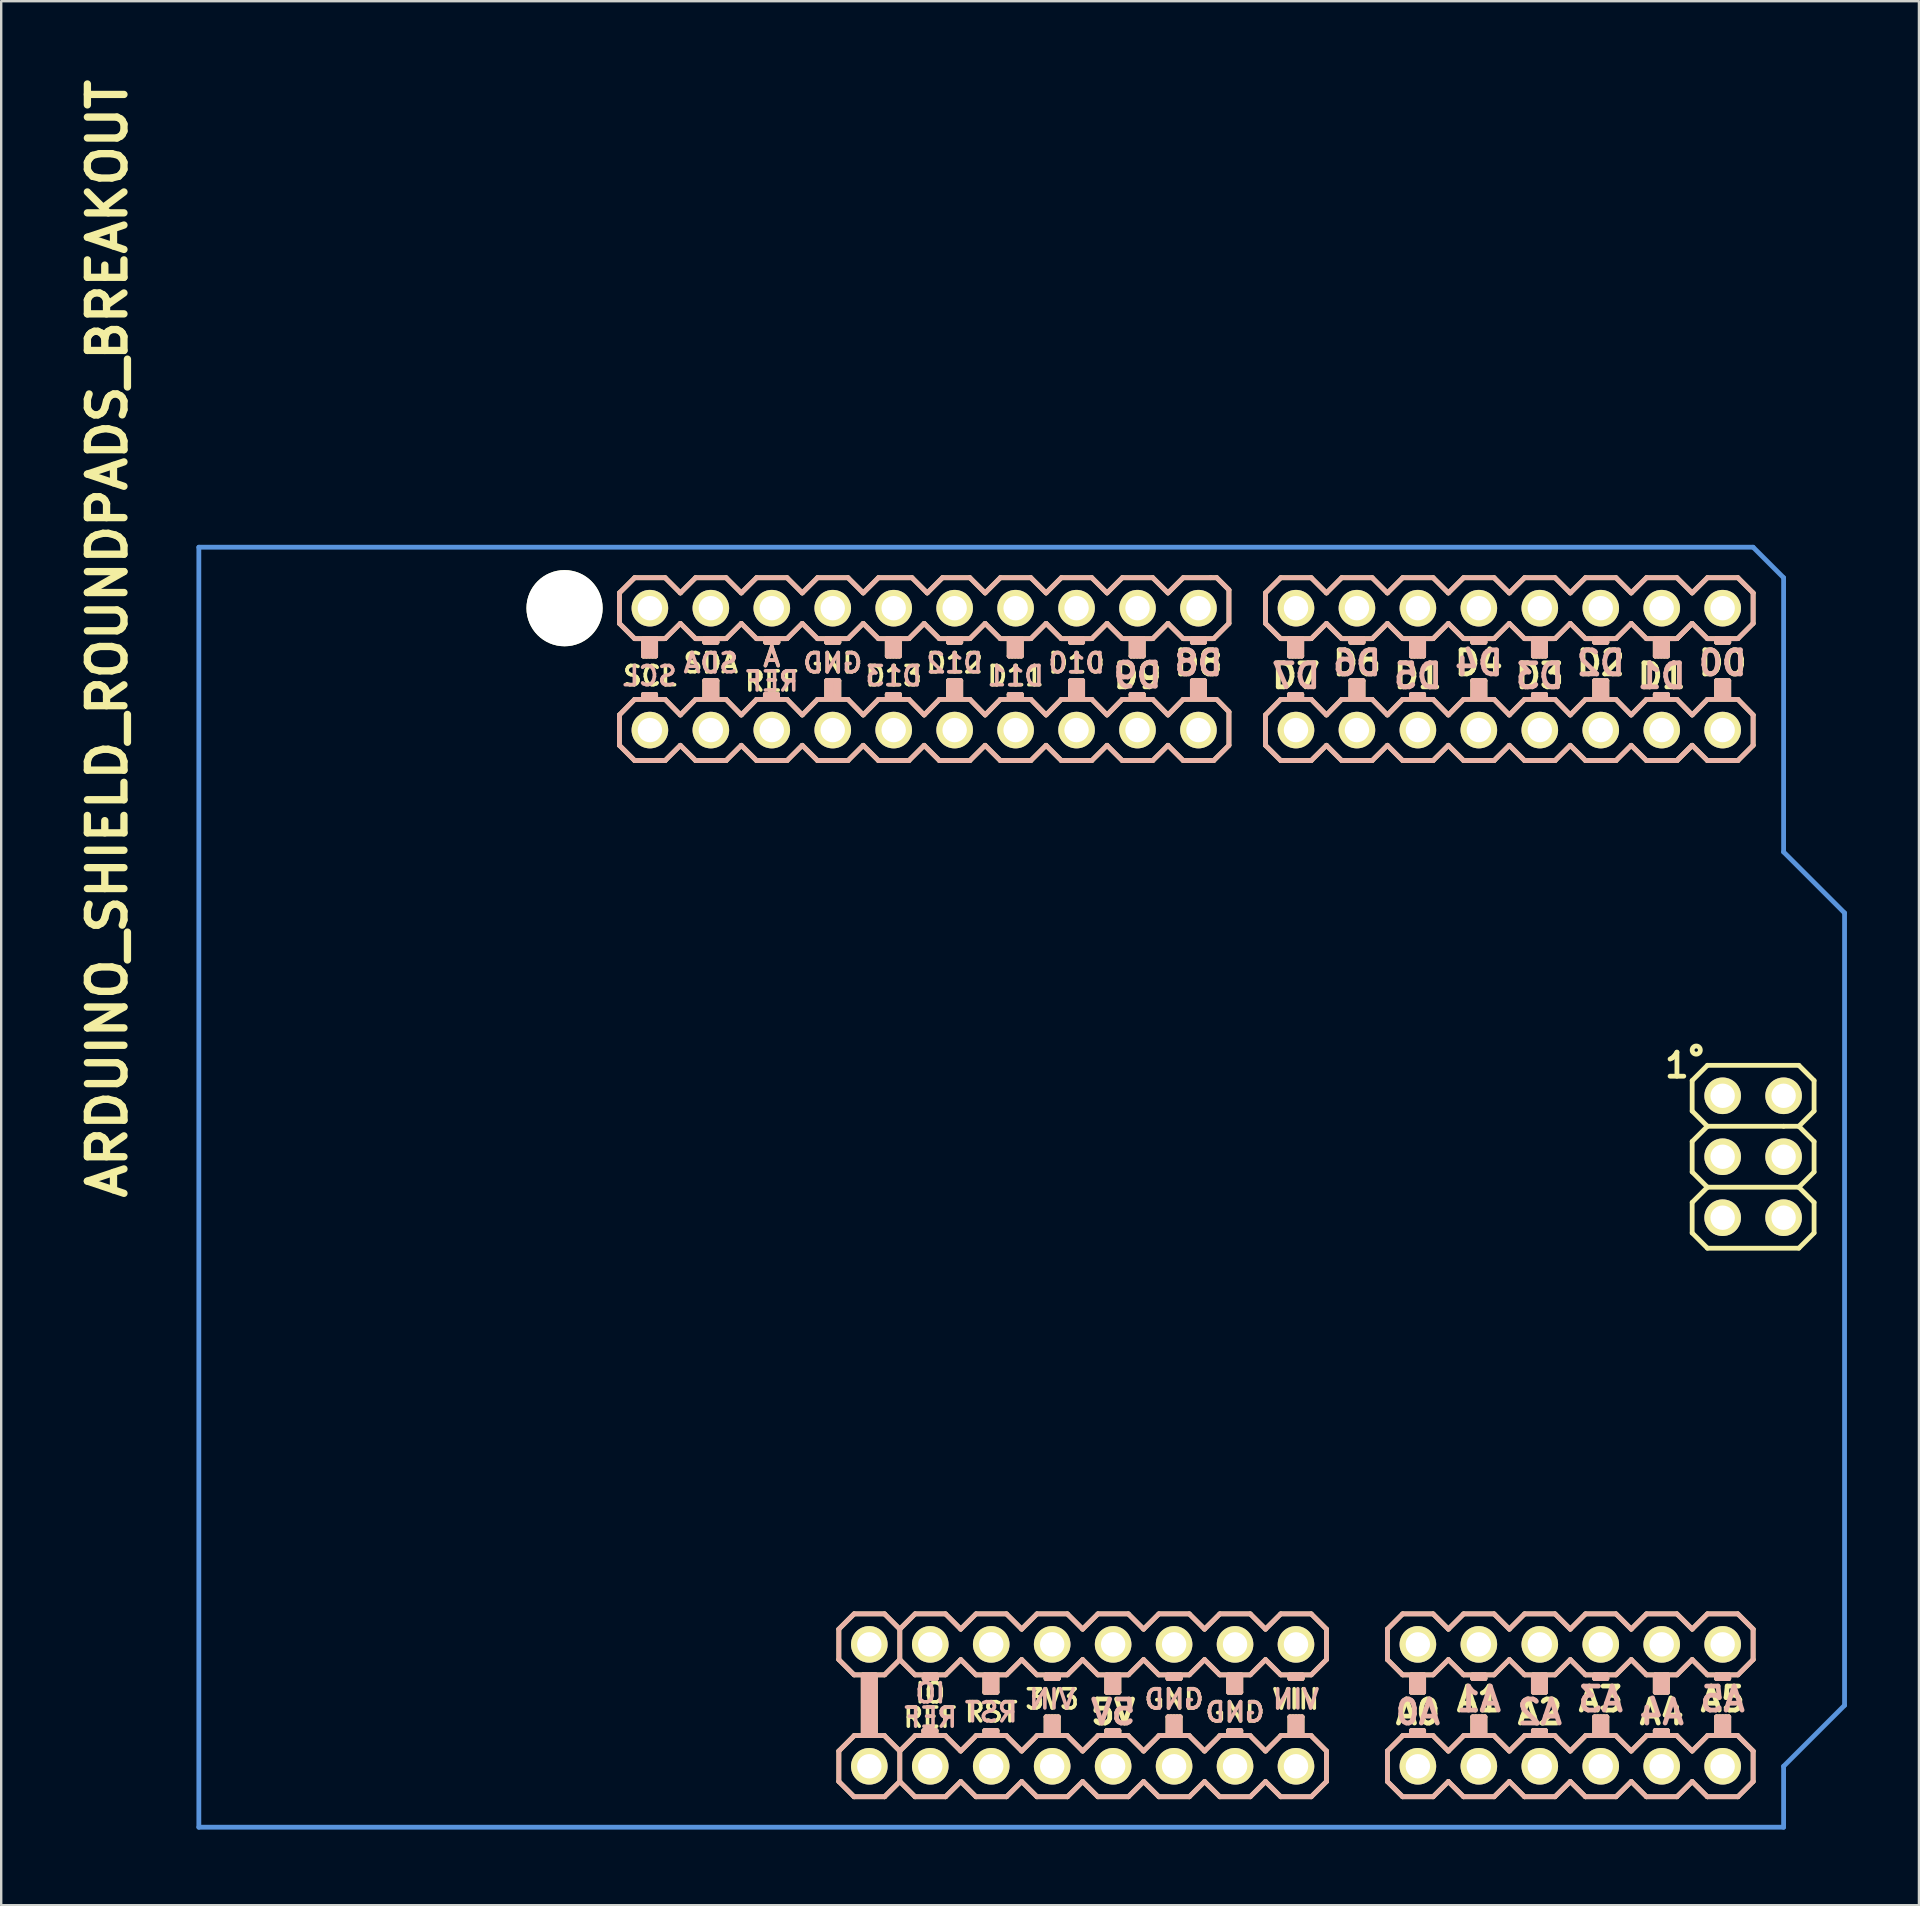
<source format=kicad_pcb>
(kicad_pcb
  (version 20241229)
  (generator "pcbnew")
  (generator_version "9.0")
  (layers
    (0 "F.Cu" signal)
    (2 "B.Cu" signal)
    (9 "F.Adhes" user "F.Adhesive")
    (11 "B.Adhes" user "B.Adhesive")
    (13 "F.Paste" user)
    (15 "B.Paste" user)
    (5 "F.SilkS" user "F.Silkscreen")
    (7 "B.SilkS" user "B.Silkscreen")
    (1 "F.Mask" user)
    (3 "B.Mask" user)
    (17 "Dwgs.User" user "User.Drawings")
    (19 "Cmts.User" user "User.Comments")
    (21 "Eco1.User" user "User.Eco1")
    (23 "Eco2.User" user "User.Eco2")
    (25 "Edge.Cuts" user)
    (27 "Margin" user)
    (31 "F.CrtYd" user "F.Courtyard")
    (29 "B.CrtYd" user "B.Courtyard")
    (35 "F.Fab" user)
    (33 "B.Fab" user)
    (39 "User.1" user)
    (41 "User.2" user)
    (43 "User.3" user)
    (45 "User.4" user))
  (footprint "ARDUINO_SHIELD_ROUNDPADS_BREAKOUT"
    (layer "F.Cu")
    (at 5.236 73.094)
    (property "Reference" "ARDUINO_SHIELD_ROUNDPADS_BREAKOUT" (at -3.81 -49.53 90) (layer "F.SilkS") (effects (font (size 1.524 1.524) (thickness 0.305))))
    (attr through_hole)
    (fp_line (start 17.526 -51.435) (end 17.526 -50.165) (stroke (width 0.2) (type solid)) (layer "F.SilkS"))
    (fp_line (start 17.526 -46.35) (end 17.526 -45.085) (stroke (width 0.2) (type solid)) (layer "F.SilkS"))
    (fp_line (start 18.161 -52.07) (end 17.526 -51.435) (stroke (width 0.2) (type solid)) (layer "F.SilkS"))
    (fp_line (start 18.161 -49.53) (end 17.526 -50.165) (stroke (width 0.2) (type solid)) (layer "F.SilkS"))
    (fp_line (start 18.161 -47) (end 17.526 -46.35) (stroke (width 0.2) (type solid)) (layer "F.SilkS"))
    (fp_line (start 18.161 -47) (end 19.431 -47) (stroke (width 0.2) (type solid)) (layer "F.SilkS"))
    (fp_line (start 18.161 -44.45) (end 17.526 -45.085) (stroke (width 0.2) (type solid)) (layer "F.SilkS"))
    (fp_line (start 18.528 -49.53) (end 18.528 -48.804) (stroke (width 0.2) (type solid)) (layer "F.SilkS"))
    (fp_line (start 18.528 -47.208) (end 18.528 -47.053) (stroke (width 0.2) (type solid)) (layer "F.SilkS"))
    (fp_line (start 18.528 -47.053) (end 18.655 -47.053) (stroke (width 0.2) (type solid)) (layer "F.SilkS"))
    (fp_line (start 18.528 -47.053) (end 19.036 -47.053) (stroke (width 0.2) (type solid)) (layer "F.SilkS"))
    (fp_line (start 18.655 -48.804) (end 18.655 -49.467) (stroke (width 0.2) (type solid)) (layer "F.SilkS"))
    (fp_line (start 18.655 -47.053) (end 18.655 -47.208) (stroke (width 0.2) (type solid)) (layer "F.SilkS"))
    (fp_line (start 18.782 -48.807) (end 18.782 -49.467) (stroke (width 0.2) (type solid)) (layer "F.SilkS"))
    (fp_line (start 18.782 -47.053) (end 18.782 -47.208) (stroke (width 0.2) (type solid)) (layer "F.SilkS"))
    (fp_line (start 18.909 -48.804) (end 18.909 -49.53) (stroke (width 0.2) (type solid)) (layer "F.SilkS"))
    (fp_line (start 18.909 -47.053) (end 18.909 -47.208) (stroke (width 0.2) (type solid)) (layer "F.SilkS"))
    (fp_line (start 19.036 -48.804) (end 18.528 -48.804) (stroke (width 0.2) (type solid)) (layer "F.SilkS"))
    (fp_line (start 19.036 -48.804) (end 19.036 -49.53) (stroke (width 0.2) (type solid)) (layer "F.SilkS"))
    (fp_line (start 19.036 -47.208) (end 18.528 -47.208) (stroke (width 0.2) (type solid)) (layer "F.SilkS"))
    (fp_line (start 19.036 -47.053) (end 19.036 -47.208) (stroke (width 0.2) (type solid)) (layer "F.SilkS"))
    (fp_line (start 19.045 -49.53) (end 18.537 -49.53) (stroke (width 0.2) (type solid)) (layer "F.SilkS"))
    (fp_line (start 19.045 -49.53) (end 18.918 -49.53) (stroke (width 0.2) (type solid)) (layer "F.SilkS"))
    (fp_line (start 19.431 -52.07) (end 18.161 -52.07) (stroke (width 0.2) (type solid)) (layer "F.SilkS"))
    (fp_line (start 19.431 -49.53) (end 18.161 -49.53) (stroke (width 0.2) (type solid)) (layer "F.SilkS"))
    (fp_line (start 19.431 -44.45) (end 18.161 -44.45) (stroke (width 0.2) (type solid)) (layer "F.SilkS"))
    (fp_line (start 20.066 -51.435) (end 19.431 -52.07) (stroke (width 0.2) (type solid)) (layer "F.SilkS"))
    (fp_line (start 20.066 -50.165) (end 19.431 -49.53) (stroke (width 0.2) (type solid)) (layer "F.SilkS"))
    (fp_line (start 20.066 -46.35) (end 19.431 -47) (stroke (width 0.2) (type solid)) (layer "F.SilkS"))
    (fp_line (start 20.066 -45.085) (end 19.431 -44.45) (stroke (width 0.2) (type solid)) (layer "F.SilkS"))
    (fp_line (start 20.701 -52.07) (end 20.066 -51.435) (stroke (width 0.2) (type solid)) (layer "F.SilkS"))
    (fp_line (start 20.701 -49.53) (end 20.066 -50.165) (stroke (width 0.2) (type solid)) (layer "F.SilkS"))
    (fp_line (start 20.701 -49.53) (end 21.971 -49.53) (stroke (width 0.2) (type solid)) (layer "F.SilkS"))
    (fp_line (start 20.701 -47) (end 20.066 -46.35) (stroke (width 0.2) (type solid)) (layer "F.SilkS"))
    (fp_line (start 20.701 -47) (end 21.971 -47) (stroke (width 0.2) (type solid)) (layer "F.SilkS"))
    (fp_line (start 20.701 -44.45) (end 20.066 -45.085) (stroke (width 0.2) (type solid)) (layer "F.SilkS"))
    (fp_line (start 21.082 -49.53) (end 21.082 -49.376) (stroke (width 0.2) (type solid)) (layer "F.SilkS"))
    (fp_line (start 21.082 -49.376) (end 21.59 -49.376) (stroke (width 0.2) (type solid)) (layer "F.SilkS"))
    (fp_line (start 21.082 -47.779) (end 21.082 -47.053) (stroke (width 0.2) (type solid)) (layer "F.SilkS"))
    (fp_line (start 21.082 -47.779) (end 21.59 -47.779) (stroke (width 0.2) (type solid)) (layer "F.SilkS"))
    (fp_line (start 21.209 -49.53) (end 21.209 -49.376) (stroke (width 0.2) (type solid)) (layer "F.SilkS"))
    (fp_line (start 21.209 -47.779) (end 21.209 -47.053) (stroke (width 0.2) (type solid)) (layer "F.SilkS"))
    (fp_line (start 21.336 -49.53) (end 21.336 -49.376) (stroke (width 0.2) (type solid)) (layer "F.SilkS"))
    (fp_line (start 21.336 -47.779) (end 21.336 -47.117) (stroke (width 0.2) (type solid)) (layer "F.SilkS"))
    (fp_line (start 21.463 -49.53) (end 21.463 -49.376) (stroke (width 0.2) (type solid)) (layer "F.SilkS"))
    (fp_line (start 21.463 -47.779) (end 21.463 -47.117) (stroke (width 0.2) (type solid)) (layer "F.SilkS"))
    (fp_line (start 21.59 -49.53) (end 21.082 -49.53) (stroke (width 0.2) (type solid)) (layer "F.SilkS"))
    (fp_line (start 21.59 -49.53) (end 21.463 -49.53) (stroke (width 0.2) (type solid)) (layer "F.SilkS"))
    (fp_line (start 21.59 -49.376) (end 21.59 -49.53) (stroke (width 0.2) (type solid)) (layer "F.SilkS"))
    (fp_line (start 21.59 -47.053) (end 21.59 -47.779) (stroke (width 0.2) (type solid)) (layer "F.SilkS"))
    (fp_line (start 21.971 -52.07) (end 20.701 -52.07) (stroke (width 0.2) (type solid)) (layer "F.SilkS"))
    (fp_line (start 21.971 -44.45) (end 20.701 -44.45) (stroke (width 0.2) (type solid)) (layer "F.SilkS"))
    (fp_line (start 22.606 -51.435) (end 21.971 -52.07) (stroke (width 0.2) (type solid)) (layer "F.SilkS"))
    (fp_line (start 22.606 -50.165) (end 21.971 -49.53) (stroke (width 0.2) (type solid)) (layer "F.SilkS"))
    (fp_line (start 22.606 -46.35) (end 21.971 -47) (stroke (width 0.2) (type solid)) (layer "F.SilkS"))
    (fp_line (start 22.606 -45.085) (end 21.971 -44.45) (stroke (width 0.2) (type solid)) (layer "F.SilkS"))
    (fp_line (start 23.241 -52.07) (end 22.606 -51.435) (stroke (width 0.2) (type solid)) (layer "F.SilkS"))
    (fp_line (start 23.241 -49.53) (end 22.606 -50.165) (stroke (width 0.2) (type solid)) (layer "F.SilkS"))
    (fp_line (start 23.241 -47) (end 22.606 -46.35) (stroke (width 0.2) (type solid)) (layer "F.SilkS"))
    (fp_line (start 23.241 -47) (end 24.511 -47) (stroke (width 0.2) (type solid)) (layer "F.SilkS"))
    (fp_line (start 23.241 -44.45) (end 22.606 -45.085) (stroke (width 0.2) (type solid)) (layer "F.SilkS"))
    (fp_line (start 23.608 -47.208) (end 23.608 -47.053) (stroke (width 0.2) (type solid)) (layer "F.SilkS"))
    (fp_line (start 23.608 -47.053) (end 23.735 -47.053) (stroke (width 0.2) (type solid)) (layer "F.SilkS"))
    (fp_line (start 23.608 -47.053) (end 24.116 -47.053) (stroke (width 0.2) (type solid)) (layer "F.SilkS"))
    (fp_line (start 23.622 -49.53) (end 23.622 -49.376) (stroke (width 0.2) (type solid)) (layer "F.SilkS"))
    (fp_line (start 23.622 -49.376) (end 24.13 -49.376) (stroke (width 0.2) (type solid)) (layer "F.SilkS"))
    (fp_line (start 23.735 -47.053) (end 23.735 -47.208) (stroke (width 0.2) (type solid)) (layer "F.SilkS"))
    (fp_line (start 23.749 -49.53) (end 23.749 -49.376) (stroke (width 0.2) (type solid)) (layer "F.SilkS"))
    (fp_line (start 23.862 -47.053) (end 23.862 -47.208) (stroke (width 0.2) (type solid)) (layer "F.SilkS"))
    (fp_line (start 23.876 -49.53) (end 23.876 -49.376) (stroke (width 0.2) (type solid)) (layer "F.SilkS"))
    (fp_line (start 23.989 -47.053) (end 23.989 -47.208) (stroke (width 0.2) (type solid)) (layer "F.SilkS"))
    (fp_line (start 24.003 -49.53) (end 24.003 -49.376) (stroke (width 0.2) (type solid)) (layer "F.SilkS"))
    (fp_line (start 24.116 -47.208) (end 23.608 -47.208) (stroke (width 0.2) (type solid)) (layer "F.SilkS"))
    (fp_line (start 24.116 -47.053) (end 24.116 -47.208) (stroke (width 0.2) (type solid)) (layer "F.SilkS"))
    (fp_line (start 24.125 -49.53) (end 23.617 -49.53) (stroke (width 0.2) (type solid)) (layer "F.SilkS"))
    (fp_line (start 24.125 -49.53) (end 23.998 -49.53) (stroke (width 0.2) (type solid)) (layer "F.SilkS"))
    (fp_line (start 24.13 -49.53) (end 23.622 -49.53) (stroke (width 0.2) (type solid)) (layer "F.SilkS"))
    (fp_line (start 24.13 -49.53) (end 24.003 -49.53) (stroke (width 0.2) (type solid)) (layer "F.SilkS"))
    (fp_line (start 24.13 -49.376) (end 24.13 -49.53) (stroke (width 0.2) (type solid)) (layer "F.SilkS"))
    (fp_line (start 24.511 -52.07) (end 23.241 -52.07) (stroke (width 0.2) (type solid)) (layer "F.SilkS"))
    (fp_line (start 24.511 -49.53) (end 23.241 -49.53) (stroke (width 0.2) (type solid)) (layer "F.SilkS"))
    (fp_line (start 24.511 -44.45) (end 23.241 -44.45) (stroke (width 0.2) (type solid)) (layer "F.SilkS"))
    (fp_line (start 25.146 -51.435) (end 24.511 -52.07) (stroke (width 0.2) (type solid)) (layer "F.SilkS"))
    (fp_line (start 25.146 -50.165) (end 24.511 -49.53) (stroke (width 0.2) (type solid)) (layer "F.SilkS"))
    (fp_line (start 25.146 -46.35) (end 24.511 -47) (stroke (width 0.2) (type solid)) (layer "F.SilkS"))
    (fp_line (start 25.146 -45.085) (end 24.511 -44.45) (stroke (width 0.2) (type solid)) (layer "F.SilkS"))
    (fp_line (start 25.781 -52.07) (end 25.146 -51.435) (stroke (width 0.2) (type solid)) (layer "F.SilkS"))
    (fp_line (start 25.781 -49.53) (end 25.146 -50.165) (stroke (width 0.2) (type solid)) (layer "F.SilkS"))
    (fp_line (start 25.781 -49.53) (end 27.051 -49.53) (stroke (width 0.2) (type solid)) (layer "F.SilkS"))
    (fp_line (start 25.781 -47) (end 25.146 -46.35) (stroke (width 0.2) (type solid)) (layer "F.SilkS"))
    (fp_line (start 25.781 -47) (end 27.051 -47) (stroke (width 0.2) (type solid)) (layer "F.SilkS"))
    (fp_line (start 25.781 -44.45) (end 25.146 -45.085) (stroke (width 0.2) (type solid)) (layer "F.SilkS"))
    (fp_line (start 26.162 -49.53) (end 26.162 -49.376) (stroke (width 0.2) (type solid)) (layer "F.SilkS"))
    (fp_line (start 26.162 -49.376) (end 26.67 -49.376) (stroke (width 0.2) (type solid)) (layer "F.SilkS"))
    (fp_line (start 26.162 -47.779) (end 26.162 -47.053) (stroke (width 0.2) (type solid)) (layer "F.SilkS"))
    (fp_line (start 26.162 -47.779) (end 26.67 -47.779) (stroke (width 0.2) (type solid)) (layer "F.SilkS"))
    (fp_line (start 26.289 -49.53) (end 26.289 -49.376) (stroke (width 0.2) (type solid)) (layer "F.SilkS"))
    (fp_line (start 26.289 -47.779) (end 26.289 -47.053) (stroke (width 0.2) (type solid)) (layer "F.SilkS"))
    (fp_line (start 26.416 -49.53) (end 26.416 -49.376) (stroke (width 0.2) (type solid)) (layer "F.SilkS"))
    (fp_line (start 26.416 -47.779) (end 26.416 -47.117) (stroke (width 0.2) (type solid)) (layer "F.SilkS"))
    (fp_line (start 26.543 -49.53) (end 26.543 -49.376) (stroke (width 0.2) (type solid)) (layer "F.SilkS"))
    (fp_line (start 26.543 -47.779) (end 26.543 -47.117) (stroke (width 0.2) (type solid)) (layer "F.SilkS"))
    (fp_line (start 26.67 -49.53) (end 26.162 -49.53) (stroke (width 0.2) (type solid)) (layer "F.SilkS"))
    (fp_line (start 26.67 -49.53) (end 26.543 -49.53) (stroke (width 0.2) (type solid)) (layer "F.SilkS"))
    (fp_line (start 26.67 -49.376) (end 26.67 -49.53) (stroke (width 0.2) (type solid)) (layer "F.SilkS"))
    (fp_line (start 26.67 -47.053) (end 26.67 -47.779) (stroke (width 0.2) (type solid)) (layer "F.SilkS"))
    (fp_line (start 26.67 -8.255) (end 27.305 -8.89) (stroke (width 0.2) (type solid)) (layer "F.SilkS"))
    (fp_line (start 26.67 -6.985) (end 26.67 -8.255) (stroke (width 0.2) (type solid)) (layer "F.SilkS"))
    (fp_line (start 26.67 -3.175) (end 27.305 -3.81) (stroke (width 0.2) (type solid)) (layer "F.SilkS"))
    (fp_line (start 26.67 -1.905) (end 26.67 -3.175) (stroke (width 0.2) (type solid)) (layer "F.SilkS"))
    (fp_line (start 27.051 -52.07) (end 25.781 -52.07) (stroke (width 0.2) (type solid)) (layer "F.SilkS"))
    (fp_line (start 27.051 -44.45) (end 25.781 -44.45) (stroke (width 0.2) (type solid)) (layer "F.SilkS"))
    (fp_line (start 27.305 -8.89) (end 28.575 -8.89) (stroke (width 0.2) (type solid)) (layer "F.SilkS"))
    (fp_line (start 27.305 -6.35) (end 26.67 -6.985) (stroke (width 0.2) (type solid)) (layer "F.SilkS"))
    (fp_line (start 27.305 -3.82) (end 28.575 -3.82) (stroke (width 0.2) (type solid)) (layer "F.SilkS"))
    (fp_line (start 27.305 -1.27) (end 26.67 -1.905) (stroke (width 0.2) (type solid)) (layer "F.SilkS"))
    (fp_line (start 27.686 -51.435) (end 27.051 -52.07) (stroke (width 0.2) (type solid)) (layer "F.SilkS"))
    (fp_line (start 27.686 -50.165) (end 27.051 -49.53) (stroke (width 0.2) (type solid)) (layer "F.SilkS"))
    (fp_line (start 27.686 -46.35) (end 27.051 -47) (stroke (width 0.2) (type solid)) (layer "F.SilkS"))
    (fp_line (start 27.686 -45.085) (end 27.051 -44.45) (stroke (width 0.2) (type solid)) (layer "F.SilkS"))
    (fp_line (start 27.686 -6.35) (end 27.686 -3.873) (stroke (width 0.2) (type solid)) (layer "F.SilkS"))
    (fp_line (start 27.813 -6.287) (end 27.813 -3.873) (stroke (width 0.2) (type solid)) (layer "F.SilkS"))
    (fp_line (start 27.94 -6.287) (end 27.813 -6.287) (stroke (width 0.2) (type solid)) (layer "F.SilkS"))
    (fp_line (start 27.94 -3.873) (end 27.94 -6.287) (stroke (width 0.2) (type solid)) (layer "F.SilkS"))
    (fp_line (start 28.067 -6.35) (end 28.067 -3.873) (stroke (width 0.2) (type solid)) (layer "F.SilkS"))
    (fp_line (start 28.067 -3.873) (end 27.94 -3.873) (stroke (width 0.2) (type solid)) (layer "F.SilkS"))
    (fp_line (start 28.189 -6.35) (end 27.681 -6.35) (stroke (width 0.2) (type solid)) (layer "F.SilkS"))
    (fp_line (start 28.189 -6.35) (end 28.062 -6.35) (stroke (width 0.2) (type solid)) (layer "F.SilkS"))
    (fp_line (start 28.194 -6.35) (end 28.194 -3.873) (stroke (width 0.2) (type solid)) (layer "F.SilkS"))
    (fp_line (start 28.321 -52.07) (end 27.686 -51.435) (stroke (width 0.2) (type solid)) (layer "F.SilkS"))
    (fp_line (start 28.321 -49.53) (end 27.686 -50.165) (stroke (width 0.2) (type solid)) (layer "F.SilkS"))
    (fp_line (start 28.321 -47) (end 27.686 -46.35) (stroke (width 0.2) (type solid)) (layer "F.SilkS"))
    (fp_line (start 28.321 -47) (end 29.591 -47) (stroke (width 0.2) (type solid)) (layer "F.SilkS"))
    (fp_line (start 28.321 -44.45) (end 27.686 -45.085) (stroke (width 0.2) (type solid)) (layer "F.SilkS"))
    (fp_line (start 28.448 -44.45) (end 28.321 -44.45) (stroke (width 0.2) (type solid)) (layer "F.SilkS"))
    (fp_line (start 28.575 -8.89) (end 29.21 -8.255) (stroke (width 0.2) (type solid)) (layer "F.SilkS"))
    (fp_line (start 28.575 -6.35) (end 27.305 -6.35) (stroke (width 0.2) (type solid)) (layer "F.SilkS"))
    (fp_line (start 28.575 -3.81) (end 29.21 -3.175) (stroke (width 0.2) (type solid)) (layer "F.SilkS"))
    (fp_line (start 28.575 -1.27) (end 27.305 -1.27) (stroke (width 0.2) (type solid)) (layer "F.SilkS"))
    (fp_line (start 28.688 -49.53) (end 28.688 -48.804) (stroke (width 0.2) (type solid)) (layer "F.SilkS"))
    (fp_line (start 28.688 -47.208) (end 28.688 -47.053) (stroke (width 0.2) (type solid)) (layer "F.SilkS"))
    (fp_line (start 28.688 -47.053) (end 28.815 -47.053) (stroke (width 0.2) (type solid)) (layer "F.SilkS"))
    (fp_line (start 28.688 -47.053) (end 29.196 -47.053) (stroke (width 0.2) (type solid)) (layer "F.SilkS"))
    (fp_line (start 28.815 -48.804) (end 28.815 -49.467) (stroke (width 0.2) (type solid)) (layer "F.SilkS"))
    (fp_line (start 28.815 -47.053) (end 28.815 -47.208) (stroke (width 0.2) (type solid)) (layer "F.SilkS"))
    (fp_line (start 28.942 -48.807) (end 28.942 -49.467) (stroke (width 0.2) (type solid)) (layer "F.SilkS"))
    (fp_line (start 28.942 -47.053) (end 28.942 -47.208) (stroke (width 0.2) (type solid)) (layer "F.SilkS"))
    (fp_line (start 29.069 -48.804) (end 29.069 -49.53) (stroke (width 0.2) (type solid)) (layer "F.SilkS"))
    (fp_line (start 29.069 -47.053) (end 29.069 -47.208) (stroke (width 0.2) (type solid)) (layer "F.SilkS"))
    (fp_line (start 29.196 -48.804) (end 28.688 -48.804) (stroke (width 0.2) (type solid)) (layer "F.SilkS"))
    (fp_line (start 29.196 -48.804) (end 29.196 -49.53) (stroke (width 0.2) (type solid)) (layer "F.SilkS"))
    (fp_line (start 29.196 -47.208) (end 28.688 -47.208) (stroke (width 0.2) (type solid)) (layer "F.SilkS"))
    (fp_line (start 29.196 -47.053) (end 29.196 -47.208) (stroke (width 0.2) (type solid)) (layer "F.SilkS"))
    (fp_line (start 29.205 -49.53) (end 28.697 -49.53) (stroke (width 0.2) (type solid)) (layer "F.SilkS"))
    (fp_line (start 29.205 -49.53) (end 29.078 -49.53) (stroke (width 0.2) (type solid)) (layer "F.SilkS"))
    (fp_line (start 29.21 -8.255) (end 29.21 -6.985) (stroke (width 0.2) (type solid)) (layer "F.SilkS"))
    (fp_line (start 29.21 -8.255) (end 29.845 -8.89) (stroke (width 0.2) (type solid)) (layer "F.SilkS"))
    (fp_line (start 29.21 -6.985) (end 28.575 -6.35) (stroke (width 0.2) (type solid)) (layer "F.SilkS"))
    (fp_line (start 29.21 -3.175) (end 29.21 -1.905) (stroke (width 0.2) (type solid)) (layer "F.SilkS"))
    (fp_line (start 29.21 -3.175) (end 29.845 -3.81) (stroke (width 0.2) (type solid)) (layer "F.SilkS"))
    (fp_line (start 29.21 -1.905) (end 28.575 -1.27) (stroke (width 0.2) (type solid)) (layer "F.SilkS"))
    (fp_line (start 29.591 -49.53) (end 28.321 -49.53) (stroke (width 0.2) (type solid)) (layer "F.SilkS"))
    (fp_line (start 29.591 -44.45) (end 28.448 -44.45) (stroke (width 0.2) (type solid)) (layer "F.SilkS"))
    (fp_line (start 29.718 -52.07) (end 28.321 -52.07) (stroke (width 0.2) (type solid)) (layer "F.SilkS"))
    (fp_line (start 29.845 -8.89) (end 31.115 -8.89) (stroke (width 0.2) (type solid)) (layer "F.SilkS"))
    (fp_line (start 29.845 -6.35) (end 29.21 -6.985) (stroke (width 0.2) (type solid)) (layer "F.SilkS"))
    (fp_line (start 29.845 -6.35) (end 31.115 -6.35) (stroke (width 0.2) (type solid)) (layer "F.SilkS"))
    (fp_line (start 29.845 -3.82) (end 31.115 -3.82) (stroke (width 0.2) (type solid)) (layer "F.SilkS"))
    (fp_line (start 29.845 -1.27) (end 29.21 -1.905) (stroke (width 0.2) (type solid)) (layer "F.SilkS"))
    (fp_line (start 30.212 -4.027) (end 30.212 -3.873) (stroke (width 0.2) (type solid)) (layer "F.SilkS"))
    (fp_line (start 30.212 -3.873) (end 30.339 -3.873) (stroke (width 0.2) (type solid)) (layer "F.SilkS"))
    (fp_line (start 30.212 -3.873) (end 30.72 -3.873) (stroke (width 0.2) (type solid)) (layer "F.SilkS"))
    (fp_line (start 30.226 -50.165) (end 29.591 -49.53) (stroke (width 0.2) (type solid)) (layer "F.SilkS"))
    (fp_line (start 30.226 -46.35) (end 29.591 -47) (stroke (width 0.2) (type solid)) (layer "F.SilkS"))
    (fp_line (start 30.226 -45.085) (end 29.591 -44.45) (stroke (width 0.2) (type solid)) (layer "F.SilkS"))
    (fp_line (start 30.226 -6.35) (end 30.226 -6.196) (stroke (width 0.2) (type solid)) (layer "F.SilkS"))
    (fp_line (start 30.226 -6.196) (end 30.734 -6.196) (stroke (width 0.2) (type solid)) (layer "F.SilkS"))
    (fp_line (start 30.339 -3.873) (end 30.339 -4.027) (stroke (width 0.2) (type solid)) (layer "F.SilkS"))
    (fp_line (start 30.353 -51.435) (end 29.718 -52.07) (stroke (width 0.2) (type solid)) (layer "F.SilkS"))
    (fp_line (start 30.353 -6.35) (end 30.353 -6.196) (stroke (width 0.2) (type solid)) (layer "F.SilkS"))
    (fp_line (start 30.466 -3.873) (end 30.466 -4.027) (stroke (width 0.2) (type solid)) (layer "F.SilkS"))
    (fp_line (start 30.48 -6.35) (end 30.48 -6.196) (stroke (width 0.2) (type solid)) (layer "F.SilkS"))
    (fp_line (start 30.593 -3.873) (end 30.593 -4.027) (stroke (width 0.2) (type solid)) (layer "F.SilkS"))
    (fp_line (start 30.607 -6.35) (end 30.607 -6.196) (stroke (width 0.2) (type solid)) (layer "F.SilkS"))
    (fp_line (start 30.72 -4.027) (end 30.212 -4.027) (stroke (width 0.2) (type solid)) (layer "F.SilkS"))
    (fp_line (start 30.72 -3.873) (end 30.72 -4.027) (stroke (width 0.2) (type solid)) (layer "F.SilkS"))
    (fp_line (start 30.734 -6.35) (end 30.226 -6.35) (stroke (width 0.2) (type solid)) (layer "F.SilkS"))
    (fp_line (start 30.734 -6.35) (end 30.607 -6.35) (stroke (width 0.2) (type solid)) (layer "F.SilkS"))
    (fp_line (start 30.734 -6.196) (end 30.734 -6.35) (stroke (width 0.2) (type solid)) (layer "F.SilkS"))
    (fp_line (start 30.861 -49.53) (end 30.226 -50.165) (stroke (width 0.2) (type solid)) (layer "F.SilkS"))
    (fp_line (start 30.861 -49.53) (end 32.131 -49.53) (stroke (width 0.2) (type solid)) (layer "F.SilkS"))
    (fp_line (start 30.861 -47) (end 30.226 -46.35) (stroke (width 0.2) (type solid)) (layer "F.SilkS"))
    (fp_line (start 30.861 -47) (end 32.131 -47) (stroke (width 0.2) (type solid)) (layer "F.SilkS"))
    (fp_line (start 30.861 -44.45) (end 30.226 -45.085) (stroke (width 0.2) (type solid)) (layer "F.SilkS"))
    (fp_line (start 30.988 -52.07) (end 30.353 -51.435) (stroke (width 0.2) (type solid)) (layer "F.SilkS"))
    (fp_line (start 31.115 -8.89) (end 31.75 -8.255) (stroke (width 0.2) (type solid)) (layer "F.SilkS"))
    (fp_line (start 31.115 -3.81) (end 31.75 -3.175) (stroke (width 0.2) (type solid)) (layer "F.SilkS"))
    (fp_line (start 31.115 -1.27) (end 29.845 -1.27) (stroke (width 0.2) (type solid)) (layer "F.SilkS"))
    (fp_line (start 31.242 -49.53) (end 31.242 -49.376) (stroke (width 0.2) (type solid)) (layer "F.SilkS"))
    (fp_line (start 31.242 -49.376) (end 31.75 -49.376) (stroke (width 0.2) (type solid)) (layer "F.SilkS"))
    (fp_line (start 31.242 -47.779) (end 31.242 -47.053) (stroke (width 0.2) (type solid)) (layer "F.SilkS"))
    (fp_line (start 31.242 -47.779) (end 31.75 -47.779) (stroke (width 0.2) (type solid)) (layer "F.SilkS"))
    (fp_line (start 31.369 -49.53) (end 31.369 -49.376) (stroke (width 0.2) (type solid)) (layer "F.SilkS"))
    (fp_line (start 31.369 -47.779) (end 31.369 -47.053) (stroke (width 0.2) (type solid)) (layer "F.SilkS"))
    (fp_line (start 31.496 -49.53) (end 31.496 -49.376) (stroke (width 0.2) (type solid)) (layer "F.SilkS"))
    (fp_line (start 31.496 -47.779) (end 31.496 -47.117) (stroke (width 0.2) (type solid)) (layer "F.SilkS"))
    (fp_line (start 31.623 -49.53) (end 31.623 -49.376) (stroke (width 0.2) (type solid)) (layer "F.SilkS"))
    (fp_line (start 31.623 -47.779) (end 31.623 -47.117) (stroke (width 0.2) (type solid)) (layer "F.SilkS"))
    (fp_line (start 31.75 -49.53) (end 31.242 -49.53) (stroke (width 0.2) (type solid)) (layer "F.SilkS"))
    (fp_line (start 31.75 -49.53) (end 31.623 -49.53) (stroke (width 0.2) (type solid)) (layer "F.SilkS"))
    (fp_line (start 31.75 -49.376) (end 31.75 -49.53) (stroke (width 0.2) (type solid)) (layer "F.SilkS"))
    (fp_line (start 31.75 -47.053) (end 31.75 -47.779) (stroke (width 0.2) (type solid)) (layer "F.SilkS"))
    (fp_line (start 31.75 -8.255) (end 32.385 -8.89) (stroke (width 0.2) (type solid)) (layer "F.SilkS"))
    (fp_line (start 31.75 -6.985) (end 31.115 -6.35) (stroke (width 0.2) (type solid)) (layer "F.SilkS"))
    (fp_line (start 31.75 -3.175) (end 32.385 -3.81) (stroke (width 0.2) (type solid)) (layer "F.SilkS"))
    (fp_line (start 31.75 -1.905) (end 31.115 -1.27) (stroke (width 0.2) (type solid)) (layer "F.SilkS"))
    (fp_line (start 32.131 -52.07) (end 30.988 -52.07) (stroke (width 0.2) (type solid)) (layer "F.SilkS"))
    (fp_line (start 32.131 -44.45) (end 30.861 -44.45) (stroke (width 0.2) (type solid)) (layer "F.SilkS"))
    (fp_line (start 32.385 -8.89) (end 33.655 -8.89) (stroke (width 0.2) (type solid)) (layer "F.SilkS"))
    (fp_line (start 32.385 -6.35) (end 31.75 -6.985) (stroke (width 0.2) (type solid)) (layer "F.SilkS"))
    (fp_line (start 32.385 -3.82) (end 33.655 -3.82) (stroke (width 0.2) (type solid)) (layer "F.SilkS"))
    (fp_line (start 32.385 -1.27) (end 31.75 -1.905) (stroke (width 0.2) (type solid)) (layer "F.SilkS"))
    (fp_line (start 32.385 -1.27) (end 33.655 -1.27) (stroke (width 0.2) (type solid)) (layer "F.SilkS"))
    (fp_line (start 32.752 -6.35) (end 32.752 -5.625) (stroke (width 0.2) (type solid)) (layer "F.SilkS"))
    (fp_line (start 32.752 -4.027) (end 32.752 -3.873) (stroke (width 0.2) (type solid)) (layer "F.SilkS"))
    (fp_line (start 32.752 -3.873) (end 32.879 -3.873) (stroke (width 0.2) (type solid)) (layer "F.SilkS"))
    (fp_line (start 32.752 -3.873) (end 33.26 -3.873) (stroke (width 0.2) (type solid)) (layer "F.SilkS"))
    (fp_line (start 32.766 -51.435) (end 32.131 -52.07) (stroke (width 0.2) (type solid)) (layer "F.SilkS"))
    (fp_line (start 32.766 -50.165) (end 32.131 -49.53) (stroke (width 0.2) (type solid)) (layer "F.SilkS"))
    (fp_line (start 32.766 -46.35) (end 32.131 -47) (stroke (width 0.2) (type solid)) (layer "F.SilkS"))
    (fp_line (start 32.766 -45.085) (end 32.131 -44.45) (stroke (width 0.2) (type solid)) (layer "F.SilkS"))
    (fp_line (start 32.879 -5.625) (end 32.879 -6.287) (stroke (width 0.2) (type solid)) (layer "F.SilkS"))
    (fp_line (start 32.879 -3.873) (end 32.879 -4.027) (stroke (width 0.2) (type solid)) (layer "F.SilkS"))
    (fp_line (start 33.006 -5.628) (end 33.006 -6.287) (stroke (width 0.2) (type solid)) (layer "F.SilkS"))
    (fp_line (start 33.006 -3.873) (end 33.006 -4.027) (stroke (width 0.2) (type solid)) (layer "F.SilkS"))
    (fp_line (start 33.133 -5.625) (end 33.133 -6.35) (stroke (width 0.2) (type solid)) (layer "F.SilkS"))
    (fp_line (start 33.133 -3.873) (end 33.133 -4.027) (stroke (width 0.2) (type solid)) (layer "F.SilkS"))
    (fp_line (start 33.26 -5.625) (end 32.752 -5.625) (stroke (width 0.2) (type solid)) (layer "F.SilkS"))
    (fp_line (start 33.26 -5.625) (end 33.26 -6.35) (stroke (width 0.2) (type solid)) (layer "F.SilkS"))
    (fp_line (start 33.26 -4.027) (end 32.752 -4.027) (stroke (width 0.2) (type solid)) (layer "F.SilkS"))
    (fp_line (start 33.26 -3.873) (end 33.26 -4.027) (stroke (width 0.2) (type solid)) (layer "F.SilkS"))
    (fp_line (start 33.269 -6.35) (end 32.761 -6.35) (stroke (width 0.2) (type solid)) (layer "F.SilkS"))
    (fp_line (start 33.269 -6.35) (end 33.142 -6.35) (stroke (width 0.2) (type solid)) (layer "F.SilkS"))
    (fp_line (start 33.401 -52.07) (end 32.766 -51.435) (stroke (width 0.2) (type solid)) (layer "F.SilkS"))
    (fp_line (start 33.401 -49.53) (end 32.766 -50.165) (stroke (width 0.2) (type solid)) (layer "F.SilkS"))
    (fp_line (start 33.401 -47) (end 32.766 -46.35) (stroke (width 0.2) (type solid)) (layer "F.SilkS"))
    (fp_line (start 33.401 -47) (end 34.671 -47) (stroke (width 0.2) (type solid)) (layer "F.SilkS"))
    (fp_line (start 33.401 -44.45) (end 32.766 -45.085) (stroke (width 0.2) (type solid)) (layer "F.SilkS"))
    (fp_line (start 33.655 -8.89) (end 34.29 -8.255) (stroke (width 0.2) (type solid)) (layer "F.SilkS"))
    (fp_line (start 33.655 -6.35) (end 32.385 -6.35) (stroke (width 0.2) (type solid)) (layer "F.SilkS"))
    (fp_line (start 33.655 -3.81) (end 34.29 -3.175) (stroke (width 0.2) (type solid)) (layer "F.SilkS"))
    (fp_line (start 33.768 -49.53) (end 33.768 -48.804) (stroke (width 0.2) (type solid)) (layer "F.SilkS"))
    (fp_line (start 33.768 -47.208) (end 33.768 -47.053) (stroke (width 0.2) (type solid)) (layer "F.SilkS"))
    (fp_line (start 33.768 -47.053) (end 33.895 -47.053) (stroke (width 0.2) (type solid)) (layer "F.SilkS"))
    (fp_line (start 33.768 -47.053) (end 34.276 -47.053) (stroke (width 0.2) (type solid)) (layer "F.SilkS"))
    (fp_line (start 33.895 -48.804) (end 33.895 -49.467) (stroke (width 0.2) (type solid)) (layer "F.SilkS"))
    (fp_line (start 33.895 -47.053) (end 33.895 -47.208) (stroke (width 0.2) (type solid)) (layer "F.SilkS"))
    (fp_line (start 34.022 -48.807) (end 34.022 -49.467) (stroke (width 0.2) (type solid)) (layer "F.SilkS"))
    (fp_line (start 34.022 -47.053) (end 34.022 -47.208) (stroke (width 0.2) (type solid)) (layer "F.SilkS"))
    (fp_line (start 34.149 -48.804) (end 34.149 -49.53) (stroke (width 0.2) (type solid)) (layer "F.SilkS"))
    (fp_line (start 34.149 -47.053) (end 34.149 -47.208) (stroke (width 0.2) (type solid)) (layer "F.SilkS"))
    (fp_line (start 34.276 -48.804) (end 33.768 -48.804) (stroke (width 0.2) (type solid)) (layer "F.SilkS"))
    (fp_line (start 34.276 -48.804) (end 34.276 -49.53) (stroke (width 0.2) (type solid)) (layer "F.SilkS"))
    (fp_line (start 34.276 -47.208) (end 33.768 -47.208) (stroke (width 0.2) (type solid)) (layer "F.SilkS"))
    (fp_line (start 34.276 -47.053) (end 34.276 -47.208) (stroke (width 0.2) (type solid)) (layer "F.SilkS"))
    (fp_line (start 34.285 -49.53) (end 33.777 -49.53) (stroke (width 0.2) (type solid)) (layer "F.SilkS"))
    (fp_line (start 34.285 -49.53) (end 34.158 -49.53) (stroke (width 0.2) (type solid)) (layer "F.SilkS"))
    (fp_line (start 34.29 -8.255) (end 34.925 -8.89) (stroke (width 0.2) (type solid)) (layer "F.SilkS"))
    (fp_line (start 34.29 -6.985) (end 33.655 -6.35) (stroke (width 0.2) (type solid)) (layer "F.SilkS"))
    (fp_line (start 34.29 -3.175) (end 34.925 -3.81) (stroke (width 0.2) (type solid)) (layer "F.SilkS"))
    (fp_line (start 34.29 -1.905) (end 33.655 -1.27) (stroke (width 0.2) (type solid)) (layer "F.SilkS"))
    (fp_line (start 34.671 -52.07) (end 33.401 -52.07) (stroke (width 0.2) (type solid)) (layer "F.SilkS"))
    (fp_line (start 34.671 -49.53) (end 33.401 -49.53) (stroke (width 0.2) (type solid)) (layer "F.SilkS"))
    (fp_line (start 34.671 -44.45) (end 33.401 -44.45) (stroke (width 0.2) (type solid)) (layer "F.SilkS"))
    (fp_line (start 34.925 -8.89) (end 36.195 -8.89) (stroke (width 0.2) (type solid)) (layer "F.SilkS"))
    (fp_line (start 34.925 -6.35) (end 34.29 -6.985) (stroke (width 0.2) (type solid)) (layer "F.SilkS"))
    (fp_line (start 34.925 -6.35) (end 36.195 -6.35) (stroke (width 0.2) (type solid)) (layer "F.SilkS"))
    (fp_line (start 34.925 -3.82) (end 36.195 -3.82) (stroke (width 0.2) (type solid)) (layer "F.SilkS"))
    (fp_line (start 34.925 -1.27) (end 34.29 -1.905) (stroke (width 0.2) (type solid)) (layer "F.SilkS"))
    (fp_line (start 35.306 -51.435) (end 34.671 -52.07) (stroke (width 0.2) (type solid)) (layer "F.SilkS"))
    (fp_line (start 35.306 -50.165) (end 34.671 -49.53) (stroke (width 0.2) (type solid)) (layer "F.SilkS"))
    (fp_line (start 35.306 -46.35) (end 34.671 -47) (stroke (width 0.2) (type solid)) (layer "F.SilkS"))
    (fp_line (start 35.306 -45.085) (end 34.671 -44.45) (stroke (width 0.2) (type solid)) (layer "F.SilkS"))
    (fp_line (start 35.306 -6.35) (end 35.306 -6.196) (stroke (width 0.2) (type solid)) (layer "F.SilkS"))
    (fp_line (start 35.306 -6.196) (end 35.814 -6.196) (stroke (width 0.2) (type solid)) (layer "F.SilkS"))
    (fp_line (start 35.306 -4.599) (end 35.306 -3.873) (stroke (width 0.2) (type solid)) (layer "F.SilkS"))
    (fp_line (start 35.306 -4.599) (end 35.814 -4.599) (stroke (width 0.2) (type solid)) (layer "F.SilkS"))
    (fp_line (start 35.433 -6.35) (end 35.433 -6.196) (stroke (width 0.2) (type solid)) (layer "F.SilkS"))
    (fp_line (start 35.433 -4.599) (end 35.433 -3.873) (stroke (width 0.2) (type solid)) (layer "F.SilkS"))
    (fp_line (start 35.56 -6.35) (end 35.56 -6.196) (stroke (width 0.2) (type solid)) (layer "F.SilkS"))
    (fp_line (start 35.56 -4.599) (end 35.56 -3.937) (stroke (width 0.2) (type solid)) (layer "F.SilkS"))
    (fp_line (start 35.687 -6.35) (end 35.687 -6.196) (stroke (width 0.2) (type solid)) (layer "F.SilkS"))
    (fp_line (start 35.687 -4.599) (end 35.687 -3.937) (stroke (width 0.2) (type solid)) (layer "F.SilkS"))
    (fp_line (start 35.814 -6.35) (end 35.306 -6.35) (stroke (width 0.2) (type solid)) (layer "F.SilkS"))
    (fp_line (start 35.814 -6.35) (end 35.687 -6.35) (stroke (width 0.2) (type solid)) (layer "F.SilkS"))
    (fp_line (start 35.814 -6.196) (end 35.814 -6.35) (stroke (width 0.2) (type solid)) (layer "F.SilkS"))
    (fp_line (start 35.814 -3.873) (end 35.814 -4.599) (stroke (width 0.2) (type solid)) (layer "F.SilkS"))
    (fp_line (start 35.941 -52.07) (end 35.306 -51.435) (stroke (width 0.2) (type solid)) (layer "F.SilkS"))
    (fp_line (start 35.941 -49.53) (end 35.306 -50.165) (stroke (width 0.2) (type solid)) (layer "F.SilkS"))
    (fp_line (start 35.941 -49.53) (end 37.211 -49.53) (stroke (width 0.2) (type solid)) (layer "F.SilkS"))
    (fp_line (start 35.941 -47) (end 35.306 -46.35) (stroke (width 0.2) (type solid)) (layer "F.SilkS"))
    (fp_line (start 35.941 -47) (end 37.211 -47) (stroke (width 0.2) (type solid)) (layer "F.SilkS"))
    (fp_line (start 35.941 -44.45) (end 35.306 -45.085) (stroke (width 0.2) (type solid)) (layer "F.SilkS"))
    (fp_line (start 36.195 -8.89) (end 36.83 -8.255) (stroke (width 0.2) (type solid)) (layer "F.SilkS"))
    (fp_line (start 36.195 -3.81) (end 36.83 -3.175) (stroke (width 0.2) (type solid)) (layer "F.SilkS"))
    (fp_line (start 36.195 -1.27) (end 34.925 -1.27) (stroke (width 0.2) (type solid)) (layer "F.SilkS"))
    (fp_line (start 36.322 -49.53) (end 36.322 -49.376) (stroke (width 0.2) (type solid)) (layer "F.SilkS"))
    (fp_line (start 36.322 -49.376) (end 36.83 -49.376) (stroke (width 0.2) (type solid)) (layer "F.SilkS"))
    (fp_line (start 36.322 -47.779) (end 36.322 -47.053) (stroke (width 0.2) (type solid)) (layer "F.SilkS"))
    (fp_line (start 36.322 -47.779) (end 36.83 -47.779) (stroke (width 0.2) (type solid)) (layer "F.SilkS"))
    (fp_line (start 36.449 -49.53) (end 36.449 -49.376) (stroke (width 0.2) (type solid)) (layer "F.SilkS"))
    (fp_line (start 36.449 -47.779) (end 36.449 -47.053) (stroke (width 0.2) (type solid)) (layer "F.SilkS"))
    (fp_line (start 36.576 -49.53) (end 36.576 -49.376) (stroke (width 0.2) (type solid)) (layer "F.SilkS"))
    (fp_line (start 36.576 -47.779) (end 36.576 -47.117) (stroke (width 0.2) (type solid)) (layer "F.SilkS"))
    (fp_line (start 36.703 -49.53) (end 36.703 -49.376) (stroke (width 0.2) (type solid)) (layer "F.SilkS"))
    (fp_line (start 36.703 -47.779) (end 36.703 -47.117) (stroke (width 0.2) (type solid)) (layer "F.SilkS"))
    (fp_line (start 36.83 -49.53) (end 36.322 -49.53) (stroke (width 0.2) (type solid)) (layer "F.SilkS"))
    (fp_line (start 36.83 -49.53) (end 36.703 -49.53) (stroke (width 0.2) (type solid)) (layer "F.SilkS"))
    (fp_line (start 36.83 -49.376) (end 36.83 -49.53) (stroke (width 0.2) (type solid)) (layer "F.SilkS"))
    (fp_line (start 36.83 -47.053) (end 36.83 -47.779) (stroke (width 0.2) (type solid)) (layer "F.SilkS"))
    (fp_line (start 36.83 -8.255) (end 37.465 -8.89) (stroke (width 0.2) (type solid)) (layer "F.SilkS"))
    (fp_line (start 36.83 -6.985) (end 36.195 -6.35) (stroke (width 0.2) (type solid)) (layer "F.SilkS"))
    (fp_line (start 36.83 -3.175) (end 37.465 -3.81) (stroke (width 0.2) (type solid)) (layer "F.SilkS"))
    (fp_line (start 36.83 -1.905) (end 36.195 -1.27) (stroke (width 0.2) (type solid)) (layer "F.SilkS"))
    (fp_line (start 37.211 -52.07) (end 35.941 -52.07) (stroke (width 0.2) (type solid)) (layer "F.SilkS"))
    (fp_line (start 37.211 -44.45) (end 35.941 -44.45) (stroke (width 0.2) (type solid)) (layer "F.SilkS"))
    (fp_line (start 37.465 -8.89) (end 38.735 -8.89) (stroke (width 0.2) (type solid)) (layer "F.SilkS"))
    (fp_line (start 37.465 -6.35) (end 36.83 -6.985) (stroke (width 0.2) (type solid)) (layer "F.SilkS"))
    (fp_line (start 37.465 -3.82) (end 38.735 -3.82) (stroke (width 0.2) (type solid)) (layer "F.SilkS"))
    (fp_line (start 37.465 -1.27) (end 36.83 -1.905) (stroke (width 0.2) (type solid)) (layer "F.SilkS"))
    (fp_line (start 37.832 -6.35) (end 37.832 -5.625) (stroke (width 0.2) (type solid)) (layer "F.SilkS"))
    (fp_line (start 37.832 -4.027) (end 37.832 -3.873) (stroke (width 0.2) (type solid)) (layer "F.SilkS"))
    (fp_line (start 37.832 -3.873) (end 37.959 -3.873) (stroke (width 0.2) (type solid)) (layer "F.SilkS"))
    (fp_line (start 37.832 -3.873) (end 38.34 -3.873) (stroke (width 0.2) (type solid)) (layer "F.SilkS"))
    (fp_line (start 37.846 -51.435) (end 37.211 -52.07) (stroke (width 0.2) (type solid)) (layer "F.SilkS"))
    (fp_line (start 37.846 -50.165) (end 37.211 -49.53) (stroke (width 0.2) (type solid)) (layer "F.SilkS"))
    (fp_line (start 37.846 -46.35) (end 37.211 -47) (stroke (width 0.2) (type solid)) (layer "F.SilkS"))
    (fp_line (start 37.846 -45.085) (end 37.211 -44.45) (stroke (width 0.2) (type solid)) (layer "F.SilkS"))
    (fp_line (start 37.959 -5.625) (end 37.959 -6.287) (stroke (width 0.2) (type solid)) (layer "F.SilkS"))
    (fp_line (start 37.959 -3.873) (end 37.959 -4.027) (stroke (width 0.2) (type solid)) (layer "F.SilkS"))
    (fp_line (start 38.086 -5.628) (end 38.086 -6.287) (stroke (width 0.2) (type solid)) (layer "F.SilkS"))
    (fp_line (start 38.086 -3.873) (end 38.086 -4.027) (stroke (width 0.2) (type solid)) (layer "F.SilkS"))
    (fp_line (start 38.213 -5.625) (end 38.213 -6.35) (stroke (width 0.2) (type solid)) (layer "F.SilkS"))
    (fp_line (start 38.213 -3.873) (end 38.213 -4.027) (stroke (width 0.2) (type solid)) (layer "F.SilkS"))
    (fp_line (start 38.34 -5.625) (end 37.832 -5.625) (stroke (width 0.2) (type solid)) (layer "F.SilkS"))
    (fp_line (start 38.34 -5.625) (end 38.34 -6.35) (stroke (width 0.2) (type solid)) (layer "F.SilkS"))
    (fp_line (start 38.34 -4.027) (end 37.832 -4.027) (stroke (width 0.2) (type solid)) (layer "F.SilkS"))
    (fp_line (start 38.34 -3.873) (end 38.34 -4.027) (stroke (width 0.2) (type solid)) (layer "F.SilkS"))
    (fp_line (start 38.349 -6.35) (end 37.841 -6.35) (stroke (width 0.2) (type solid)) (layer "F.SilkS"))
    (fp_line (start 38.349 -6.35) (end 38.222 -6.35) (stroke (width 0.2) (type solid)) (layer "F.SilkS"))
    (fp_line (start 38.481 -52.07) (end 37.846 -51.435) (stroke (width 0.2) (type solid)) (layer "F.SilkS"))
    (fp_line (start 38.481 -49.53) (end 37.846 -50.165) (stroke (width 0.2) (type solid)) (layer "F.SilkS"))
    (fp_line (start 38.481 -47) (end 37.846 -46.35) (stroke (width 0.2) (type solid)) (layer "F.SilkS"))
    (fp_line (start 38.481 -47) (end 39.751 -47) (stroke (width 0.2) (type solid)) (layer "F.SilkS"))
    (fp_line (start 38.481 -44.45) (end 37.846 -45.085) (stroke (width 0.2) (type solid)) (layer "F.SilkS"))
    (fp_line (start 38.735 -8.89) (end 39.37 -8.255) (stroke (width 0.2) (type solid)) (layer "F.SilkS"))
    (fp_line (start 38.735 -6.35) (end 37.465 -6.35) (stroke (width 0.2) (type solid)) (layer "F.SilkS"))
    (fp_line (start 38.735 -3.81) (end 39.37 -3.175) (stroke (width 0.2) (type solid)) (layer "F.SilkS"))
    (fp_line (start 38.735 -1.27) (end 37.465 -1.27) (stroke (width 0.2) (type solid)) (layer "F.SilkS"))
    (fp_line (start 38.848 -49.53) (end 38.848 -48.804) (stroke (width 0.2) (type solid)) (layer "F.SilkS"))
    (fp_line (start 38.848 -47.208) (end 38.848 -47.053) (stroke (width 0.2) (type solid)) (layer "F.SilkS"))
    (fp_line (start 38.848 -47.053) (end 38.975 -47.053) (stroke (width 0.2) (type solid)) (layer "F.SilkS"))
    (fp_line (start 38.848 -47.053) (end 39.356 -47.053) (stroke (width 0.2) (type solid)) (layer "F.SilkS"))
    (fp_line (start 38.975 -48.804) (end 38.975 -49.467) (stroke (width 0.2) (type solid)) (layer "F.SilkS"))
    (fp_line (start 38.975 -47.053) (end 38.975 -47.208) (stroke (width 0.2) (type solid)) (layer "F.SilkS"))
    (fp_line (start 39.102 -48.807) (end 39.102 -49.467) (stroke (width 0.2) (type solid)) (layer "F.SilkS"))
    (fp_line (start 39.102 -47.053) (end 39.102 -47.208) (stroke (width 0.2) (type solid)) (layer "F.SilkS"))
    (fp_line (start 39.229 -48.804) (end 39.229 -49.53) (stroke (width 0.2) (type solid)) (layer "F.SilkS"))
    (fp_line (start 39.229 -47.053) (end 39.229 -47.208) (stroke (width 0.2) (type solid)) (layer "F.SilkS"))
    (fp_line (start 39.356 -48.804) (end 38.848 -48.804) (stroke (width 0.2) (type solid)) (layer "F.SilkS"))
    (fp_line (start 39.356 -48.804) (end 39.356 -49.53) (stroke (width 0.2) (type solid)) (layer "F.SilkS"))
    (fp_line (start 39.356 -47.208) (end 38.848 -47.208) (stroke (width 0.2) (type solid)) (layer "F.SilkS"))
    (fp_line (start 39.356 -47.053) (end 39.356 -47.208) (stroke (width 0.2) (type solid)) (layer "F.SilkS"))
    (fp_line (start 39.365 -49.53) (end 38.857 -49.53) (stroke (width 0.2) (type solid)) (layer "F.SilkS"))
    (fp_line (start 39.365 -49.53) (end 39.238 -49.53) (stroke (width 0.2) (type solid)) (layer "F.SilkS"))
    (fp_line (start 39.37 -8.255) (end 40.005 -8.89) (stroke (width 0.2) (type solid)) (layer "F.SilkS"))
    (fp_line (start 39.37 -6.985) (end 38.735 -6.35) (stroke (width 0.2) (type solid)) (layer "F.SilkS"))
    (fp_line (start 39.37 -3.175) (end 40.005 -3.81) (stroke (width 0.2) (type solid)) (layer "F.SilkS"))
    (fp_line (start 39.37 -1.905) (end 38.735 -1.27) (stroke (width 0.2) (type solid)) (layer "F.SilkS"))
    (fp_line (start 39.751 -52.07) (end 38.481 -52.07) (stroke (width 0.2) (type solid)) (layer "F.SilkS"))
    (fp_line (start 39.751 -49.53) (end 38.481 -49.53) (stroke (width 0.2) (type solid)) (layer "F.SilkS"))
    (fp_line (start 39.751 -44.45) (end 38.481 -44.45) (stroke (width 0.2) (type solid)) (layer "F.SilkS"))
    (fp_line (start 40.005 -8.89) (end 41.275 -8.89) (stroke (width 0.2) (type solid)) (layer "F.SilkS"))
    (fp_line (start 40.005 -6.35) (end 39.37 -6.985) (stroke (width 0.2) (type solid)) (layer "F.SilkS"))
    (fp_line (start 40.005 -6.35) (end 41.275 -6.35) (stroke (width 0.2) (type solid)) (layer "F.SilkS"))
    (fp_line (start 40.005 -3.82) (end 41.275 -3.82) (stroke (width 0.2) (type solid)) (layer "F.SilkS"))
    (fp_line (start 40.005 -1.27) (end 39.37 -1.905) (stroke (width 0.2) (type solid)) (layer "F.SilkS"))
    (fp_line (start 40.386 -51.435) (end 39.751 -52.07) (stroke (width 0.2) (type solid)) (layer "F.SilkS"))
    (fp_line (start 40.386 -50.165) (end 39.751 -49.53) (stroke (width 0.2) (type solid)) (layer "F.SilkS"))
    (fp_line (start 40.386 -46.35) (end 39.751 -47) (stroke (width 0.2) (type solid)) (layer "F.SilkS"))
    (fp_line (start 40.386 -45.085) (end 39.751 -44.45) (stroke (width 0.2) (type solid)) (layer "F.SilkS"))
    (fp_line (start 40.386 -6.35) (end 40.386 -6.196) (stroke (width 0.2) (type solid)) (layer "F.SilkS"))
    (fp_line (start 40.386 -6.196) (end 40.894 -6.196) (stroke (width 0.2) (type solid)) (layer "F.SilkS"))
    (fp_line (start 40.386 -4.599) (end 40.386 -3.873) (stroke (width 0.2) (type solid)) (layer "F.SilkS"))
    (fp_line (start 40.386 -4.599) (end 40.894 -4.599) (stroke (width 0.2) (type solid)) (layer "F.SilkS"))
    (fp_line (start 40.513 -6.35) (end 40.513 -6.196) (stroke (width 0.2) (type solid)) (layer "F.SilkS"))
    (fp_line (start 40.513 -4.599) (end 40.513 -3.873) (stroke (width 0.2) (type solid)) (layer "F.SilkS"))
    (fp_line (start 40.64 -6.35) (end 40.64 -6.196) (stroke (width 0.2) (type solid)) (layer "F.SilkS"))
    (fp_line (start 40.64 -4.599) (end 40.64 -3.937) (stroke (width 0.2) (type solid)) (layer "F.SilkS"))
    (fp_line (start 40.767 -6.35) (end 40.767 -6.196) (stroke (width 0.2) (type solid)) (layer "F.SilkS"))
    (fp_line (start 40.767 -4.599) (end 40.767 -3.937) (stroke (width 0.2) (type solid)) (layer "F.SilkS"))
    (fp_line (start 40.894 -6.35) (end 40.386 -6.35) (stroke (width 0.2) (type solid)) (layer "F.SilkS"))
    (fp_line (start 40.894 -6.35) (end 40.767 -6.35) (stroke (width 0.2) (type solid)) (layer "F.SilkS"))
    (fp_line (start 40.894 -6.196) (end 40.894 -6.35) (stroke (width 0.2) (type solid)) (layer "F.SilkS"))
    (fp_line (start 40.894 -3.873) (end 40.894 -4.599) (stroke (width 0.2) (type solid)) (layer "F.SilkS"))
    (fp_line (start 41.021 -52.07) (end 40.386 -51.435) (stroke (width 0.2) (type solid)) (layer "F.SilkS"))
    (fp_line (start 41.021 -52.07) (end 42.164 -52.07) (stroke (width 0.2) (type solid)) (layer "F.SilkS"))
    (fp_line (start 41.021 -49.53) (end 40.386 -50.165) (stroke (width 0.2) (type solid)) (layer "F.SilkS"))
    (fp_line (start 41.021 -49.53) (end 42.291 -49.53) (stroke (width 0.2) (type solid)) (layer "F.SilkS"))
    (fp_line (start 41.021 -47) (end 40.386 -46.35) (stroke (width 0.2) (type solid)) (layer "F.SilkS"))
    (fp_line (start 41.021 -47) (end 42.4 -47) (stroke (width 0.2) (type solid)) (layer "F.SilkS"))
    (fp_line (start 41.021 -44.45) (end 40.386 -45.085) (stroke (width 0.2) (type solid)) (layer "F.SilkS"))
    (fp_line (start 41.275 -8.89) (end 41.91 -8.255) (stroke (width 0.2) (type solid)) (layer "F.SilkS"))
    (fp_line (start 41.275 -3.81) (end 41.91 -3.175) (stroke (width 0.2) (type solid)) (layer "F.SilkS"))
    (fp_line (start 41.275 -1.27) (end 40.005 -1.27) (stroke (width 0.2) (type solid)) (layer "F.SilkS"))
    (fp_line (start 41.402 -49.53) (end 41.402 -49.376) (stroke (width 0.2) (type solid)) (layer "F.SilkS"))
    (fp_line (start 41.402 -49.376) (end 41.91 -49.376) (stroke (width 0.2) (type solid)) (layer "F.SilkS"))
    (fp_line (start 41.402 -47.779) (end 41.402 -47.053) (stroke (width 0.2) (type solid)) (layer "F.SilkS"))
    (fp_line (start 41.402 -47.779) (end 41.91 -47.779) (stroke (width 0.2) (type solid)) (layer "F.SilkS"))
    (fp_line (start 41.529 -49.53) (end 41.529 -49.376) (stroke (width 0.2) (type solid)) (layer "F.SilkS"))
    (fp_line (start 41.529 -47.779) (end 41.529 -47.053) (stroke (width 0.2) (type solid)) (layer "F.SilkS"))
    (fp_line (start 41.656 -49.53) (end 41.656 -49.376) (stroke (width 0.2) (type solid)) (layer "F.SilkS"))
    (fp_line (start 41.656 -47.779) (end 41.656 -47.117) (stroke (width 0.2) (type solid)) (layer "F.SilkS"))
    (fp_line (start 41.783 -49.53) (end 41.783 -49.376) (stroke (width 0.2) (type solid)) (layer "F.SilkS"))
    (fp_line (start 41.783 -47.779) (end 41.783 -47.117) (stroke (width 0.2) (type solid)) (layer "F.SilkS"))
    (fp_line (start 41.91 -49.53) (end 41.402 -49.53) (stroke (width 0.2) (type solid)) (layer "F.SilkS"))
    (fp_line (start 41.91 -49.53) (end 41.783 -49.53) (stroke (width 0.2) (type solid)) (layer "F.SilkS"))
    (fp_line (start 41.91 -49.376) (end 41.91 -49.53) (stroke (width 0.2) (type solid)) (layer "F.SilkS"))
    (fp_line (start 41.91 -47.053) (end 41.91 -47.779) (stroke (width 0.2) (type solid)) (layer "F.SilkS"))
    (fp_line (start 41.91 -8.255) (end 42.545 -8.89) (stroke (width 0.2) (type solid)) (layer "F.SilkS"))
    (fp_line (start 41.91 -6.985) (end 41.275 -6.35) (stroke (width 0.2) (type solid)) (layer "F.SilkS"))
    (fp_line (start 41.91 -3.175) (end 42.545 -3.81) (stroke (width 0.2) (type solid)) (layer "F.SilkS"))
    (fp_line (start 41.91 -1.905) (end 41.275 -1.27) (stroke (width 0.2) (type solid)) (layer "F.SilkS"))
    (fp_line (start 42.291 -44.45) (end 41.021 -44.45) (stroke (width 0.2) (type solid)) (layer "F.SilkS"))
    (fp_line (start 42.418 -52.07) (end 42.164 -52.07) (stroke (width 0.2) (type solid)) (layer "F.SilkS"))
    (fp_line (start 42.545 -8.89) (end 43.815 -8.89) (stroke (width 0.2) (type solid)) (layer "F.SilkS"))
    (fp_line (start 42.545 -6.35) (end 41.91 -6.985) (stroke (width 0.2) (type solid)) (layer "F.SilkS"))
    (fp_line (start 42.545 -3.82) (end 43.815 -3.82) (stroke (width 0.2) (type solid)) (layer "F.SilkS"))
    (fp_line (start 42.545 -1.27) (end 41.91 -1.905) (stroke (width 0.2) (type solid)) (layer "F.SilkS"))
    (fp_line (start 42.912 -6.35) (end 42.912 -5.625) (stroke (width 0.2) (type solid)) (layer "F.SilkS"))
    (fp_line (start 42.912 -4.027) (end 42.912 -3.873) (stroke (width 0.2) (type solid)) (layer "F.SilkS"))
    (fp_line (start 42.912 -3.873) (end 43.039 -3.873) (stroke (width 0.2) (type solid)) (layer "F.SilkS"))
    (fp_line (start 42.912 -3.873) (end 43.42 -3.873) (stroke (width 0.2) (type solid)) (layer "F.SilkS"))
    (fp_line (start 42.926 -51.562) (end 42.418 -52.07) (stroke (width 0.2) (type solid)) (layer "F.SilkS"))
    (fp_line (start 42.926 -50.165) (end 42.291 -49.53) (stroke (width 0.2) (type solid)) (layer "F.SilkS"))
    (fp_line (start 42.926 -50.165) (end 42.926 -51.562) (stroke (width 0.2) (type solid)) (layer "F.SilkS"))
    (fp_line (start 42.926 -46.482) (end 42.418 -47) (stroke (width 0.2) (type solid)) (layer "F.SilkS"))
    (fp_line (start 42.926 -45.085) (end 42.291 -44.45) (stroke (width 0.2) (type solid)) (layer "F.SilkS"))
    (fp_line (start 42.926 -45.085) (end 42.926 -46.482) (stroke (width 0.2) (type solid)) (layer "F.SilkS"))
    (fp_line (start 43.039 -5.625) (end 43.039 -6.287) (stroke (width 0.2) (type solid)) (layer "F.SilkS"))
    (fp_line (start 43.039 -3.873) (end 43.039 -4.027) (stroke (width 0.2) (type solid)) (layer "F.SilkS"))
    (fp_line (start 43.166 -5.628) (end 43.166 -6.287) (stroke (width 0.2) (type solid)) (layer "F.SilkS"))
    (fp_line (start 43.166 -3.873) (end 43.166 -4.027) (stroke (width 0.2) (type solid)) (layer "F.SilkS"))
    (fp_line (start 43.293 -5.625) (end 43.293 -6.35) (stroke (width 0.2) (type solid)) (layer "F.SilkS"))
    (fp_line (start 43.293 -3.873) (end 43.293 -4.027) (stroke (width 0.2) (type solid)) (layer "F.SilkS"))
    (fp_line (start 43.42 -5.625) (end 42.912 -5.625) (stroke (width 0.2) (type solid)) (layer "F.SilkS"))
    (fp_line (start 43.42 -5.625) (end 43.42 -6.35) (stroke (width 0.2) (type solid)) (layer "F.SilkS"))
    (fp_line (start 43.42 -4.027) (end 42.912 -4.027) (stroke (width 0.2) (type solid)) (layer "F.SilkS"))
    (fp_line (start 43.42 -3.873) (end 43.42 -4.027) (stroke (width 0.2) (type solid)) (layer "F.SilkS"))
    (fp_line (start 43.429 -6.35) (end 42.921 -6.35) (stroke (width 0.2) (type solid)) (layer "F.SilkS"))
    (fp_line (start 43.429 -6.35) (end 43.302 -6.35) (stroke (width 0.2) (type solid)) (layer "F.SilkS"))
    (fp_line (start 43.815 -8.89) (end 44.45 -8.255) (stroke (width 0.2) (type solid)) (layer "F.SilkS"))
    (fp_line (start 43.815 -6.35) (end 42.545 -6.35) (stroke (width 0.2) (type solid)) (layer "F.SilkS"))
    (fp_line (start 43.815 -3.81) (end 44.45 -3.175) (stroke (width 0.2) (type solid)) (layer "F.SilkS"))
    (fp_line (start 43.815 -1.27) (end 42.545 -1.27) (stroke (width 0.2) (type solid)) (layer "F.SilkS"))
    (fp_line (start 44.45 -51.435) (end 45.085 -52.07) (stroke (width 0.2) (type solid)) (layer "F.SilkS"))
    (fp_line (start 44.45 -50.165) (end 44.45 -51.435) (stroke (width 0.2) (type solid)) (layer "F.SilkS"))
    (fp_line (start 44.45 -46.35) (end 45.085 -47) (stroke (width 0.2) (type solid)) (layer "F.SilkS"))
    (fp_line (start 44.45 -45.085) (end 44.45 -46.35) (stroke (width 0.2) (type solid)) (layer "F.SilkS"))
    (fp_line (start 44.45 -8.255) (end 45.085 -8.89) (stroke (width 0.2) (type solid)) (layer "F.SilkS"))
    (fp_line (start 44.45 -6.985) (end 43.815 -6.35) (stroke (width 0.2) (type solid)) (layer "F.SilkS"))
    (fp_line (start 44.45 -3.175) (end 45.085 -3.81) (stroke (width 0.2) (type solid)) (layer "F.SilkS"))
    (fp_line (start 44.45 -1.905) (end 43.815 -1.27) (stroke (width 0.2) (type solid)) (layer "F.SilkS"))
    (fp_line (start 45.085 -52.07) (end 46.355 -52.07) (stroke (width 0.2) (type solid)) (layer "F.SilkS"))
    (fp_line (start 45.085 -49.53) (end 44.45 -50.165) (stroke (width 0.2) (type solid)) (layer "F.SilkS"))
    (fp_line (start 45.085 -47) (end 46.355 -47) (stroke (width 0.2) (type solid)) (layer "F.SilkS"))
    (fp_line (start 45.085 -44.45) (end 44.45 -45.085) (stroke (width 0.2) (type solid)) (layer "F.SilkS"))
    (fp_line (start 45.085 -8.89) (end 46.355 -8.89) (stroke (width 0.2) (type solid)) (layer "F.SilkS"))
    (fp_line (start 45.085 -6.35) (end 44.45 -6.985) (stroke (width 0.2) (type solid)) (layer "F.SilkS"))
    (fp_line (start 45.085 -6.35) (end 46.355 -6.35) (stroke (width 0.2) (type solid)) (layer "F.SilkS"))
    (fp_line (start 45.085 -3.82) (end 46.355 -3.82) (stroke (width 0.2) (type solid)) (layer "F.SilkS"))
    (fp_line (start 45.085 -1.27) (end 44.45 -1.905) (stroke (width 0.2) (type solid)) (layer "F.SilkS"))
    (fp_line (start 45.452 -49.53) (end 45.452 -48.804) (stroke (width 0.2) (type solid)) (layer "F.SilkS"))
    (fp_line (start 45.452 -47.208) (end 45.452 -47.053) (stroke (width 0.2) (type solid)) (layer "F.SilkS"))
    (fp_line (start 45.452 -47.053) (end 45.579 -47.053) (stroke (width 0.2) (type solid)) (layer "F.SilkS"))
    (fp_line (start 45.452 -47.053) (end 45.96 -47.053) (stroke (width 0.2) (type solid)) (layer "F.SilkS"))
    (fp_line (start 45.466 -6.35) (end 45.466 -6.196) (stroke (width 0.2) (type solid)) (layer "F.SilkS"))
    (fp_line (start 45.466 -6.196) (end 45.974 -6.196) (stroke (width 0.2) (type solid)) (layer "F.SilkS"))
    (fp_line (start 45.466 -4.599) (end 45.466 -3.873) (stroke (width 0.2) (type solid)) (layer "F.SilkS"))
    (fp_line (start 45.466 -4.599) (end 45.974 -4.599) (stroke (width 0.2) (type solid)) (layer "F.SilkS"))
    (fp_line (start 45.579 -48.804) (end 45.579 -49.467) (stroke (width 0.2) (type solid)) (layer "F.SilkS"))
    (fp_line (start 45.579 -47.053) (end 45.579 -47.208) (stroke (width 0.2) (type solid)) (layer "F.SilkS"))
    (fp_line (start 45.593 -6.35) (end 45.593 -6.196) (stroke (width 0.2) (type solid)) (layer "F.SilkS"))
    (fp_line (start 45.593 -4.599) (end 45.593 -3.873) (stroke (width 0.2) (type solid)) (layer "F.SilkS"))
    (fp_line (start 45.706 -48.807) (end 45.706 -49.467) (stroke (width 0.2) (type solid)) (layer "F.SilkS"))
    (fp_line (start 45.706 -47.053) (end 45.706 -47.208) (stroke (width 0.2) (type solid)) (layer "F.SilkS"))
    (fp_line (start 45.72 -6.35) (end 45.72 -6.196) (stroke (width 0.2) (type solid)) (layer "F.SilkS"))
    (fp_line (start 45.72 -4.599) (end 45.72 -3.937) (stroke (width 0.2) (type solid)) (layer "F.SilkS"))
    (fp_line (start 45.833 -48.804) (end 45.833 -49.53) (stroke (width 0.2) (type solid)) (layer "F.SilkS"))
    (fp_line (start 45.833 -47.053) (end 45.833 -47.208) (stroke (width 0.2) (type solid)) (layer "F.SilkS"))
    (fp_line (start 45.847 -6.35) (end 45.847 -6.196) (stroke (width 0.2) (type solid)) (layer "F.SilkS"))
    (fp_line (start 45.847 -4.599) (end 45.847 -3.937) (stroke (width 0.2) (type solid)) (layer "F.SilkS"))
    (fp_line (start 45.96 -48.804) (end 45.452 -48.804) (stroke (width 0.2) (type solid)) (layer "F.SilkS"))
    (fp_line (start 45.96 -48.804) (end 45.96 -49.53) (stroke (width 0.2) (type solid)) (layer "F.SilkS"))
    (fp_line (start 45.96 -47.208) (end 45.452 -47.208) (stroke (width 0.2) (type solid)) (layer "F.SilkS"))
    (fp_line (start 45.96 -47.053) (end 45.96 -47.208) (stroke (width 0.2) (type solid)) (layer "F.SilkS"))
    (fp_line (start 45.969 -49.53) (end 45.461 -49.53) (stroke (width 0.2) (type solid)) (layer "F.SilkS"))
    (fp_line (start 45.969 -49.53) (end 45.842 -49.53) (stroke (width 0.2) (type solid)) (layer "F.SilkS"))
    (fp_line (start 45.974 -6.35) (end 45.466 -6.35) (stroke (width 0.2) (type solid)) (layer "F.SilkS"))
    (fp_line (start 45.974 -6.35) (end 45.847 -6.35) (stroke (width 0.2) (type solid)) (layer "F.SilkS"))
    (fp_line (start 45.974 -6.196) (end 45.974 -6.35) (stroke (width 0.2) (type solid)) (layer "F.SilkS"))
    (fp_line (start 45.974 -3.873) (end 45.974 -4.599) (stroke (width 0.2) (type solid)) (layer "F.SilkS"))
    (fp_line (start 46.355 -52.07) (end 46.99 -51.435) (stroke (width 0.2) (type solid)) (layer "F.SilkS"))
    (fp_line (start 46.355 -49.53) (end 45.085 -49.53) (stroke (width 0.2) (type solid)) (layer "F.SilkS"))
    (fp_line (start 46.355 -47) (end 46.99 -46.35) (stroke (width 0.2) (type solid)) (layer "F.SilkS"))
    (fp_line (start 46.355 -44.45) (end 45.085 -44.45) (stroke (width 0.2) (type solid)) (layer "F.SilkS"))
    (fp_line (start 46.355 -8.89) (end 46.99 -8.255) (stroke (width 0.2) (type solid)) (layer "F.SilkS"))
    (fp_line (start 46.355 -3.81) (end 46.99 -3.175) (stroke (width 0.2) (type solid)) (layer "F.SilkS"))
    (fp_line (start 46.355 -1.27) (end 45.085 -1.27) (stroke (width 0.2) (type solid)) (layer "F.SilkS"))
    (fp_line (start 46.99 -51.435) (end 47.625 -52.07) (stroke (width 0.2) (type solid)) (layer "F.SilkS"))
    (fp_line (start 46.99 -50.165) (end 46.355 -49.53) (stroke (width 0.2) (type solid)) (layer "F.SilkS"))
    (fp_line (start 46.99 -46.35) (end 47.625 -47) (stroke (width 0.2) (type solid)) (layer "F.SilkS"))
    (fp_line (start 46.99 -45.085) (end 46.355 -44.45) (stroke (width 0.2) (type solid)) (layer "F.SilkS"))
    (fp_line (start 46.99 -8.255) (end 46.99 -6.985) (stroke (width 0.2) (type solid)) (layer "F.SilkS"))
    (fp_line (start 46.99 -6.985) (end 46.355 -6.35) (stroke (width 0.2) (type solid)) (layer "F.SilkS"))
    (fp_line (start 46.99 -3.175) (end 46.99 -1.905) (stroke (width 0.2) (type solid)) (layer "F.SilkS"))
    (fp_line (start 46.99 -1.905) (end 46.355 -1.27) (stroke (width 0.2) (type solid)) (layer "F.SilkS"))
    (fp_line (start 47.625 -52.07) (end 48.895 -52.07) (stroke (width 0.2) (type solid)) (layer "F.SilkS"))
    (fp_line (start 47.625 -49.53) (end 46.99 -50.165) (stroke (width 0.2) (type solid)) (layer "F.SilkS"))
    (fp_line (start 47.625 -49.53) (end 48.895 -49.53) (stroke (width 0.2) (type solid)) (layer "F.SilkS"))
    (fp_line (start 47.625 -47) (end 48.895 -47) (stroke (width 0.2) (type solid)) (layer "F.SilkS"))
    (fp_line (start 47.625 -44.45) (end 46.99 -45.085) (stroke (width 0.2) (type solid)) (layer "F.SilkS"))
    (fp_line (start 48.006 -49.53) (end 48.006 -49.376) (stroke (width 0.2) (type solid)) (layer "F.SilkS"))
    (fp_line (start 48.006 -49.376) (end 48.514 -49.376) (stroke (width 0.2) (type solid)) (layer "F.SilkS"))
    (fp_line (start 48.006 -47.779) (end 48.006 -47.053) (stroke (width 0.2) (type solid)) (layer "F.SilkS"))
    (fp_line (start 48.006 -47.779) (end 48.514 -47.779) (stroke (width 0.2) (type solid)) (layer "F.SilkS"))
    (fp_line (start 48.133 -49.53) (end 48.133 -49.376) (stroke (width 0.2) (type solid)) (layer "F.SilkS"))
    (fp_line (start 48.133 -47.779) (end 48.133 -47.053) (stroke (width 0.2) (type solid)) (layer "F.SilkS"))
    (fp_line (start 48.26 -49.53) (end 48.26 -49.376) (stroke (width 0.2) (type solid)) (layer "F.SilkS"))
    (fp_line (start 48.26 -47.779) (end 48.26 -47.117) (stroke (width 0.2) (type solid)) (layer "F.SilkS"))
    (fp_line (start 48.387 -49.53) (end 48.387 -49.376) (stroke (width 0.2) (type solid)) (layer "F.SilkS"))
    (fp_line (start 48.387 -47.779) (end 48.387 -47.117) (stroke (width 0.2) (type solid)) (layer "F.SilkS"))
    (fp_line (start 48.514 -49.53) (end 48.006 -49.53) (stroke (width 0.2) (type solid)) (layer "F.SilkS"))
    (fp_line (start 48.514 -49.53) (end 48.387 -49.53) (stroke (width 0.2) (type solid)) (layer "F.SilkS"))
    (fp_line (start 48.514 -49.376) (end 48.514 -49.53) (stroke (width 0.2) (type solid)) (layer "F.SilkS"))
    (fp_line (start 48.514 -47.053) (end 48.514 -47.779) (stroke (width 0.2) (type solid)) (layer "F.SilkS"))
    (fp_line (start 48.895 -52.07) (end 49.53 -51.435) (stroke (width 0.2) (type solid)) (layer "F.SilkS"))
    (fp_line (start 48.895 -47) (end 49.53 -46.35) (stroke (width 0.2) (type solid)) (layer "F.SilkS"))
    (fp_line (start 48.895 -44.45) (end 47.625 -44.45) (stroke (width 0.2) (type solid)) (layer "F.SilkS"))
    (fp_line (start 49.53 -51.435) (end 50.165 -52.07) (stroke (width 0.2) (type solid)) (layer "F.SilkS"))
    (fp_line (start 49.53 -50.165) (end 48.895 -49.53) (stroke (width 0.2) (type solid)) (layer "F.SilkS"))
    (fp_line (start 49.53 -46.35) (end 50.165 -47) (stroke (width 0.2) (type solid)) (layer "F.SilkS"))
    (fp_line (start 49.53 -45.085) (end 48.895 -44.45) (stroke (width 0.2) (type solid)) (layer "F.SilkS"))
    (fp_line (start 49.53 -8.255) (end 49.53 -6.985) (stroke (width 0.2) (type solid)) (layer "F.SilkS"))
    (fp_line (start 49.53 -6.985) (end 50.165 -6.35) (stroke (width 0.2) (type solid)) (layer "F.SilkS"))
    (fp_line (start 49.53 -3.175) (end 49.53 -1.905) (stroke (width 0.2) (type solid)) (layer "F.SilkS"))
    (fp_line (start 49.53 -1.905) (end 50.165 -1.27) (stroke (width 0.2) (type solid)) (layer "F.SilkS"))
    (fp_line (start 50.165 -52.07) (end 51.435 -52.07) (stroke (width 0.2) (type solid)) (layer "F.SilkS"))
    (fp_line (start 50.165 -49.53) (end 49.53 -50.165) (stroke (width 0.2) (type solid)) (layer "F.SilkS"))
    (fp_line (start 50.165 -47) (end 51.435 -47) (stroke (width 0.2) (type solid)) (layer "F.SilkS"))
    (fp_line (start 50.165 -44.45) (end 49.53 -45.085) (stroke (width 0.2) (type solid)) (layer "F.SilkS"))
    (fp_line (start 50.165 -8.89) (end 49.53 -8.255) (stroke (width 0.2) (type solid)) (layer "F.SilkS"))
    (fp_line (start 50.165 -3.82) (end 51.435 -3.82) (stroke (width 0.2) (type solid)) (layer "F.SilkS"))
    (fp_line (start 50.165 -3.81) (end 49.53 -3.175) (stroke (width 0.2) (type solid)) (layer "F.SilkS"))
    (fp_line (start 50.165 -1.27) (end 51.435 -1.27) (stroke (width 0.2) (type solid)) (layer "F.SilkS"))
    (fp_line (start 50.532 -49.53) (end 50.532 -48.804) (stroke (width 0.2) (type solid)) (layer "F.SilkS"))
    (fp_line (start 50.532 -47.208) (end 50.532 -47.053) (stroke (width 0.2) (type solid)) (layer "F.SilkS"))
    (fp_line (start 50.532 -47.053) (end 50.659 -47.053) (stroke (width 0.2) (type solid)) (layer "F.SilkS"))
    (fp_line (start 50.532 -47.053) (end 51.04 -47.053) (stroke (width 0.2) (type solid)) (layer "F.SilkS"))
    (fp_line (start 50.532 -6.35) (end 50.532 -5.625) (stroke (width 0.2) (type solid)) (layer "F.SilkS"))
    (fp_line (start 50.532 -4.027) (end 50.532 -3.873) (stroke (width 0.2) (type solid)) (layer "F.SilkS"))
    (fp_line (start 50.532 -3.873) (end 50.659 -3.873) (stroke (width 0.2) (type solid)) (layer "F.SilkS"))
    (fp_line (start 50.532 -3.873) (end 51.04 -3.873) (stroke (width 0.2) (type solid)) (layer "F.SilkS"))
    (fp_line (start 50.659 -48.804) (end 50.659 -49.467) (stroke (width 0.2) (type solid)) (layer "F.SilkS"))
    (fp_line (start 50.659 -47.053) (end 50.659 -47.208) (stroke (width 0.2) (type solid)) (layer "F.SilkS"))
    (fp_line (start 50.659 -5.625) (end 50.659 -6.287) (stroke (width 0.2) (type solid)) (layer "F.SilkS"))
    (fp_line (start 50.659 -3.873) (end 50.659 -4.027) (stroke (width 0.2) (type solid)) (layer "F.SilkS"))
    (fp_line (start 50.786 -48.807) (end 50.786 -49.467) (stroke (width 0.2) (type solid)) (layer "F.SilkS"))
    (fp_line (start 50.786 -47.053) (end 50.786 -47.208) (stroke (width 0.2) (type solid)) (layer "F.SilkS"))
    (fp_line (start 50.786 -5.628) (end 50.786 -6.287) (stroke (width 0.2) (type solid)) (layer "F.SilkS"))
    (fp_line (start 50.786 -3.873) (end 50.786 -4.027) (stroke (width 0.2) (type solid)) (layer "F.SilkS"))
    (fp_line (start 50.913 -48.804) (end 50.913 -49.53) (stroke (width 0.2) (type solid)) (layer "F.SilkS"))
    (fp_line (start 50.913 -47.053) (end 50.913 -47.208) (stroke (width 0.2) (type solid)) (layer "F.SilkS"))
    (fp_line (start 50.913 -5.625) (end 50.913 -6.35) (stroke (width 0.2) (type solid)) (layer "F.SilkS"))
    (fp_line (start 50.913 -3.873) (end 50.913 -4.027) (stroke (width 0.2) (type solid)) (layer "F.SilkS"))
    (fp_line (start 51.04 -48.804) (end 50.532 -48.804) (stroke (width 0.2) (type solid)) (layer "F.SilkS"))
    (fp_line (start 51.04 -48.804) (end 51.04 -49.53) (stroke (width 0.2) (type solid)) (layer "F.SilkS"))
    (fp_line (start 51.04 -47.208) (end 50.532 -47.208) (stroke (width 0.2) (type solid)) (layer "F.SilkS"))
    (fp_line (start 51.04 -47.053) (end 51.04 -47.208) (stroke (width 0.2) (type solid)) (layer "F.SilkS"))
    (fp_line (start 51.04 -5.625) (end 50.532 -5.625) (stroke (width 0.2) (type solid)) (layer "F.SilkS"))
    (fp_line (start 51.04 -5.625) (end 51.04 -6.35) (stroke (width 0.2) (type solid)) (layer "F.SilkS"))
    (fp_line (start 51.04 -4.027) (end 50.532 -4.027) (stroke (width 0.2) (type solid)) (layer "F.SilkS"))
    (fp_line (start 51.04 -3.873) (end 51.04 -4.027) (stroke (width 0.2) (type solid)) (layer "F.SilkS"))
    (fp_line (start 51.049 -49.53) (end 50.541 -49.53) (stroke (width 0.2) (type solid)) (layer "F.SilkS"))
    (fp_line (start 51.049 -49.53) (end 50.922 -49.53) (stroke (width 0.2) (type solid)) (layer "F.SilkS"))
    (fp_line (start 51.049 -6.35) (end 50.541 -6.35) (stroke (width 0.2) (type solid)) (layer "F.SilkS"))
    (fp_line (start 51.049 -6.35) (end 50.922 -6.35) (stroke (width 0.2) (type solid)) (layer "F.SilkS"))
    (fp_line (start 51.435 -52.07) (end 52.07 -51.435) (stroke (width 0.2) (type solid)) (layer "F.SilkS"))
    (fp_line (start 51.435 -49.53) (end 50.165 -49.53) (stroke (width 0.2) (type solid)) (layer "F.SilkS"))
    (fp_line (start 51.435 -47) (end 52.07 -46.35) (stroke (width 0.2) (type solid)) (layer "F.SilkS"))
    (fp_line (start 51.435 -44.45) (end 50.165 -44.45) (stroke (width 0.2) (type solid)) (layer "F.SilkS"))
    (fp_line (start 51.435 -8.89) (end 50.165 -8.89) (stroke (width 0.2) (type solid)) (layer "F.SilkS"))
    (fp_line (start 51.435 -6.35) (end 50.165 -6.35) (stroke (width 0.2) (type solid)) (layer "F.SilkS"))
    (fp_line (start 51.435 -6.35) (end 52.07 -6.985) (stroke (width 0.2) (type solid)) (layer "F.SilkS"))
    (fp_line (start 51.435 -1.27) (end 52.07 -1.905) (stroke (width 0.2) (type solid)) (layer "F.SilkS"))
    (fp_line (start 52.07 -51.435) (end 52.705 -52.07) (stroke (width 0.2) (type solid)) (layer "F.SilkS"))
    (fp_line (start 52.07 -50.165) (end 51.435 -49.53) (stroke (width 0.2) (type solid)) (layer "F.SilkS"))
    (fp_line (start 52.07 -46.35) (end 52.705 -47) (stroke (width 0.2) (type solid)) (layer "F.SilkS"))
    (fp_line (start 52.07 -45.085) (end 51.435 -44.45) (stroke (width 0.2) (type solid)) (layer "F.SilkS"))
    (fp_line (start 52.07 -8.255) (end 51.435 -8.89) (stroke (width 0.2) (type solid)) (layer "F.SilkS"))
    (fp_line (start 52.07 -6.985) (end 52.705 -6.35) (stroke (width 0.2) (type solid)) (layer "F.SilkS"))
    (fp_line (start 52.07 -3.175) (end 51.435 -3.81) (stroke (width 0.2) (type solid)) (layer "F.SilkS"))
    (fp_line (start 52.07 -1.905) (end 52.705 -1.27) (stroke (width 0.2) (type solid)) (layer "F.SilkS"))
    (fp_line (start 52.705 -52.07) (end 53.975 -52.07) (stroke (width 0.2) (type solid)) (layer "F.SilkS"))
    (fp_line (start 52.705 -49.53) (end 52.07 -50.165) (stroke (width 0.2) (type solid)) (layer "F.SilkS"))
    (fp_line (start 52.705 -49.53) (end 53.975 -49.53) (stroke (width 0.2) (type solid)) (layer "F.SilkS"))
    (fp_line (start 52.705 -47) (end 53.975 -47) (stroke (width 0.2) (type solid)) (layer "F.SilkS"))
    (fp_line (start 52.705 -44.45) (end 52.07 -45.085) (stroke (width 0.2) (type solid)) (layer "F.SilkS"))
    (fp_line (start 52.705 -8.89) (end 52.07 -8.255) (stroke (width 0.2) (type solid)) (layer "F.SilkS"))
    (fp_line (start 52.705 -6.35) (end 53.975 -6.35) (stroke (width 0.2) (type solid)) (layer "F.SilkS"))
    (fp_line (start 52.705 -3.82) (end 53.975 -3.82) (stroke (width 0.2) (type solid)) (layer "F.SilkS"))
    (fp_line (start 52.705 -3.81) (end 52.07 -3.175) (stroke (width 0.2) (type solid)) (layer "F.SilkS"))
    (fp_line (start 52.705 -1.27) (end 53.975 -1.27) (stroke (width 0.2) (type solid)) (layer "F.SilkS"))
    (fp_line (start 53.086 -49.53) (end 53.086 -49.376) (stroke (width 0.2) (type solid)) (layer "F.SilkS"))
    (fp_line (start 53.086 -49.376) (end 53.594 -49.376) (stroke (width 0.2) (type solid)) (layer "F.SilkS"))
    (fp_line (start 53.086 -47.779) (end 53.086 -47.053) (stroke (width 0.2) (type solid)) (layer "F.SilkS"))
    (fp_line (start 53.086 -47.779) (end 53.594 -47.779) (stroke (width 0.2) (type solid)) (layer "F.SilkS"))
    (fp_line (start 53.086 -6.35) (end 53.086 -6.196) (stroke (width 0.2) (type solid)) (layer "F.SilkS"))
    (fp_line (start 53.086 -6.196) (end 53.594 -6.196) (stroke (width 0.2) (type solid)) (layer "F.SilkS"))
    (fp_line (start 53.086 -4.599) (end 53.086 -3.873) (stroke (width 0.2) (type solid)) (layer "F.SilkS"))
    (fp_line (start 53.086 -4.599) (end 53.594 -4.599) (stroke (width 0.2) (type solid)) (layer "F.SilkS"))
    (fp_line (start 53.213 -49.53) (end 53.213 -49.376) (stroke (width 0.2) (type solid)) (layer "F.SilkS"))
    (fp_line (start 53.213 -47.779) (end 53.213 -47.053) (stroke (width 0.2) (type solid)) (layer "F.SilkS"))
    (fp_line (start 53.213 -6.35) (end 53.213 -6.196) (stroke (width 0.2) (type solid)) (layer "F.SilkS"))
    (fp_line (start 53.213 -4.599) (end 53.213 -3.873) (stroke (width 0.2) (type solid)) (layer "F.SilkS"))
    (fp_line (start 53.34 -49.53) (end 53.34 -49.376) (stroke (width 0.2) (type solid)) (layer "F.SilkS"))
    (fp_line (start 53.34 -47.779) (end 53.34 -47.117) (stroke (width 0.2) (type solid)) (layer "F.SilkS"))
    (fp_line (start 53.34 -6.35) (end 53.34 -6.196) (stroke (width 0.2) (type solid)) (layer "F.SilkS"))
    (fp_line (start 53.34 -4.599) (end 53.34 -3.937) (stroke (width 0.2) (type solid)) (layer "F.SilkS"))
    (fp_line (start 53.467 -49.53) (end 53.467 -49.376) (stroke (width 0.2) (type solid)) (layer "F.SilkS"))
    (fp_line (start 53.467 -47.779) (end 53.467 -47.117) (stroke (width 0.2) (type solid)) (layer "F.SilkS"))
    (fp_line (start 53.467 -6.35) (end 53.467 -6.196) (stroke (width 0.2) (type solid)) (layer "F.SilkS"))
    (fp_line (start 53.467 -4.599) (end 53.467 -3.937) (stroke (width 0.2) (type solid)) (layer "F.SilkS"))
    (fp_line (start 53.594 -49.53) (end 53.086 -49.53) (stroke (width 0.2) (type solid)) (layer "F.SilkS"))
    (fp_line (start 53.594 -49.53) (end 53.467 -49.53) (stroke (width 0.2) (type solid)) (layer "F.SilkS"))
    (fp_line (start 53.594 -49.376) (end 53.594 -49.53) (stroke (width 0.2) (type solid)) (layer "F.SilkS"))
    (fp_line (start 53.594 -47.053) (end 53.594 -47.779) (stroke (width 0.2) (type solid)) (layer "F.SilkS"))
    (fp_line (start 53.594 -6.35) (end 53.086 -6.35) (stroke (width 0.2) (type solid)) (layer "F.SilkS"))
    (fp_line (start 53.594 -6.35) (end 53.467 -6.35) (stroke (width 0.2) (type solid)) (layer "F.SilkS"))
    (fp_line (start 53.594 -6.196) (end 53.594 -6.35) (stroke (width 0.2) (type solid)) (layer "F.SilkS"))
    (fp_line (start 53.594 -3.873) (end 53.594 -4.599) (stroke (width 0.2) (type solid)) (layer "F.SilkS"))
    (fp_line (start 53.975 -52.07) (end 54.61 -51.435) (stroke (width 0.2) (type solid)) (layer "F.SilkS"))
    (fp_line (start 53.975 -47) (end 54.61 -46.35) (stroke (width 0.2) (type solid)) (layer "F.SilkS"))
    (fp_line (start 53.975 -44.45) (end 52.705 -44.45) (stroke (width 0.2) (type solid)) (layer "F.SilkS"))
    (fp_line (start 53.975 -8.89) (end 52.705 -8.89) (stroke (width 0.2) (type solid)) (layer "F.SilkS"))
    (fp_line (start 53.975 -6.35) (end 54.61 -6.985) (stroke (width 0.2) (type solid)) (layer "F.SilkS"))
    (fp_line (start 53.975 -1.27) (end 54.61 -1.905) (stroke (width 0.2) (type solid)) (layer "F.SilkS"))
    (fp_line (start 54.61 -51.435) (end 55.245 -52.07) (stroke (width 0.2) (type solid)) (layer "F.SilkS"))
    (fp_line (start 54.61 -50.165) (end 53.975 -49.53) (stroke (width 0.2) (type solid)) (layer "F.SilkS"))
    (fp_line (start 54.61 -46.35) (end 55.245 -47) (stroke (width 0.2) (type solid)) (layer "F.SilkS"))
    (fp_line (start 54.61 -45.085) (end 53.975 -44.45) (stroke (width 0.2) (type solid)) (layer "F.SilkS"))
    (fp_line (start 54.61 -8.255) (end 53.975 -8.89) (stroke (width 0.2) (type solid)) (layer "F.SilkS"))
    (fp_line (start 54.61 -6.985) (end 55.245 -6.35) (stroke (width 0.2) (type solid)) (layer "F.SilkS"))
    (fp_line (start 54.61 -3.175) (end 53.975 -3.81) (stroke (width 0.2) (type solid)) (layer "F.SilkS"))
    (fp_line (start 54.61 -1.905) (end 55.245 -1.27) (stroke (width 0.2) (type solid)) (layer "F.SilkS"))
    (fp_line (start 55.245 -52.07) (end 56.515 -52.07) (stroke (width 0.2) (type solid)) (layer "F.SilkS"))
    (fp_line (start 55.245 -49.53) (end 54.61 -50.165) (stroke (width 0.2) (type solid)) (layer "F.SilkS"))
    (fp_line (start 55.245 -47) (end 56.515 -47) (stroke (width 0.2) (type solid)) (layer "F.SilkS"))
    (fp_line (start 55.245 -44.45) (end 54.61 -45.085) (stroke (width 0.2) (type solid)) (layer "F.SilkS"))
    (fp_line (start 55.245 -8.89) (end 54.61 -8.255) (stroke (width 0.2) (type solid)) (layer "F.SilkS"))
    (fp_line (start 55.245 -3.82) (end 56.515 -3.82) (stroke (width 0.2) (type solid)) (layer "F.SilkS"))
    (fp_line (start 55.245 -3.81) (end 54.61 -3.175) (stroke (width 0.2) (type solid)) (layer "F.SilkS"))
    (fp_line (start 55.245 -1.27) (end 56.515 -1.27) (stroke (width 0.2) (type solid)) (layer "F.SilkS"))
    (fp_line (start 55.612 -49.53) (end 55.612 -48.804) (stroke (width 0.2) (type solid)) (layer "F.SilkS"))
    (fp_line (start 55.612 -47.208) (end 55.612 -47.053) (stroke (width 0.2) (type solid)) (layer "F.SilkS"))
    (fp_line (start 55.612 -47.053) (end 55.739 -47.053) (stroke (width 0.2) (type solid)) (layer "F.SilkS"))
    (fp_line (start 55.612 -47.053) (end 56.12 -47.053) (stroke (width 0.2) (type solid)) (layer "F.SilkS"))
    (fp_line (start 55.612 -6.35) (end 55.612 -5.625) (stroke (width 0.2) (type solid)) (layer "F.SilkS"))
    (fp_line (start 55.612 -4.027) (end 55.612 -3.873) (stroke (width 0.2) (type solid)) (layer "F.SilkS"))
    (fp_line (start 55.612 -3.873) (end 55.739 -3.873) (stroke (width 0.2) (type solid)) (layer "F.SilkS"))
    (fp_line (start 55.612 -3.873) (end 56.12 -3.873) (stroke (width 0.2) (type solid)) (layer "F.SilkS"))
    (fp_line (start 55.739 -48.804) (end 55.739 -49.467) (stroke (width 0.2) (type solid)) (layer "F.SilkS"))
    (fp_line (start 55.739 -47.053) (end 55.739 -47.208) (stroke (width 0.2) (type solid)) (layer "F.SilkS"))
    (fp_line (start 55.739 -5.625) (end 55.739 -6.287) (stroke (width 0.2) (type solid)) (layer "F.SilkS"))
    (fp_line (start 55.739 -3.873) (end 55.739 -4.027) (stroke (width 0.2) (type solid)) (layer "F.SilkS"))
    (fp_line (start 55.866 -48.807) (end 55.866 -49.467) (stroke (width 0.2) (type solid)) (layer "F.SilkS"))
    (fp_line (start 55.866 -47.053) (end 55.866 -47.208) (stroke (width 0.2) (type solid)) (layer "F.SilkS"))
    (fp_line (start 55.866 -5.628) (end 55.866 -6.287) (stroke (width 0.2) (type solid)) (layer "F.SilkS"))
    (fp_line (start 55.866 -3.873) (end 55.866 -4.027) (stroke (width 0.2) (type solid)) (layer "F.SilkS"))
    (fp_line (start 55.993 -48.804) (end 55.993 -49.53) (stroke (width 0.2) (type solid)) (layer "F.SilkS"))
    (fp_line (start 55.993 -47.053) (end 55.993 -47.208) (stroke (width 0.2) (type solid)) (layer "F.SilkS"))
    (fp_line (start 55.993 -5.625) (end 55.993 -6.35) (stroke (width 0.2) (type solid)) (layer "F.SilkS"))
    (fp_line (start 55.993 -3.873) (end 55.993 -4.027) (stroke (width 0.2) (type solid)) (layer "F.SilkS"))
    (fp_line (start 56.12 -48.804) (end 55.612 -48.804) (stroke (width 0.2) (type solid)) (layer "F.SilkS"))
    (fp_line (start 56.12 -48.804) (end 56.12 -49.53) (stroke (width 0.2) (type solid)) (layer "F.SilkS"))
    (fp_line (start 56.12 -47.208) (end 55.612 -47.208) (stroke (width 0.2) (type solid)) (layer "F.SilkS"))
    (fp_line (start 56.12 -47.053) (end 56.12 -47.208) (stroke (width 0.2) (type solid)) (layer "F.SilkS"))
    (fp_line (start 56.12 -5.625) (end 55.612 -5.625) (stroke (width 0.2) (type solid)) (layer "F.SilkS"))
    (fp_line (start 56.12 -5.625) (end 56.12 -6.35) (stroke (width 0.2) (type solid)) (layer "F.SilkS"))
    (fp_line (start 56.12 -4.027) (end 55.612 -4.027) (stroke (width 0.2) (type solid)) (layer "F.SilkS"))
    (fp_line (start 56.12 -3.873) (end 56.12 -4.027) (stroke (width 0.2) (type solid)) (layer "F.SilkS"))
    (fp_line (start 56.129 -49.53) (end 55.621 -49.53) (stroke (width 0.2) (type solid)) (layer "F.SilkS"))
    (fp_line (start 56.129 -49.53) (end 56.002 -49.53) (stroke (width 0.2) (type solid)) (layer "F.SilkS"))
    (fp_line (start 56.129 -6.35) (end 55.621 -6.35) (stroke (width 0.2) (type solid)) (layer "F.SilkS"))
    (fp_line (start 56.129 -6.35) (end 56.002 -6.35) (stroke (width 0.2) (type solid)) (layer "F.SilkS"))
    (fp_line (start 56.515 -52.07) (end 57.15 -51.435) (stroke (width 0.2) (type solid)) (layer "F.SilkS"))
    (fp_line (start 56.515 -49.53) (end 55.245 -49.53) (stroke (width 0.2) (type solid)) (layer "F.SilkS"))
    (fp_line (start 56.515 -47) (end 57.15 -46.35) (stroke (width 0.2) (type solid)) (layer "F.SilkS"))
    (fp_line (start 56.515 -44.45) (end 55.245 -44.45) (stroke (width 0.2) (type solid)) (layer "F.SilkS"))
    (fp_line (start 56.515 -8.89) (end 55.245 -8.89) (stroke (width 0.2) (type solid)) (layer "F.SilkS"))
    (fp_line (start 56.515 -6.35) (end 55.245 -6.35) (stroke (width 0.2) (type solid)) (layer "F.SilkS"))
    (fp_line (start 56.515 -6.35) (end 57.15 -6.985) (stroke (width 0.2) (type solid)) (layer "F.SilkS"))
    (fp_line (start 56.515 -1.27) (end 57.15 -1.905) (stroke (width 0.2) (type solid)) (layer "F.SilkS"))
    (fp_line (start 57.15 -51.435) (end 57.785 -52.07) (stroke (width 0.2) (type solid)) (layer "F.SilkS"))
    (fp_line (start 57.15 -50.165) (end 56.515 -49.53) (stroke (width 0.2) (type solid)) (layer "F.SilkS"))
    (fp_line (start 57.15 -46.35) (end 57.785 -47) (stroke (width 0.2) (type solid)) (layer "F.SilkS"))
    (fp_line (start 57.15 -45.085) (end 56.515 -44.45) (stroke (width 0.2) (type solid)) (layer "F.SilkS"))
    (fp_line (start 57.15 -8.255) (end 56.515 -8.89) (stroke (width 0.2) (type solid)) (layer "F.SilkS"))
    (fp_line (start 57.15 -6.985) (end 57.785 -6.35) (stroke (width 0.2) (type solid)) (layer "F.SilkS"))
    (fp_line (start 57.15 -3.175) (end 56.515 -3.81) (stroke (width 0.2) (type solid)) (layer "F.SilkS"))
    (fp_line (start 57.15 -1.905) (end 57.785 -1.27) (stroke (width 0.2) (type solid)) (layer "F.SilkS"))
    (fp_line (start 57.785 -52.07) (end 59.055 -52.07) (stroke (width 0.2) (type solid)) (layer "F.SilkS"))
    (fp_line (start 57.785 -49.53) (end 57.15 -50.165) (stroke (width 0.2) (type solid)) (layer "F.SilkS"))
    (fp_line (start 57.785 -49.53) (end 59.055 -49.53) (stroke (width 0.2) (type solid)) (layer "F.SilkS"))
    (fp_line (start 57.785 -47) (end 59.055 -47) (stroke (width 0.2) (type solid)) (layer "F.SilkS"))
    (fp_line (start 57.785 -44.45) (end 57.15 -45.085) (stroke (width 0.2) (type solid)) (layer "F.SilkS"))
    (fp_line (start 57.785 -8.89) (end 57.15 -8.255) (stroke (width 0.2) (type solid)) (layer "F.SilkS"))
    (fp_line (start 57.785 -8.89) (end 59.055 -8.89) (stroke (width 0.2) (type solid)) (layer "F.SilkS"))
    (fp_line (start 57.785 -6.35) (end 59.055 -6.35) (stroke (width 0.2) (type solid)) (layer "F.SilkS"))
    (fp_line (start 57.785 -3.82) (end 59.055 -3.82) (stroke (width 0.2) (type solid)) (layer "F.SilkS"))
    (fp_line (start 57.785 -3.81) (end 57.15 -3.175) (stroke (width 0.2) (type solid)) (layer "F.SilkS"))
    (fp_line (start 57.785 -1.27) (end 59.055 -1.27) (stroke (width 0.2) (type solid)) (layer "F.SilkS"))
    (fp_line (start 58.166 -49.53) (end 58.166 -49.376) (stroke (width 0.2) (type solid)) (layer "F.SilkS"))
    (fp_line (start 58.166 -49.376) (end 58.674 -49.376) (stroke (width 0.2) (type solid)) (layer "F.SilkS"))
    (fp_line (start 58.166 -47.779) (end 58.166 -47.053) (stroke (width 0.2) (type solid)) (layer "F.SilkS"))
    (fp_line (start 58.166 -47.779) (end 58.674 -47.779) (stroke (width 0.2) (type solid)) (layer "F.SilkS"))
    (fp_line (start 58.166 -6.35) (end 58.166 -6.196) (stroke (width 0.2) (type solid)) (layer "F.SilkS"))
    (fp_line (start 58.166 -6.196) (end 58.674 -6.196) (stroke (width 0.2) (type solid)) (layer "F.SilkS"))
    (fp_line (start 58.166 -4.599) (end 58.166 -3.873) (stroke (width 0.2) (type solid)) (layer "F.SilkS"))
    (fp_line (start 58.166 -4.599) (end 58.674 -4.599) (stroke (width 0.2) (type solid)) (layer "F.SilkS"))
    (fp_line (start 58.293 -49.53) (end 58.293 -49.376) (stroke (width 0.2) (type solid)) (layer "F.SilkS"))
    (fp_line (start 58.293 -47.779) (end 58.293 -47.053) (stroke (width 0.2) (type solid)) (layer "F.SilkS"))
    (fp_line (start 58.293 -6.35) (end 58.293 -6.196) (stroke (width 0.2) (type solid)) (layer "F.SilkS"))
    (fp_line (start 58.293 -4.599) (end 58.293 -3.873) (stroke (width 0.2) (type solid)) (layer "F.SilkS"))
    (fp_line (start 58.42 -49.53) (end 58.42 -49.376) (stroke (width 0.2) (type solid)) (layer "F.SilkS"))
    (fp_line (start 58.42 -47.779) (end 58.42 -47.117) (stroke (width 0.2) (type solid)) (layer "F.SilkS"))
    (fp_line (start 58.42 -6.35) (end 58.42 -6.196) (stroke (width 0.2) (type solid)) (layer "F.SilkS"))
    (fp_line (start 58.42 -4.599) (end 58.42 -3.937) (stroke (width 0.2) (type solid)) (layer "F.SilkS"))
    (fp_line (start 58.547 -49.53) (end 58.547 -49.376) (stroke (width 0.2) (type solid)) (layer "F.SilkS"))
    (fp_line (start 58.547 -47.779) (end 58.547 -47.117) (stroke (width 0.2) (type solid)) (layer "F.SilkS"))
    (fp_line (start 58.547 -6.35) (end 58.547 -6.196) (stroke (width 0.2) (type solid)) (layer "F.SilkS"))
    (fp_line (start 58.547 -4.599) (end 58.547 -3.937) (stroke (width 0.2) (type solid)) (layer "F.SilkS"))
    (fp_line (start 58.674 -49.53) (end 58.166 -49.53) (stroke (width 0.2) (type solid)) (layer "F.SilkS"))
    (fp_line (start 58.674 -49.53) (end 58.547 -49.53) (stroke (width 0.2) (type solid)) (layer "F.SilkS"))
    (fp_line (start 58.674 -49.376) (end 58.674 -49.53) (stroke (width 0.2) (type solid)) (layer "F.SilkS"))
    (fp_line (start 58.674 -47.053) (end 58.674 -47.779) (stroke (width 0.2) (type solid)) (layer "F.SilkS"))
    (fp_line (start 58.674 -6.35) (end 58.166 -6.35) (stroke (width 0.2) (type solid)) (layer "F.SilkS"))
    (fp_line (start 58.674 -6.35) (end 58.547 -6.35) (stroke (width 0.2) (type solid)) (layer "F.SilkS"))
    (fp_line (start 58.674 -6.196) (end 58.674 -6.35) (stroke (width 0.2) (type solid)) (layer "F.SilkS"))
    (fp_line (start 58.674 -3.873) (end 58.674 -4.599) (stroke (width 0.2) (type solid)) (layer "F.SilkS"))
    (fp_line (start 59.055 -52.07) (end 59.69 -51.435) (stroke (width 0.2) (type solid)) (layer "F.SilkS"))
    (fp_line (start 59.055 -47) (end 59.69 -46.35) (stroke (width 0.2) (type solid)) (layer "F.SilkS"))
    (fp_line (start 59.055 -44.45) (end 57.785 -44.45) (stroke (width 0.2) (type solid)) (layer "F.SilkS"))
    (fp_line (start 59.055 -6.35) (end 59.69 -6.985) (stroke (width 0.2) (type solid)) (layer "F.SilkS"))
    (fp_line (start 59.055 -1.27) (end 59.69 -1.905) (stroke (width 0.2) (type solid)) (layer "F.SilkS"))
    (fp_line (start 59.69 -51.435) (end 60.325 -52.07) (stroke (width 0.2) (type solid)) (layer "F.SilkS"))
    (fp_line (start 59.69 -50.165) (end 59.055 -49.53) (stroke (width 0.2) (type solid)) (layer "F.SilkS"))
    (fp_line (start 59.69 -46.35) (end 60.325 -47) (stroke (width 0.2) (type solid)) (layer "F.SilkS"))
    (fp_line (start 59.69 -45.085) (end 59.055 -44.45) (stroke (width 0.2) (type solid)) (layer "F.SilkS"))
    (fp_line (start 59.69 -8.255) (end 59.055 -8.89) (stroke (width 0.2) (type solid)) (layer "F.SilkS"))
    (fp_line (start 59.69 -6.985) (end 60.325 -6.35) (stroke (width 0.2) (type solid)) (layer "F.SilkS"))
    (fp_line (start 59.69 -3.175) (end 59.055 -3.81) (stroke (width 0.2) (type solid)) (layer "F.SilkS"))
    (fp_line (start 59.69 -1.905) (end 60.325 -1.27) (stroke (width 0.2) (type solid)) (layer "F.SilkS"))
    (fp_line (start 60.325 -52.07) (end 61.595 -52.07) (stroke (width 0.2) (type solid)) (layer "F.SilkS"))
    (fp_line (start 60.325 -49.53) (end 59.69 -50.165) (stroke (width 0.2) (type solid)) (layer "F.SilkS"))
    (fp_line (start 60.325 -47) (end 61.595 -47) (stroke (width 0.2) (type solid)) (layer "F.SilkS"))
    (fp_line (start 60.325 -44.45) (end 59.69 -45.085) (stroke (width 0.2) (type solid)) (layer "F.SilkS"))
    (fp_line (start 60.325 -8.89) (end 59.69 -8.255) (stroke (width 0.2) (type solid)) (layer "F.SilkS"))
    (fp_line (start 60.325 -3.82) (end 61.595 -3.82) (stroke (width 0.2) (type solid)) (layer "F.SilkS"))
    (fp_line (start 60.325 -3.81) (end 59.69 -3.175) (stroke (width 0.2) (type solid)) (layer "F.SilkS"))
    (fp_line (start 60.325 -1.27) (end 61.595 -1.27) (stroke (width 0.2) (type solid)) (layer "F.SilkS"))
    (fp_line (start 60.692 -49.53) (end 60.692 -48.804) (stroke (width 0.2) (type solid)) (layer "F.SilkS"))
    (fp_line (start 60.692 -47.208) (end 60.692 -47.053) (stroke (width 0.2) (type solid)) (layer "F.SilkS"))
    (fp_line (start 60.692 -47.053) (end 60.819 -47.053) (stroke (width 0.2) (type solid)) (layer "F.SilkS"))
    (fp_line (start 60.692 -47.053) (end 61.2 -47.053) (stroke (width 0.2) (type solid)) (layer "F.SilkS"))
    (fp_line (start 60.692 -6.35) (end 60.692 -5.625) (stroke (width 0.2) (type solid)) (layer "F.SilkS"))
    (fp_line (start 60.692 -4.027) (end 60.692 -3.873) (stroke (width 0.2) (type solid)) (layer "F.SilkS"))
    (fp_line (start 60.692 -3.873) (end 60.819 -3.873) (stroke (width 0.2) (type solid)) (layer "F.SilkS"))
    (fp_line (start 60.692 -3.873) (end 61.2 -3.873) (stroke (width 0.2) (type solid)) (layer "F.SilkS"))
    (fp_line (start 60.819 -48.804) (end 60.819 -49.467) (stroke (width 0.2) (type solid)) (layer "F.SilkS"))
    (fp_line (start 60.819 -47.053) (end 60.819 -47.208) (stroke (width 0.2) (type solid)) (layer "F.SilkS"))
    (fp_line (start 60.819 -5.625) (end 60.819 -6.287) (stroke (width 0.2) (type solid)) (layer "F.SilkS"))
    (fp_line (start 60.819 -3.873) (end 60.819 -4.027) (stroke (width 0.2) (type solid)) (layer "F.SilkS"))
    (fp_line (start 60.946 -48.807) (end 60.946 -49.467) (stroke (width 0.2) (type solid)) (layer "F.SilkS"))
    (fp_line (start 60.946 -47.053) (end 60.946 -47.208) (stroke (width 0.2) (type solid)) (layer "F.SilkS"))
    (fp_line (start 60.946 -5.628) (end 60.946 -6.287) (stroke (width 0.2) (type solid)) (layer "F.SilkS"))
    (fp_line (start 60.946 -3.873) (end 60.946 -4.027) (stroke (width 0.2) (type solid)) (layer "F.SilkS"))
    (fp_line (start 61.073 -48.804) (end 61.073 -49.53) (stroke (width 0.2) (type solid)) (layer "F.SilkS"))
    (fp_line (start 61.073 -47.053) (end 61.073 -47.208) (stroke (width 0.2) (type solid)) (layer "F.SilkS"))
    (fp_line (start 61.073 -5.625) (end 61.073 -6.35) (stroke (width 0.2) (type solid)) (layer "F.SilkS"))
    (fp_line (start 61.073 -3.873) (end 61.073 -4.027) (stroke (width 0.2) (type solid)) (layer "F.SilkS"))
    (fp_line (start 61.2 -48.804) (end 60.692 -48.804) (stroke (width 0.2) (type solid)) (layer "F.SilkS"))
    (fp_line (start 61.2 -48.804) (end 61.2 -49.53) (stroke (width 0.2) (type solid)) (layer "F.SilkS"))
    (fp_line (start 61.2 -47.208) (end 60.692 -47.208) (stroke (width 0.2) (type solid)) (layer "F.SilkS"))
    (fp_line (start 61.2 -47.053) (end 61.2 -47.208) (stroke (width 0.2) (type solid)) (layer "F.SilkS"))
    (fp_line (start 61.2 -5.625) (end 60.692 -5.625) (stroke (width 0.2) (type solid)) (layer "F.SilkS"))
    (fp_line (start 61.2 -5.625) (end 61.2 -6.35) (stroke (width 0.2) (type solid)) (layer "F.SilkS"))
    (fp_line (start 61.2 -4.027) (end 60.692 -4.027) (stroke (width 0.2) (type solid)) (layer "F.SilkS"))
    (fp_line (start 61.2 -3.873) (end 61.2 -4.027) (stroke (width 0.2) (type solid)) (layer "F.SilkS"))
    (fp_line (start 61.209 -49.53) (end 60.701 -49.53) (stroke (width 0.2) (type solid)) (layer "F.SilkS"))
    (fp_line (start 61.209 -49.53) (end 61.082 -49.53) (stroke (width 0.2) (type solid)) (layer "F.SilkS"))
    (fp_line (start 61.209 -6.35) (end 60.701 -6.35) (stroke (width 0.2) (type solid)) (layer "F.SilkS"))
    (fp_line (start 61.209 -6.35) (end 61.082 -6.35) (stroke (width 0.2) (type solid)) (layer "F.SilkS"))
    (fp_line (start 61.595 -52.07) (end 62.23 -51.435) (stroke (width 0.2) (type solid)) (layer "F.SilkS"))
    (fp_line (start 61.595 -49.53) (end 60.325 -49.53) (stroke (width 0.2) (type solid)) (layer "F.SilkS"))
    (fp_line (start 61.595 -49.53) (end 62.23 -50.165) (stroke (width 0.2) (type solid)) (layer "F.SilkS"))
    (fp_line (start 61.595 -47) (end 62.23 -46.35) (stroke (width 0.2) (type solid)) (layer "F.SilkS"))
    (fp_line (start 61.595 -44.45) (end 60.325 -44.45) (stroke (width 0.2) (type solid)) (layer "F.SilkS"))
    (fp_line (start 61.595 -44.45) (end 62.23 -45.085) (stroke (width 0.2) (type solid)) (layer "F.SilkS"))
    (fp_line (start 61.595 -8.89) (end 60.325 -8.89) (stroke (width 0.2) (type solid)) (layer "F.SilkS"))
    (fp_line (start 61.595 -6.35) (end 60.325 -6.35) (stroke (width 0.2) (type solid)) (layer "F.SilkS"))
    (fp_line (start 61.595 -6.35) (end 62.23 -6.985) (stroke (width 0.2) (type solid)) (layer "F.SilkS"))
    (fp_line (start 61.595 -1.27) (end 62.23 -1.905) (stroke (width 0.2) (type solid)) (layer "F.SilkS"))
    (fp_line (start 62.23 -51.435) (end 62.865 -52.07) (stroke (width 0.2) (type solid)) (layer "F.SilkS"))
    (fp_line (start 62.23 -50.165) (end 61.595 -49.53) (stroke (width 0.2) (type solid)) (layer "F.SilkS"))
    (fp_line (start 62.23 -46.35) (end 62.865 -47) (stroke (width 0.2) (type solid)) (layer "F.SilkS"))
    (fp_line (start 62.23 -45.085) (end 61.595 -44.45) (stroke (width 0.2) (type solid)) (layer "F.SilkS"))
    (fp_line (start 62.23 -31.115) (end 62.23 -29.845) (stroke (width 0.2) (type solid)) (layer "F.SilkS"))
    (fp_line (start 62.23 -29.845) (end 62.865 -29.21) (stroke (width 0.2) (type solid)) (layer "F.SilkS"))
    (fp_line (start 62.23 -28.575) (end 62.865 -29.21) (stroke (width 0.2) (type solid)) (layer "F.SilkS"))
    (fp_line (start 62.23 -27.305) (end 62.23 -28.575) (stroke (width 0.2) (type solid)) (layer "F.SilkS"))
    (fp_line (start 62.23 -26.035) (end 62.865 -26.67) (stroke (width 0.2) (type solid)) (layer "F.SilkS"))
    (fp_line (start 62.23 -24.765) (end 62.23 -26.035) (stroke (width 0.2) (type solid)) (layer "F.SilkS"))
    (fp_line (start 62.23 -8.255) (end 61.595 -8.89) (stroke (width 0.2) (type solid)) (layer "F.SilkS"))
    (fp_line (start 62.23 -6.985) (end 62.865 -6.35) (stroke (width 0.2) (type solid)) (layer "F.SilkS"))
    (fp_line (start 62.23 -3.175) (end 61.595 -3.81) (stroke (width 0.2) (type solid)) (layer "F.SilkS"))
    (fp_line (start 62.23 -1.905) (end 62.865 -1.27) (stroke (width 0.2) (type solid)) (layer "F.SilkS"))
    (fp_line (start 62.865 -52.07) (end 64.135 -52.07) (stroke (width 0.2) (type solid)) (layer "F.SilkS"))
    (fp_line (start 62.865 -49.53) (end 62.23 -50.165) (stroke (width 0.2) (type solid)) (layer "F.SilkS"))
    (fp_line (start 62.865 -49.53) (end 64.135 -49.53) (stroke (width 0.2) (type solid)) (layer "F.SilkS"))
    (fp_line (start 62.865 -47) (end 64.135 -47) (stroke (width 0.2) (type solid)) (layer "F.SilkS"))
    (fp_line (start 62.865 -44.45) (end 62.23 -45.085) (stroke (width 0.2) (type solid)) (layer "F.SilkS"))
    (fp_line (start 62.865 -44.45) (end 64.135 -44.45) (stroke (width 0.2) (type solid)) (layer "F.SilkS"))
    (fp_line (start 62.865 -31.75) (end 62.23 -31.115) (stroke (width 0.2) (type solid)) (layer "F.SilkS"))
    (fp_line (start 62.865 -29.21) (end 66.04 -29.21) (stroke (width 0.2) (type solid)) (layer "F.SilkS"))
    (fp_line (start 62.865 -26.67) (end 62.23 -27.305) (stroke (width 0.2) (type solid)) (layer "F.SilkS"))
    (fp_line (start 62.865 -26.67) (end 66.675 -26.67) (stroke (width 0.2) (type solid)) (layer "F.SilkS"))
    (fp_line (start 62.865 -24.13) (end 62.23 -24.765) (stroke (width 0.2) (type solid)) (layer "F.SilkS"))
    (fp_line (start 62.865 -8.89) (end 62.23 -8.255) (stroke (width 0.2) (type solid)) (layer "F.SilkS"))
    (fp_line (start 62.865 -6.35) (end 64.135 -6.35) (stroke (width 0.2) (type solid)) (layer "F.SilkS"))
    (fp_line (start 62.865 -3.82) (end 64.135 -3.82) (stroke (width 0.2) (type solid)) (layer "F.SilkS"))
    (fp_line (start 62.865 -3.81) (end 62.23 -3.175) (stroke (width 0.2) (type solid)) (layer "F.SilkS"))
    (fp_line (start 62.865 -1.27) (end 64.135 -1.27) (stroke (width 0.2) (type solid)) (layer "F.SilkS"))
    (fp_line (start 63.246 -49.53) (end 63.246 -49.376) (stroke (width 0.2) (type solid)) (layer "F.SilkS"))
    (fp_line (start 63.246 -49.376) (end 63.754 -49.376) (stroke (width 0.2) (type solid)) (layer "F.SilkS"))
    (fp_line (start 63.246 -47.779) (end 63.246 -47.053) (stroke (width 0.2) (type solid)) (layer "F.SilkS"))
    (fp_line (start 63.246 -47.779) (end 63.754 -47.779) (stroke (width 0.2) (type solid)) (layer "F.SilkS"))
    (fp_line (start 63.246 -6.35) (end 63.246 -6.196) (stroke (width 0.2) (type solid)) (layer "F.SilkS"))
    (fp_line (start 63.246 -6.196) (end 63.754 -6.196) (stroke (width 0.2) (type solid)) (layer "F.SilkS"))
    (fp_line (start 63.246 -4.599) (end 63.246 -3.873) (stroke (width 0.2) (type solid)) (layer "F.SilkS"))
    (fp_line (start 63.246 -4.599) (end 63.754 -4.599) (stroke (width 0.2) (type solid)) (layer "F.SilkS"))
    (fp_line (start 63.373 -49.53) (end 63.373 -49.376) (stroke (width 0.2) (type solid)) (layer "F.SilkS"))
    (fp_line (start 63.373 -47.779) (end 63.373 -47.053) (stroke (width 0.2) (type solid)) (layer "F.SilkS"))
    (fp_line (start 63.373 -6.35) (end 63.373 -6.196) (stroke (width 0.2) (type solid)) (layer "F.SilkS"))
    (fp_line (start 63.373 -4.599) (end 63.373 -3.873) (stroke (width 0.2) (type solid)) (layer "F.SilkS"))
    (fp_line (start 63.5 -49.53) (end 63.5 -49.376) (stroke (width 0.2) (type solid)) (layer "F.SilkS"))
    (fp_line (start 63.5 -47.779) (end 63.5 -47.117) (stroke (width 0.2) (type solid)) (layer "F.SilkS"))
    (fp_line (start 63.5 -6.35) (end 63.5 -6.196) (stroke (width 0.2) (type solid)) (layer "F.SilkS"))
    (fp_line (start 63.5 -4.599) (end 63.5 -3.937) (stroke (width 0.2) (type solid)) (layer "F.SilkS"))
    (fp_line (start 63.627 -49.53) (end 63.627 -49.376) (stroke (width 0.2) (type solid)) (layer "F.SilkS"))
    (fp_line (start 63.627 -47.779) (end 63.627 -47.117) (stroke (width 0.2) (type solid)) (layer "F.SilkS"))
    (fp_line (start 63.627 -6.35) (end 63.627 -6.196) (stroke (width 0.2) (type solid)) (layer "F.SilkS"))
    (fp_line (start 63.627 -4.599) (end 63.627 -3.937) (stroke (width 0.2) (type solid)) (layer "F.SilkS"))
    (fp_line (start 63.754 -49.53) (end 63.246 -49.53) (stroke (width 0.2) (type solid)) (layer "F.SilkS"))
    (fp_line (start 63.754 -49.53) (end 63.627 -49.53) (stroke (width 0.2) (type solid)) (layer "F.SilkS"))
    (fp_line (start 63.754 -49.376) (end 63.754 -49.53) (stroke (width 0.2) (type solid)) (layer "F.SilkS"))
    (fp_line (start 63.754 -47.053) (end 63.754 -47.779) (stroke (width 0.2) (type solid)) (layer "F.SilkS"))
    (fp_line (start 63.754 -6.35) (end 63.246 -6.35) (stroke (width 0.2) (type solid)) (layer "F.SilkS"))
    (fp_line (start 63.754 -6.35) (end 63.627 -6.35) (stroke (width 0.2) (type solid)) (layer "F.SilkS"))
    (fp_line (start 63.754 -6.196) (end 63.754 -6.35) (stroke (width 0.2) (type solid)) (layer "F.SilkS"))
    (fp_line (start 63.754 -3.873) (end 63.754 -4.599) (stroke (width 0.2) (type solid)) (layer "F.SilkS"))
    (fp_line (start 64.135 -52.07) (end 64.77 -51.435) (stroke (width 0.2) (type solid)) (layer "F.SilkS"))
    (fp_line (start 64.135 -47) (end 64.77 -46.35) (stroke (width 0.2) (type solid)) (layer "F.SilkS"))
    (fp_line (start 64.135 -8.89) (end 62.865 -8.89) (stroke (width 0.2) (type solid)) (layer "F.SilkS"))
    (fp_line (start 64.135 -6.35) (end 64.77 -6.985) (stroke (width 0.2) (type solid)) (layer "F.SilkS"))
    (fp_line (start 64.135 -1.27) (end 64.77 -1.905) (stroke (width 0.2) (type solid)) (layer "F.SilkS"))
    (fp_line (start 64.77 -51.435) (end 64.77 -50.165) (stroke (width 0.2) (type solid)) (layer "F.SilkS"))
    (fp_line (start 64.77 -50.165) (end 64.135 -49.53) (stroke (width 0.2) (type solid)) (layer "F.SilkS"))
    (fp_line (start 64.77 -46.35) (end 64.77 -45.085) (stroke (width 0.2) (type solid)) (layer "F.SilkS"))
    (fp_line (start 64.77 -45.085) (end 64.135 -44.45) (stroke (width 0.2) (type solid)) (layer "F.SilkS"))
    (fp_line (start 64.77 -8.255) (end 64.135 -8.89) (stroke (width 0.2) (type solid)) (layer "F.SilkS"))
    (fp_line (start 64.77 -6.985) (end 64.77 -8.255) (stroke (width 0.2) (type solid)) (layer "F.SilkS"))
    (fp_line (start 64.77 -3.175) (end 64.135 -3.81) (stroke (width 0.2) (type solid)) (layer "F.SilkS"))
    (fp_line (start 64.77 -1.905) (end 64.77 -3.175) (stroke (width 0.2) (type solid)) (layer "F.SilkS"))
    (fp_line (start 66.04 -29.21) (end 66.675 -29.21) (stroke (width 0.2) (type solid)) (layer "F.SilkS"))
    (fp_line (start 66.675 -31.75) (end 62.865 -31.75) (stroke (width 0.2) (type solid)) (layer "F.SilkS"))
    (fp_line (start 66.675 -29.21) (end 67.31 -29.845) (stroke (width 0.2) (type solid)) (layer "F.SilkS"))
    (fp_line (start 66.675 -29.21) (end 67.31 -28.575) (stroke (width 0.2) (type solid)) (layer "F.SilkS"))
    (fp_line (start 66.675 -26.67) (end 67.31 -26.035) (stroke (width 0.2) (type solid)) (layer "F.SilkS"))
    (fp_line (start 66.675 -24.13) (end 62.865 -24.13) (stroke (width 0.2) (type solid)) (layer "F.SilkS"))
    (fp_line (start 67.31 -31.115) (end 66.675 -31.75) (stroke (width 0.2) (type solid)) (layer "F.SilkS"))
    (fp_line (start 67.31 -29.845) (end 67.31 -31.115) (stroke (width 0.2) (type solid)) (layer "F.SilkS"))
    (fp_line (start 67.31 -28.575) (end 67.31 -27.305) (stroke (width 0.2) (type solid)) (layer "F.SilkS"))
    (fp_line (start 67.31 -27.305) (end 66.675 -26.67) (stroke (width 0.2) (type solid)) (layer "F.SilkS"))
    (fp_line (start 67.31 -26.035) (end 67.31 -24.765) (stroke (width 0.2) (type solid)) (layer "F.SilkS"))
    (fp_line (start 67.31 -24.765) (end 66.675 -24.13) (stroke (width 0.2) (type solid)) (layer "F.SilkS"))
    (fp_circle (center 62.4 -32.385) (end 62.23 -32.385) (stroke (width 0.2) (type solid)) (fill no) (layer "F.SilkS"))
    (fp_line (start 17.526 -51.435) (end 17.526 -50.165) (stroke (width 0.2) (type solid)) (layer "B.SilkS"))
    (fp_line (start 17.526 -46.35) (end 17.526 -45.085) (stroke (width 0.2) (type solid)) (layer "B.SilkS"))
    (fp_line (start 18.161 -52.07) (end 17.526 -51.435) (stroke (width 0.2) (type solid)) (layer "B.SilkS"))
    (fp_line (start 18.161 -49.53) (end 17.526 -50.165) (stroke (width 0.2) (type solid)) (layer "B.SilkS"))
    (fp_line (start 18.161 -47) (end 17.526 -46.35) (stroke (width 0.2) (type solid)) (layer "B.SilkS"))
    (fp_line (start 18.161 -47) (end 19.431 -47) (stroke (width 0.2) (type solid)) (layer "B.SilkS"))
    (fp_line (start 18.161 -44.45) (end 17.526 -45.085) (stroke (width 0.2) (type solid)) (layer "B.SilkS"))
    (fp_line (start 18.528 -49.53) (end 18.528 -48.804) (stroke (width 0.2) (type solid)) (layer "B.SilkS"))
    (fp_line (start 18.528 -47.208) (end 18.528 -47.053) (stroke (width 0.2) (type solid)) (layer "B.SilkS"))
    (fp_line (start 18.528 -47.053) (end 18.655 -47.053) (stroke (width 0.2) (type solid)) (layer "B.SilkS"))
    (fp_line (start 18.528 -47.053) (end 19.036 -47.053) (stroke (width 0.2) (type solid)) (layer "B.SilkS"))
    (fp_line (start 18.655 -48.804) (end 18.655 -49.467) (stroke (width 0.2) (type solid)) (layer "B.SilkS"))
    (fp_line (start 18.655 -47.053) (end 18.655 -47.208) (stroke (width 0.2) (type solid)) (layer "B.SilkS"))
    (fp_line (start 18.782 -48.807) (end 18.782 -49.467) (stroke (width 0.2) (type solid)) (layer "B.SilkS"))
    (fp_line (start 18.782 -47.053) (end 18.782 -47.208) (stroke (width 0.2) (type solid)) (layer "B.SilkS"))
    (fp_line (start 18.909 -48.804) (end 18.909 -49.53) (stroke (width 0.2) (type solid)) (layer "B.SilkS"))
    (fp_line (start 18.909 -47.053) (end 18.909 -47.208) (stroke (width 0.2) (type solid)) (layer "B.SilkS"))
    (fp_line (start 19.036 -48.804) (end 18.528 -48.804) (stroke (width 0.2) (type solid)) (layer "B.SilkS"))
    (fp_line (start 19.036 -48.804) (end 19.036 -49.53) (stroke (width 0.2) (type solid)) (layer "B.SilkS"))
    (fp_line (start 19.036 -47.208) (end 18.528 -47.208) (stroke (width 0.2) (type solid)) (layer "B.SilkS"))
    (fp_line (start 19.036 -47.053) (end 19.036 -47.208) (stroke (width 0.2) (type solid)) (layer "B.SilkS"))
    (fp_line (start 19.045 -49.53) (end 18.537 -49.53) (stroke (width 0.2) (type solid)) (layer "B.SilkS"))
    (fp_line (start 19.045 -49.53) (end 18.918 -49.53) (stroke (width 0.2) (type solid)) (layer "B.SilkS"))
    (fp_line (start 19.431 -52.07) (end 18.161 -52.07) (stroke (width 0.2) (type solid)) (layer "B.SilkS"))
    (fp_line (start 19.431 -49.53) (end 18.161 -49.53) (stroke (width 0.2) (type solid)) (layer "B.SilkS"))
    (fp_line (start 19.431 -44.45) (end 18.161 -44.45) (stroke (width 0.2) (type solid)) (layer "B.SilkS"))
    (fp_line (start 20.066 -51.435) (end 19.431 -52.07) (stroke (width 0.2) (type solid)) (layer "B.SilkS"))
    (fp_line (start 20.066 -50.165) (end 19.431 -49.53) (stroke (width 0.2) (type solid)) (layer "B.SilkS"))
    (fp_line (start 20.066 -46.35) (end 19.431 -47) (stroke (width 0.2) (type solid)) (layer "B.SilkS"))
    (fp_line (start 20.066 -45.085) (end 19.431 -44.45) (stroke (width 0.2) (type solid)) (layer "B.SilkS"))
    (fp_line (start 20.701 -52.07) (end 20.066 -51.435) (stroke (width 0.2) (type solid)) (layer "B.SilkS"))
    (fp_line (start 20.701 -49.53) (end 20.066 -50.165) (stroke (width 0.2) (type solid)) (layer "B.SilkS"))
    (fp_line (start 20.701 -49.53) (end 21.971 -49.53) (stroke (width 0.2) (type solid)) (layer "B.SilkS"))
    (fp_line (start 20.701 -47) (end 20.066 -46.35) (stroke (width 0.2) (type solid)) (layer "B.SilkS"))
    (fp_line (start 20.701 -47) (end 21.971 -47) (stroke (width 0.2) (type solid)) (layer "B.SilkS"))
    (fp_line (start 20.701 -44.45) (end 20.066 -45.085) (stroke (width 0.2) (type solid)) (layer "B.SilkS"))
    (fp_line (start 21.082 -49.53) (end 21.082 -49.376) (stroke (width 0.2) (type solid)) (layer "B.SilkS"))
    (fp_line (start 21.082 -49.376) (end 21.59 -49.376) (stroke (width 0.2) (type solid)) (layer "B.SilkS"))
    (fp_line (start 21.082 -47.779) (end 21.082 -47.053) (stroke (width 0.2) (type solid)) (layer "B.SilkS"))
    (fp_line (start 21.082 -47.779) (end 21.59 -47.779) (stroke (width 0.2) (type solid)) (layer "B.SilkS"))
    (fp_line (start 21.209 -49.53) (end 21.209 -49.376) (stroke (width 0.2) (type solid)) (layer "B.SilkS"))
    (fp_line (start 21.209 -47.779) (end 21.209 -47.053) (stroke (width 0.2) (type solid)) (layer "B.SilkS"))
    (fp_line (start 21.336 -49.53) (end 21.336 -49.376) (stroke (width 0.2) (type solid)) (layer "B.SilkS"))
    (fp_line (start 21.336 -47.779) (end 21.336 -47.117) (stroke (width 0.2) (type solid)) (layer "B.SilkS"))
    (fp_line (start 21.463 -49.53) (end 21.463 -49.376) (stroke (width 0.2) (type solid)) (layer "B.SilkS"))
    (fp_line (start 21.463 -47.779) (end 21.463 -47.117) (stroke (width 0.2) (type solid)) (layer "B.SilkS"))
    (fp_line (start 21.59 -49.53) (end 21.082 -49.53) (stroke (width 0.2) (type solid)) (layer "B.SilkS"))
    (fp_line (start 21.59 -49.53) (end 21.463 -49.53) (stroke (width 0.2) (type solid)) (layer "B.SilkS"))
    (fp_line (start 21.59 -49.376) (end 21.59 -49.53) (stroke (width 0.2) (type solid)) (layer "B.SilkS"))
    (fp_line (start 21.59 -47.053) (end 21.59 -47.779) (stroke (width 0.2) (type solid)) (layer "B.SilkS"))
    (fp_line (start 21.971 -52.07) (end 20.701 -52.07) (stroke (width 0.2) (type solid)) (layer "B.SilkS"))
    (fp_line (start 21.971 -44.45) (end 20.701 -44.45) (stroke (width 0.2) (type solid)) (layer "B.SilkS"))
    (fp_line (start 22.606 -51.435) (end 21.971 -52.07) (stroke (width 0.2) (type solid)) (layer "B.SilkS"))
    (fp_line (start 22.606 -50.165) (end 21.971 -49.53) (stroke (width 0.2) (type solid)) (layer "B.SilkS"))
    (fp_line (start 22.606 -46.35) (end 21.971 -47) (stroke (width 0.2) (type solid)) (layer "B.SilkS"))
    (fp_line (start 22.606 -45.085) (end 21.971 -44.45) (stroke (width 0.2) (type solid)) (layer "B.SilkS"))
    (fp_line (start 23.241 -52.07) (end 22.606 -51.435) (stroke (width 0.2) (type solid)) (layer "B.SilkS"))
    (fp_line (start 23.241 -49.53) (end 22.606 -50.165) (stroke (width 0.2) (type solid)) (layer "B.SilkS"))
    (fp_line (start 23.241 -47) (end 22.606 -46.35) (stroke (width 0.2) (type solid)) (layer "B.SilkS"))
    (fp_line (start 23.241 -47) (end 24.511 -47) (stroke (width 0.2) (type solid)) (layer "B.SilkS"))
    (fp_line (start 23.241 -44.45) (end 22.606 -45.085) (stroke (width 0.2) (type solid)) (layer "B.SilkS"))
    (fp_line (start 23.608 -47.208) (end 23.608 -47.053) (stroke (width 0.2) (type solid)) (layer "B.SilkS"))
    (fp_line (start 23.608 -47.053) (end 23.735 -47.053) (stroke (width 0.2) (type solid)) (layer "B.SilkS"))
    (fp_line (start 23.608 -47.053) (end 24.116 -47.053) (stroke (width 0.2) (type solid)) (layer "B.SilkS"))
    (fp_line (start 23.622 -49.53) (end 23.622 -49.376) (stroke (width 0.2) (type solid)) (layer "B.SilkS"))
    (fp_line (start 23.622 -49.376) (end 24.13 -49.376) (stroke (width 0.2) (type solid)) (layer "B.SilkS"))
    (fp_line (start 23.735 -47.053) (end 23.735 -47.208) (stroke (width 0.2) (type solid)) (layer "B.SilkS"))
    (fp_line (start 23.749 -49.53) (end 23.749 -49.376) (stroke (width 0.2) (type solid)) (layer "B.SilkS"))
    (fp_line (start 23.862 -47.053) (end 23.862 -47.208) (stroke (width 0.2) (type solid)) (layer "B.SilkS"))
    (fp_line (start 23.876 -49.53) (end 23.876 -49.376) (stroke (width 0.2) (type solid)) (layer "B.SilkS"))
    (fp_line (start 23.989 -47.053) (end 23.989 -47.208) (stroke (width 0.2) (type solid)) (layer "B.SilkS"))
    (fp_line (start 24.003 -49.53) (end 24.003 -49.376) (stroke (width 0.2) (type solid)) (layer "B.SilkS"))
    (fp_line (start 24.116 -47.208) (end 23.608 -47.208) (stroke (width 0.2) (type solid)) (layer "B.SilkS"))
    (fp_line (start 24.116 -47.053) (end 24.116 -47.208) (stroke (width 0.2) (type solid)) (layer "B.SilkS"))
    (fp_line (start 24.125 -49.53) (end 23.617 -49.53) (stroke (width 0.2) (type solid)) (layer "B.SilkS"))
    (fp_line (start 24.125 -49.53) (end 23.998 -49.53) (stroke (width 0.2) (type solid)) (layer "B.SilkS"))
    (fp_line (start 24.13 -49.53) (end 23.622 -49.53) (stroke (width 0.2) (type solid)) (layer "B.SilkS"))
    (fp_line (start 24.13 -49.53) (end 24.003 -49.53) (stroke (width 0.2) (type solid)) (layer "B.SilkS"))
    (fp_line (start 24.13 -49.376) (end 24.13 -49.53) (stroke (width 0.2) (type solid)) (layer "B.SilkS"))
    (fp_line (start 24.511 -52.07) (end 23.241 -52.07) (stroke (width 0.2) (type solid)) (layer "B.SilkS"))
    (fp_line (start 24.511 -49.53) (end 23.241 -49.53) (stroke (width 0.2) (type solid)) (layer "B.SilkS"))
    (fp_line (start 24.511 -44.45) (end 23.241 -44.45) (stroke (width 0.2) (type solid)) (layer "B.SilkS"))
    (fp_line (start 25.146 -51.435) (end 24.511 -52.07) (stroke (width 0.2) (type solid)) (layer "B.SilkS"))
    (fp_line (start 25.146 -50.165) (end 24.511 -49.53) (stroke (width 0.2) (type solid)) (layer "B.SilkS"))
    (fp_line (start 25.146 -46.35) (end 24.511 -47) (stroke (width 0.2) (type solid)) (layer "B.SilkS"))
    (fp_line (start 25.146 -45.085) (end 24.511 -44.45) (stroke (width 0.2) (type solid)) (layer "B.SilkS"))
    (fp_line (start 25.781 -52.07) (end 25.146 -51.435) (stroke (width 0.2) (type solid)) (layer "B.SilkS"))
    (fp_line (start 25.781 -49.53) (end 25.146 -50.165) (stroke (width 0.2) (type solid)) (layer "B.SilkS"))
    (fp_line (start 25.781 -49.53) (end 27.051 -49.53) (stroke (width 0.2) (type solid)) (layer "B.SilkS"))
    (fp_line (start 25.781 -47) (end 25.146 -46.35) (stroke (width 0.2) (type solid)) (layer "B.SilkS"))
    (fp_line (start 25.781 -47) (end 27.051 -47) (stroke (width 0.2) (type solid)) (layer "B.SilkS"))
    (fp_line (start 25.781 -44.45) (end 25.146 -45.085) (stroke (width 0.2) (type solid)) (layer "B.SilkS"))
    (fp_line (start 26.162 -49.53) (end 26.162 -49.376) (stroke (width 0.2) (type solid)) (layer "B.SilkS"))
    (fp_line (start 26.162 -49.376) (end 26.67 -49.376) (stroke (width 0.2) (type solid)) (layer "B.SilkS"))
    (fp_line (start 26.162 -47.779) (end 26.162 -47.053) (stroke (width 0.2) (type solid)) (layer "B.SilkS"))
    (fp_line (start 26.162 -47.779) (end 26.67 -47.779) (stroke (width 0.2) (type solid)) (layer "B.SilkS"))
    (fp_line (start 26.289 -49.53) (end 26.289 -49.376) (stroke (width 0.2) (type solid)) (layer "B.SilkS"))
    (fp_line (start 26.289 -47.779) (end 26.289 -47.053) (stroke (width 0.2) (type solid)) (layer "B.SilkS"))
    (fp_line (start 26.416 -49.53) (end 26.416 -49.376) (stroke (width 0.2) (type solid)) (layer "B.SilkS"))
    (fp_line (start 26.416 -47.779) (end 26.416 -47.117) (stroke (width 0.2) (type solid)) (layer "B.SilkS"))
    (fp_line (start 26.543 -49.53) (end 26.543 -49.376) (stroke (width 0.2) (type solid)) (layer "B.SilkS"))
    (fp_line (start 26.543 -47.779) (end 26.543 -47.117) (stroke (width 0.2) (type solid)) (layer "B.SilkS"))
    (fp_line (start 26.67 -49.53) (end 26.162 -49.53) (stroke (width 0.2) (type solid)) (layer "B.SilkS"))
    (fp_line (start 26.67 -49.53) (end 26.543 -49.53) (stroke (width 0.2) (type solid)) (layer "B.SilkS"))
    (fp_line (start 26.67 -49.376) (end 26.67 -49.53) (stroke (width 0.2) (type solid)) (layer "B.SilkS"))
    (fp_line (start 26.67 -47.053) (end 26.67 -47.779) (stroke (width 0.2) (type solid)) (layer "B.SilkS"))
    (fp_line (start 26.67 -8.255) (end 27.305 -8.89) (stroke (width 0.2) (type solid)) (layer "B.SilkS"))
    (fp_line (start 26.67 -6.985) (end 26.67 -8.255) (stroke (width 0.2) (type solid)) (layer "B.SilkS"))
    (fp_line (start 26.67 -3.175) (end 27.305 -3.81) (stroke (width 0.2) (type solid)) (layer "B.SilkS"))
    (fp_line (start 26.67 -1.905) (end 26.67 -3.175) (stroke (width 0.2) (type solid)) (layer "B.SilkS"))
    (fp_line (start 27.051 -52.07) (end 25.781 -52.07) (stroke (width 0.2) (type solid)) (layer "B.SilkS"))
    (fp_line (start 27.051 -44.45) (end 25.781 -44.45) (stroke (width 0.2) (type solid)) (layer "B.SilkS"))
    (fp_line (start 27.305 -8.89) (end 28.575 -8.89) (stroke (width 0.2) (type solid)) (layer "B.SilkS"))
    (fp_line (start 27.305 -6.35) (end 26.67 -6.985) (stroke (width 0.2) (type solid)) (layer "B.SilkS"))
    (fp_line (start 27.305 -3.82) (end 28.575 -3.82) (stroke (width 0.2) (type solid)) (layer "B.SilkS"))
    (fp_line (start 27.305 -1.27) (end 26.67 -1.905) (stroke (width 0.2) (type solid)) (layer "B.SilkS"))
    (fp_line (start 27.686 -51.435) (end 27.051 -52.07) (stroke (width 0.2) (type solid)) (layer "B.SilkS"))
    (fp_line (start 27.686 -50.165) (end 27.051 -49.53) (stroke (width 0.2) (type solid)) (layer "B.SilkS"))
    (fp_line (start 27.686 -46.35) (end 27.051 -47) (stroke (width 0.2) (type solid)) (layer "B.SilkS"))
    (fp_line (start 27.686 -45.085) (end 27.051 -44.45) (stroke (width 0.2) (type solid)) (layer "B.SilkS"))
    (fp_line (start 27.686 -6.35) (end 27.686 -3.873) (stroke (width 0.2) (type solid)) (layer "B.SilkS"))
    (fp_line (start 27.813 -6.35) (end 27.813 -3.873) (stroke (width 0.2) (type solid)) (layer "B.SilkS"))
    (fp_line (start 27.94 -6.35) (end 27.94 -3.873) (stroke (width 0.2) (type solid)) (layer "B.SilkS"))
    (fp_line (start 28.067 -6.35) (end 28.067 -3.873) (stroke (width 0.2) (type solid)) (layer "B.SilkS"))
    (fp_line (start 28.189 -6.35) (end 27.681 -6.35) (stroke (width 0.2) (type solid)) (layer "B.SilkS"))
    (fp_line (start 28.189 -6.35) (end 28.062 -6.35) (stroke (width 0.2) (type solid)) (layer "B.SilkS"))
    (fp_line (start 28.194 -6.35) (end 28.194 -3.873) (stroke (width 0.2) (type solid)) (layer "B.SilkS"))
    (fp_line (start 28.321 -52.07) (end 27.686 -51.435) (stroke (width 0.2) (type solid)) (layer "B.SilkS"))
    (fp_line (start 28.321 -49.53) (end 27.686 -50.165) (stroke (width 0.2) (type solid)) (layer "B.SilkS"))
    (fp_line (start 28.321 -47) (end 27.686 -46.35) (stroke (width 0.2) (type solid)) (layer "B.SilkS"))
    (fp_line (start 28.321 -47) (end 29.591 -47) (stroke (width 0.2) (type solid)) (layer "B.SilkS"))
    (fp_line (start 28.321 -44.45) (end 27.686 -45.085) (stroke (width 0.2) (type solid)) (layer "B.SilkS"))
    (fp_line (start 28.448 -44.45) (end 28.321 -44.45) (stroke (width 0.2) (type solid)) (layer "B.SilkS"))
    (fp_line (start 28.575 -8.89) (end 29.21 -8.255) (stroke (width 0.2) (type solid)) (layer "B.SilkS"))
    (fp_line (start 28.575 -6.35) (end 27.305 -6.35) (stroke (width 0.2) (type solid)) (layer "B.SilkS"))
    (fp_line (start 28.575 -3.81) (end 29.21 -3.175) (stroke (width 0.2) (type solid)) (layer "B.SilkS"))
    (fp_line (start 28.575 -1.27) (end 27.305 -1.27) (stroke (width 0.2) (type solid)) (layer "B.SilkS"))
    (fp_line (start 28.688 -49.53) (end 28.688 -48.804) (stroke (width 0.2) (type solid)) (layer "B.SilkS"))
    (fp_line (start 28.688 -47.208) (end 28.688 -47.053) (stroke (width 0.2) (type solid)) (layer "B.SilkS"))
    (fp_line (start 28.688 -47.053) (end 28.815 -47.053) (stroke (width 0.2) (type solid)) (layer "B.SilkS"))
    (fp_line (start 28.688 -47.053) (end 29.196 -47.053) (stroke (width 0.2) (type solid)) (layer "B.SilkS"))
    (fp_line (start 28.815 -48.804) (end 28.815 -49.467) (stroke (width 0.2) (type solid)) (layer "B.SilkS"))
    (fp_line (start 28.815 -47.053) (end 28.815 -47.208) (stroke (width 0.2) (type solid)) (layer "B.SilkS"))
    (fp_line (start 28.942 -48.807) (end 28.942 -49.467) (stroke (width 0.2) (type solid)) (layer "B.SilkS"))
    (fp_line (start 28.942 -47.053) (end 28.942 -47.208) (stroke (width 0.2) (type solid)) (layer "B.SilkS"))
    (fp_line (start 29.069 -48.804) (end 29.069 -49.53) (stroke (width 0.2) (type solid)) (layer "B.SilkS"))
    (fp_line (start 29.069 -47.053) (end 29.069 -47.208) (stroke (width 0.2) (type solid)) (layer "B.SilkS"))
    (fp_line (start 29.196 -48.804) (end 28.688 -48.804) (stroke (width 0.2) (type solid)) (layer "B.SilkS"))
    (fp_line (start 29.196 -48.804) (end 29.196 -49.53) (stroke (width 0.2) (type solid)) (layer "B.SilkS"))
    (fp_line (start 29.196 -47.208) (end 28.688 -47.208) (stroke (width 0.2) (type solid)) (layer "B.SilkS"))
    (fp_line (start 29.196 -47.053) (end 29.196 -47.208) (stroke (width 0.2) (type solid)) (layer "B.SilkS"))
    (fp_line (start 29.205 -49.53) (end 28.697 -49.53) (stroke (width 0.2) (type solid)) (layer "B.SilkS"))
    (fp_line (start 29.205 -49.53) (end 29.078 -49.53) (stroke (width 0.2) (type solid)) (layer "B.SilkS"))
    (fp_line (start 29.21 -8.255) (end 29.21 -6.985) (stroke (width 0.2) (type solid)) (layer "B.SilkS"))
    (fp_line (start 29.21 -8.255) (end 29.845 -8.89) (stroke (width 0.2) (type solid)) (layer "B.SilkS"))
    (fp_line (start 29.21 -6.985) (end 28.575 -6.35) (stroke (width 0.2) (type solid)) (layer "B.SilkS"))
    (fp_line (start 29.21 -3.175) (end 29.21 -1.905) (stroke (width 0.2) (type solid)) (layer "B.SilkS"))
    (fp_line (start 29.21 -3.175) (end 29.845 -3.81) (stroke (width 0.2) (type solid)) (layer "B.SilkS"))
    (fp_line (start 29.21 -1.905) (end 28.575 -1.27) (stroke (width 0.2) (type solid)) (layer "B.SilkS"))
    (fp_line (start 29.591 -49.53) (end 28.321 -49.53) (stroke (width 0.2) (type solid)) (layer "B.SilkS"))
    (fp_line (start 29.591 -44.45) (end 28.448 -44.45) (stroke (width 0.2) (type solid)) (layer "B.SilkS"))
    (fp_line (start 29.718 -52.07) (end 28.321 -52.07) (stroke (width 0.2) (type solid)) (layer "B.SilkS"))
    (fp_line (start 29.845 -8.89) (end 31.115 -8.89) (stroke (width 0.2) (type solid)) (layer "B.SilkS"))
    (fp_line (start 29.845 -6.35) (end 29.21 -6.985) (stroke (width 0.2) (type solid)) (layer "B.SilkS"))
    (fp_line (start 29.845 -6.35) (end 31.115 -6.35) (stroke (width 0.2) (type solid)) (layer "B.SilkS"))
    (fp_line (start 29.845 -3.82) (end 31.115 -3.82) (stroke (width 0.2) (type solid)) (layer "B.SilkS"))
    (fp_line (start 29.845 -1.27) (end 29.21 -1.905) (stroke (width 0.2) (type solid)) (layer "B.SilkS"))
    (fp_line (start 30.212 -4.027) (end 30.212 -3.873) (stroke (width 0.2) (type solid)) (layer "B.SilkS"))
    (fp_line (start 30.212 -3.873) (end 30.339 -3.873) (stroke (width 0.2) (type solid)) (layer "B.SilkS"))
    (fp_line (start 30.212 -3.873) (end 30.72 -3.873) (stroke (width 0.2) (type solid)) (layer "B.SilkS"))
    (fp_line (start 30.226 -50.165) (end 29.591 -49.53) (stroke (width 0.2) (type solid)) (layer "B.SilkS"))
    (fp_line (start 30.226 -46.35) (end 29.591 -47) (stroke (width 0.2) (type solid)) (layer "B.SilkS"))
    (fp_line (start 30.226 -45.085) (end 29.591 -44.45) (stroke (width 0.2) (type solid)) (layer "B.SilkS"))
    (fp_line (start 30.226 -6.35) (end 30.226 -6.196) (stroke (width 0.2) (type solid)) (layer "B.SilkS"))
    (fp_line (start 30.226 -6.196) (end 30.734 -6.196) (stroke (width 0.2) (type solid)) (layer "B.SilkS"))
    (fp_line (start 30.339 -3.873) (end 30.339 -4.027) (stroke (width 0.2) (type solid)) (layer "B.SilkS"))
    (fp_line (start 30.353 -51.435) (end 29.718 -52.07) (stroke (width 0.2) (type solid)) (layer "B.SilkS"))
    (fp_line (start 30.353 -6.35) (end 30.353 -6.196) (stroke (width 0.2) (type solid)) (layer "B.SilkS"))
    (fp_line (start 30.466 -3.873) (end 30.466 -4.027) (stroke (width 0.2) (type solid)) (layer "B.SilkS"))
    (fp_line (start 30.48 -6.35) (end 30.48 -6.196) (stroke (width 0.2) (type solid)) (layer "B.SilkS"))
    (fp_line (start 30.593 -3.873) (end 30.593 -4.027) (stroke (width 0.2) (type solid)) (layer "B.SilkS"))
    (fp_line (start 30.607 -6.35) (end 30.607 -6.196) (stroke (width 0.2) (type solid)) (layer "B.SilkS"))
    (fp_line (start 30.72 -4.027) (end 30.212 -4.027) (stroke (width 0.2) (type solid)) (layer "B.SilkS"))
    (fp_line (start 30.72 -3.873) (end 30.72 -4.027) (stroke (width 0.2) (type solid)) (layer "B.SilkS"))
    (fp_line (start 30.734 -6.35) (end 30.226 -6.35) (stroke (width 0.2) (type solid)) (layer "B.SilkS"))
    (fp_line (start 30.734 -6.35) (end 30.607 -6.35) (stroke (width 0.2) (type solid)) (layer "B.SilkS"))
    (fp_line (start 30.734 -6.196) (end 30.734 -6.35) (stroke (width 0.2) (type solid)) (layer "B.SilkS"))
    (fp_line (start 30.861 -49.53) (end 30.226 -50.165) (stroke (width 0.2) (type solid)) (layer "B.SilkS"))
    (fp_line (start 30.861 -49.53) (end 32.131 -49.53) (stroke (width 0.2) (type solid)) (layer "B.SilkS"))
    (fp_line (start 30.861 -47) (end 30.226 -46.35) (stroke (width 0.2) (type solid)) (layer "B.SilkS"))
    (fp_line (start 30.861 -47) (end 32.131 -47) (stroke (width 0.2) (type solid)) (layer "B.SilkS"))
    (fp_line (start 30.861 -44.45) (end 30.226 -45.085) (stroke (width 0.2) (type solid)) (layer "B.SilkS"))
    (fp_line (start 30.988 -52.07) (end 30.353 -51.435) (stroke (width 0.2) (type solid)) (layer "B.SilkS"))
    (fp_line (start 31.115 -8.89) (end 31.75 -8.255) (stroke (width 0.2) (type solid)) (layer "B.SilkS"))
    (fp_line (start 31.115 -3.81) (end 31.75 -3.175) (stroke (width 0.2) (type solid)) (layer "B.SilkS"))
    (fp_line (start 31.115 -1.27) (end 29.845 -1.27) (stroke (width 0.2) (type solid)) (layer "B.SilkS"))
    (fp_line (start 31.242 -49.53) (end 31.242 -49.376) (stroke (width 0.2) (type solid)) (layer "B.SilkS"))
    (fp_line (start 31.242 -49.376) (end 31.75 -49.376) (stroke (width 0.2) (type solid)) (layer "B.SilkS"))
    (fp_line (start 31.242 -47.779) (end 31.242 -47.053) (stroke (width 0.2) (type solid)) (layer "B.SilkS"))
    (fp_line (start 31.242 -47.779) (end 31.75 -47.779) (stroke (width 0.2) (type solid)) (layer "B.SilkS"))
    (fp_line (start 31.369 -49.53) (end 31.369 -49.376) (stroke (width 0.2) (type solid)) (layer "B.SilkS"))
    (fp_line (start 31.369 -47.779) (end 31.369 -47.053) (stroke (width 0.2) (type solid)) (layer "B.SilkS"))
    (fp_line (start 31.496 -49.53) (end 31.496 -49.376) (stroke (width 0.2) (type solid)) (layer "B.SilkS"))
    (fp_line (start 31.496 -47.779) (end 31.496 -47.117) (stroke (width 0.2) (type solid)) (layer "B.SilkS"))
    (fp_line (start 31.623 -49.53) (end 31.623 -49.376) (stroke (width 0.2) (type solid)) (layer "B.SilkS"))
    (fp_line (start 31.623 -47.779) (end 31.623 -47.117) (stroke (width 0.2) (type solid)) (layer "B.SilkS"))
    (fp_line (start 31.75 -49.53) (end 31.242 -49.53) (stroke (width 0.2) (type solid)) (layer "B.SilkS"))
    (fp_line (start 31.75 -49.53) (end 31.623 -49.53) (stroke (width 0.2) (type solid)) (layer "B.SilkS"))
    (fp_line (start 31.75 -49.376) (end 31.75 -49.53) (stroke (width 0.2) (type solid)) (layer "B.SilkS"))
    (fp_line (start 31.75 -47.053) (end 31.75 -47.779) (stroke (width 0.2) (type solid)) (layer "B.SilkS"))
    (fp_line (start 31.75 -8.255) (end 32.385 -8.89) (stroke (width 0.2) (type solid)) (layer "B.SilkS"))
    (fp_line (start 31.75 -6.985) (end 31.115 -6.35) (stroke (width 0.2) (type solid)) (layer "B.SilkS"))
    (fp_line (start 31.75 -3.175) (end 32.385 -3.81) (stroke (width 0.2) (type solid)) (layer "B.SilkS"))
    (fp_line (start 31.75 -1.905) (end 31.115 -1.27) (stroke (width 0.2) (type solid)) (layer "B.SilkS"))
    (fp_line (start 32.131 -52.07) (end 30.988 -52.07) (stroke (width 0.2) (type solid)) (layer "B.SilkS"))
    (fp_line (start 32.131 -44.45) (end 30.861 -44.45) (stroke (width 0.2) (type solid)) (layer "B.SilkS"))
    (fp_line (start 32.385 -8.89) (end 33.655 -8.89) (stroke (width 0.2) (type solid)) (layer "B.SilkS"))
    (fp_line (start 32.385 -6.35) (end 31.75 -6.985) (stroke (width 0.2) (type solid)) (layer "B.SilkS"))
    (fp_line (start 32.385 -3.82) (end 33.655 -3.82) (stroke (width 0.2) (type solid)) (layer "B.SilkS"))
    (fp_line (start 32.385 -1.27) (end 31.75 -1.905) (stroke (width 0.2) (type solid)) (layer "B.SilkS"))
    (fp_line (start 32.385 -1.27) (end 33.655 -1.27) (stroke (width 0.2) (type solid)) (layer "B.SilkS"))
    (fp_line (start 32.752 -6.35) (end 32.752 -5.625) (stroke (width 0.2) (type solid)) (layer "B.SilkS"))
    (fp_line (start 32.752 -4.027) (end 32.752 -3.873) (stroke (width 0.2) (type solid)) (layer "B.SilkS"))
    (fp_line (start 32.752 -3.873) (end 32.879 -3.873) (stroke (width 0.2) (type solid)) (layer "B.SilkS"))
    (fp_line (start 32.752 -3.873) (end 33.26 -3.873) (stroke (width 0.2) (type solid)) (layer "B.SilkS"))
    (fp_line (start 32.766 -51.435) (end 32.131 -52.07) (stroke (width 0.2) (type solid)) (layer "B.SilkS"))
    (fp_line (start 32.766 -50.165) (end 32.131 -49.53) (stroke (width 0.2) (type solid)) (layer "B.SilkS"))
    (fp_line (start 32.766 -46.35) (end 32.131 -47) (stroke (width 0.2) (type solid)) (layer "B.SilkS"))
    (fp_line (start 32.766 -45.085) (end 32.131 -44.45) (stroke (width 0.2) (type solid)) (layer "B.SilkS"))
    (fp_line (start 32.879 -5.625) (end 32.879 -6.287) (stroke (width 0.2) (type solid)) (layer "B.SilkS"))
    (fp_line (start 32.879 -3.873) (end 32.879 -4.027) (stroke (width 0.2) (type solid)) (layer "B.SilkS"))
    (fp_line (start 33.006 -5.628) (end 33.006 -6.287) (stroke (width 0.2) (type solid)) (layer "B.SilkS"))
    (fp_line (start 33.006 -3.873) (end 33.006 -4.027) (stroke (width 0.2) (type solid)) (layer "B.SilkS"))
    (fp_line (start 33.133 -5.625) (end 33.133 -6.35) (stroke (width 0.2) (type solid)) (layer "B.SilkS"))
    (fp_line (start 33.133 -3.873) (end 33.133 -4.027) (stroke (width 0.2) (type solid)) (layer "B.SilkS"))
    (fp_line (start 33.26 -5.625) (end 32.752 -5.625) (stroke (width 0.2) (type solid)) (layer "B.SilkS"))
    (fp_line (start 33.26 -5.625) (end 33.26 -6.35) (stroke (width 0.2) (type solid)) (layer "B.SilkS"))
    (fp_line (start 33.26 -4.027) (end 32.752 -4.027) (stroke (width 0.2) (type solid)) (layer "B.SilkS"))
    (fp_line (start 33.26 -3.873) (end 33.26 -4.027) (stroke (width 0.2) (type solid)) (layer "B.SilkS"))
    (fp_line (start 33.269 -6.35) (end 32.761 -6.35) (stroke (width 0.2) (type solid)) (layer "B.SilkS"))
    (fp_line (start 33.269 -6.35) (end 33.142 -6.35) (stroke (width 0.2) (type solid)) (layer "B.SilkS"))
    (fp_line (start 33.401 -52.07) (end 32.766 -51.435) (stroke (width 0.2) (type solid)) (layer "B.SilkS"))
    (fp_line (start 33.401 -49.53) (end 32.766 -50.165) (stroke (width 0.2) (type solid)) (layer "B.SilkS"))
    (fp_line (start 33.401 -47) (end 32.766 -46.35) (stroke (width 0.2) (type solid)) (layer "B.SilkS"))
    (fp_line (start 33.401 -47) (end 34.671 -47) (stroke (width 0.2) (type solid)) (layer "B.SilkS"))
    (fp_line (start 33.401 -44.45) (end 32.766 -45.085) (stroke (width 0.2) (type solid)) (layer "B.SilkS"))
    (fp_line (start 33.655 -8.89) (end 34.29 -8.255) (stroke (width 0.2) (type solid)) (layer "B.SilkS"))
    (fp_line (start 33.655 -6.35) (end 32.385 -6.35) (stroke (width 0.2) (type solid)) (layer "B.SilkS"))
    (fp_line (start 33.655 -3.81) (end 34.29 -3.175) (stroke (width 0.2) (type solid)) (layer "B.SilkS"))
    (fp_line (start 33.768 -49.53) (end 33.768 -48.804) (stroke (width 0.2) (type solid)) (layer "B.SilkS"))
    (fp_line (start 33.768 -47.208) (end 33.768 -47.053) (stroke (width 0.2) (type solid)) (layer "B.SilkS"))
    (fp_line (start 33.768 -47.053) (end 33.895 -47.053) (stroke (width 0.2) (type solid)) (layer "B.SilkS"))
    (fp_line (start 33.768 -47.053) (end 34.276 -47.053) (stroke (width 0.2) (type solid)) (layer "B.SilkS"))
    (fp_line (start 33.895 -48.804) (end 33.895 -49.467) (stroke (width 0.2) (type solid)) (layer "B.SilkS"))
    (fp_line (start 33.895 -47.053) (end 33.895 -47.208) (stroke (width 0.2) (type solid)) (layer "B.SilkS"))
    (fp_line (start 34.022 -48.807) (end 34.022 -49.467) (stroke (width 0.2) (type solid)) (layer "B.SilkS"))
    (fp_line (start 34.022 -47.053) (end 34.022 -47.208) (stroke (width 0.2) (type solid)) (layer "B.SilkS"))
    (fp_line (start 34.149 -48.804) (end 34.149 -49.53) (stroke (width 0.2) (type solid)) (layer "B.SilkS"))
    (fp_line (start 34.149 -47.053) (end 34.149 -47.208) (stroke (width 0.2) (type solid)) (layer "B.SilkS"))
    (fp_line (start 34.276 -48.804) (end 33.768 -48.804) (stroke (width 0.2) (type solid)) (layer "B.SilkS"))
    (fp_line (start 34.276 -48.804) (end 34.276 -49.53) (stroke (width 0.2) (type solid)) (layer "B.SilkS"))
    (fp_line (start 34.276 -47.208) (end 33.768 -47.208) (stroke (width 0.2) (type solid)) (layer "B.SilkS"))
    (fp_line (start 34.276 -47.053) (end 34.276 -47.208) (stroke (width 0.2) (type solid)) (layer "B.SilkS"))
    (fp_line (start 34.285 -49.53) (end 33.777 -49.53) (stroke (width 0.2) (type solid)) (layer "B.SilkS"))
    (fp_line (start 34.285 -49.53) (end 34.158 -49.53) (stroke (width 0.2) (type solid)) (layer "B.SilkS"))
    (fp_line (start 34.29 -8.255) (end 34.925 -8.89) (stroke (width 0.2) (type solid)) (layer "B.SilkS"))
    (fp_line (start 34.29 -6.985) (end 33.655 -6.35) (stroke (width 0.2) (type solid)) (layer "B.SilkS"))
    (fp_line (start 34.29 -3.175) (end 34.925 -3.81) (stroke (width 0.2) (type solid)) (layer "B.SilkS"))
    (fp_line (start 34.29 -1.905) (end 33.655 -1.27) (stroke (width 0.2) (type solid)) (layer "B.SilkS"))
    (fp_line (start 34.671 -52.07) (end 33.401 -52.07) (stroke (width 0.2) (type solid)) (layer "B.SilkS"))
    (fp_line (start 34.671 -49.53) (end 33.401 -49.53) (stroke (width 0.2) (type solid)) (layer "B.SilkS"))
    (fp_line (start 34.671 -44.45) (end 33.401 -44.45) (stroke (width 0.2) (type solid)) (layer "B.SilkS"))
    (fp_line (start 34.925 -8.89) (end 36.195 -8.89) (stroke (width 0.2) (type solid)) (layer "B.SilkS"))
    (fp_line (start 34.925 -6.35) (end 34.29 -6.985) (stroke (width 0.2) (type solid)) (layer "B.SilkS"))
    (fp_line (start 34.925 -6.35) (end 36.195 -6.35) (stroke (width 0.2) (type solid)) (layer "B.SilkS"))
    (fp_line (start 34.925 -3.82) (end 36.195 -3.82) (stroke (width 0.2) (type solid)) (layer "B.SilkS"))
    (fp_line (start 34.925 -1.27) (end 34.29 -1.905) (stroke (width 0.2) (type solid)) (layer "B.SilkS"))
    (fp_line (start 35.306 -51.435) (end 34.671 -52.07) (stroke (width 0.2) (type solid)) (layer "B.SilkS"))
    (fp_line (start 35.306 -50.165) (end 34.671 -49.53) (stroke (width 0.2) (type solid)) (layer "B.SilkS"))
    (fp_line (start 35.306 -46.35) (end 34.671 -47) (stroke (width 0.2) (type solid)) (layer "B.SilkS"))
    (fp_line (start 35.306 -45.085) (end 34.671 -44.45) (stroke (width 0.2) (type solid)) (layer "B.SilkS"))
    (fp_line (start 35.306 -6.35) (end 35.306 -6.196) (stroke (width 0.2) (type solid)) (layer "B.SilkS"))
    (fp_line (start 35.306 -6.196) (end 35.814 -6.196) (stroke (width 0.2) (type solid)) (layer "B.SilkS"))
    (fp_line (start 35.306 -4.599) (end 35.306 -3.873) (stroke (width 0.2) (type solid)) (layer "B.SilkS"))
    (fp_line (start 35.306 -4.599) (end 35.814 -4.599) (stroke (width 0.2) (type solid)) (layer "B.SilkS"))
    (fp_line (start 35.433 -6.35) (end 35.433 -6.196) (stroke (width 0.2) (type solid)) (layer "B.SilkS"))
    (fp_line (start 35.433 -4.599) (end 35.433 -3.873) (stroke (width 0.2) (type solid)) (layer "B.SilkS"))
    (fp_line (start 35.56 -6.35) (end 35.56 -6.196) (stroke (width 0.2) (type solid)) (layer "B.SilkS"))
    (fp_line (start 35.56 -4.599) (end 35.56 -3.937) (stroke (width 0.2) (type solid)) (layer "B.SilkS"))
    (fp_line (start 35.687 -6.35) (end 35.687 -6.196) (stroke (width 0.2) (type solid)) (layer "B.SilkS"))
    (fp_line (start 35.687 -4.599) (end 35.687 -3.937) (stroke (width 0.2) (type solid)) (layer "B.SilkS"))
    (fp_line (start 35.814 -6.35) (end 35.306 -6.35) (stroke (width 0.2) (type solid)) (layer "B.SilkS"))
    (fp_line (start 35.814 -6.35) (end 35.687 -6.35) (stroke (width 0.2) (type solid)) (layer "B.SilkS"))
    (fp_line (start 35.814 -6.196) (end 35.814 -6.35) (stroke (width 0.2) (type solid)) (layer "B.SilkS"))
    (fp_line (start 35.814 -3.873) (end 35.814 -4.599) (stroke (width 0.2) (type solid)) (layer "B.SilkS"))
    (fp_line (start 35.941 -52.07) (end 35.306 -51.435) (stroke (width 0.2) (type solid)) (layer "B.SilkS"))
    (fp_line (start 35.941 -49.53) (end 35.306 -50.165) (stroke (width 0.2) (type solid)) (layer "B.SilkS"))
    (fp_line (start 35.941 -49.53) (end 37.211 -49.53) (stroke (width 0.2) (type solid)) (layer "B.SilkS"))
    (fp_line (start 35.941 -47) (end 35.306 -46.35) (stroke (width 0.2) (type solid)) (layer "B.SilkS"))
    (fp_line (start 35.941 -47) (end 37.211 -47) (stroke (width 0.2) (type solid)) (layer "B.SilkS"))
    (fp_line (start 35.941 -44.45) (end 35.306 -45.085) (stroke (width 0.2) (type solid)) (layer "B.SilkS"))
    (fp_line (start 36.195 -8.89) (end 36.83 -8.255) (stroke (width 0.2) (type solid)) (layer "B.SilkS"))
    (fp_line (start 36.195 -3.81) (end 36.83 -3.175) (stroke (width 0.2) (type solid)) (layer "B.SilkS"))
    (fp_line (start 36.195 -1.27) (end 34.925 -1.27) (stroke (width 0.2) (type solid)) (layer "B.SilkS"))
    (fp_line (start 36.322 -49.53) (end 36.322 -49.376) (stroke (width 0.2) (type solid)) (layer "B.SilkS"))
    (fp_line (start 36.322 -49.376) (end 36.83 -49.376) (stroke (width 0.2) (type solid)) (layer "B.SilkS"))
    (fp_line (start 36.322 -47.779) (end 36.322 -47.053) (stroke (width 0.2) (type solid)) (layer "B.SilkS"))
    (fp_line (start 36.322 -47.779) (end 36.83 -47.779) (stroke (width 0.2) (type solid)) (layer "B.SilkS"))
    (fp_line (start 36.449 -49.53) (end 36.449 -49.376) (stroke (width 0.2) (type solid)) (layer "B.SilkS"))
    (fp_line (start 36.449 -47.779) (end 36.449 -47.053) (stroke (width 0.2) (type solid)) (layer "B.SilkS"))
    (fp_line (start 36.576 -49.53) (end 36.576 -49.376) (stroke (width 0.2) (type solid)) (layer "B.SilkS"))
    (fp_line (start 36.576 -47.779) (end 36.576 -47.117) (stroke (width 0.2) (type solid)) (layer "B.SilkS"))
    (fp_line (start 36.703 -49.53) (end 36.703 -49.376) (stroke (width 0.2) (type solid)) (layer "B.SilkS"))
    (fp_line (start 36.703 -47.779) (end 36.703 -47.117) (stroke (width 0.2) (type solid)) (layer "B.SilkS"))
    (fp_line (start 36.83 -49.53) (end 36.322 -49.53) (stroke (width 0.2) (type solid)) (layer "B.SilkS"))
    (fp_line (start 36.83 -49.53) (end 36.703 -49.53) (stroke (width 0.2) (type solid)) (layer "B.SilkS"))
    (fp_line (start 36.83 -49.376) (end 36.83 -49.53) (stroke (width 0.2) (type solid)) (layer "B.SilkS"))
    (fp_line (start 36.83 -47.053) (end 36.83 -47.779) (stroke (width 0.2) (type solid)) (layer "B.SilkS"))
    (fp_line (start 36.83 -8.255) (end 37.465 -8.89) (stroke (width 0.2) (type solid)) (layer "B.SilkS"))
    (fp_line (start 36.83 -6.985) (end 36.195 -6.35) (stroke (width 0.2) (type solid)) (layer "B.SilkS"))
    (fp_line (start 36.83 -3.175) (end 37.465 -3.81) (stroke (width 0.2) (type solid)) (layer "B.SilkS"))
    (fp_line (start 36.83 -1.905) (end 36.195 -1.27) (stroke (width 0.2) (type solid)) (layer "B.SilkS"))
    (fp_line (start 37.211 -52.07) (end 35.941 -52.07) (stroke (width 0.2) (type solid)) (layer "B.SilkS"))
    (fp_line (start 37.211 -44.45) (end 35.941 -44.45) (stroke (width 0.2) (type solid)) (layer "B.SilkS"))
    (fp_line (start 37.465 -8.89) (end 38.735 -8.89) (stroke (width 0.2) (type solid)) (layer "B.SilkS"))
    (fp_line (start 37.465 -6.35) (end 36.83 -6.985) (stroke (width 0.2) (type solid)) (layer "B.SilkS"))
    (fp_line (start 37.465 -3.82) (end 38.735 -3.82) (stroke (width 0.2) (type solid)) (layer "B.SilkS"))
    (fp_line (start 37.465 -1.27) (end 36.83 -1.905) (stroke (width 0.2) (type solid)) (layer "B.SilkS"))
    (fp_line (start 37.832 -6.35) (end 37.832 -5.625) (stroke (width 0.2) (type solid)) (layer "B.SilkS"))
    (fp_line (start 37.832 -4.027) (end 37.832 -3.873) (stroke (width 0.2) (type solid)) (layer "B.SilkS"))
    (fp_line (start 37.832 -3.873) (end 37.959 -3.873) (stroke (width 0.2) (type solid)) (layer "B.SilkS"))
    (fp_line (start 37.832 -3.873) (end 38.34 -3.873) (stroke (width 0.2) (type solid)) (layer "B.SilkS"))
    (fp_line (start 37.846 -51.435) (end 37.211 -52.07) (stroke (width 0.2) (type solid)) (layer "B.SilkS"))
    (fp_line (start 37.846 -50.165) (end 37.211 -49.53) (stroke (width 0.2) (type solid)) (layer "B.SilkS"))
    (fp_line (start 37.846 -46.35) (end 37.211 -47) (stroke (width 0.2) (type solid)) (layer "B.SilkS"))
    (fp_line (start 37.846 -45.085) (end 37.211 -44.45) (stroke (width 0.2) (type solid)) (layer "B.SilkS"))
    (fp_line (start 37.959 -5.625) (end 37.959 -6.287) (stroke (width 0.2) (type solid)) (layer "B.SilkS"))
    (fp_line (start 37.959 -3.873) (end 37.959 -4.027) (stroke (width 0.2) (type solid)) (layer "B.SilkS"))
    (fp_line (start 38.086 -5.628) (end 38.086 -6.287) (stroke (width 0.2) (type solid)) (layer "B.SilkS"))
    (fp_line (start 38.086 -3.873) (end 38.086 -4.027) (stroke (width 0.2) (type solid)) (layer "B.SilkS"))
    (fp_line (start 38.213 -5.625) (end 38.213 -6.35) (stroke (width 0.2) (type solid)) (layer "B.SilkS"))
    (fp_line (start 38.213 -3.873) (end 38.213 -4.027) (stroke (width 0.2) (type solid)) (layer "B.SilkS"))
    (fp_line (start 38.34 -5.625) (end 37.832 -5.625) (stroke (width 0.2) (type solid)) (layer "B.SilkS"))
    (fp_line (start 38.34 -5.625) (end 38.34 -6.35) (stroke (width 0.2) (type solid)) (layer "B.SilkS"))
    (fp_line (start 38.34 -4.027) (end 37.832 -4.027) (stroke (width 0.2) (type solid)) (layer "B.SilkS"))
    (fp_line (start 38.34 -3.873) (end 38.34 -4.027) (stroke (width 0.2) (type solid)) (layer "B.SilkS"))
    (fp_line (start 38.349 -6.35) (end 37.841 -6.35) (stroke (width 0.2) (type solid)) (layer "B.SilkS"))
    (fp_line (start 38.349 -6.35) (end 38.222 -6.35) (stroke (width 0.2) (type solid)) (layer "B.SilkS"))
    (fp_line (start 38.481 -52.07) (end 37.846 -51.435) (stroke (width 0.2) (type solid)) (layer "B.SilkS"))
    (fp_line (start 38.481 -49.53) (end 37.846 -50.165) (stroke (width 0.2) (type solid)) (layer "B.SilkS"))
    (fp_line (start 38.481 -47) (end 37.846 -46.35) (stroke (width 0.2) (type solid)) (layer "B.SilkS"))
    (fp_line (start 38.481 -47) (end 39.751 -47) (stroke (width 0.2) (type solid)) (layer "B.SilkS"))
    (fp_line (start 38.481 -44.45) (end 37.846 -45.085) (stroke (width 0.2) (type solid)) (layer "B.SilkS"))
    (fp_line (start 38.735 -8.89) (end 39.37 -8.255) (stroke (width 0.2) (type solid)) (layer "B.SilkS"))
    (fp_line (start 38.735 -6.35) (end 37.465 -6.35) (stroke (width 0.2) (type solid)) (layer "B.SilkS"))
    (fp_line (start 38.735 -3.81) (end 39.37 -3.175) (stroke (width 0.2) (type solid)) (layer "B.SilkS"))
    (fp_line (start 38.735 -1.27) (end 37.465 -1.27) (stroke (width 0.2) (type solid)) (layer "B.SilkS"))
    (fp_line (start 38.848 -49.53) (end 38.848 -48.804) (stroke (width 0.2) (type solid)) (layer "B.SilkS"))
    (fp_line (start 38.848 -47.208) (end 38.848 -47.053) (stroke (width 0.2) (type solid)) (layer "B.SilkS"))
    (fp_line (start 38.848 -47.053) (end 38.975 -47.053) (stroke (width 0.2) (type solid)) (layer "B.SilkS"))
    (fp_line (start 38.848 -47.053) (end 39.356 -47.053) (stroke (width 0.2) (type solid)) (layer "B.SilkS"))
    (fp_line (start 38.975 -48.804) (end 38.975 -49.467) (stroke (width 0.2) (type solid)) (layer "B.SilkS"))
    (fp_line (start 38.975 -47.053) (end 38.975 -47.208) (stroke (width 0.2) (type solid)) (layer "B.SilkS"))
    (fp_line (start 39.102 -48.807) (end 39.102 -49.467) (stroke (width 0.2) (type solid)) (layer "B.SilkS"))
    (fp_line (start 39.102 -47.053) (end 39.102 -47.208) (stroke (width 0.2) (type solid)) (layer "B.SilkS"))
    (fp_line (start 39.229 -48.804) (end 39.229 -49.53) (stroke (width 0.2) (type solid)) (layer "B.SilkS"))
    (fp_line (start 39.229 -47.053) (end 39.229 -47.208) (stroke (width 0.2) (type solid)) (layer "B.SilkS"))
    (fp_line (start 39.356 -48.804) (end 38.848 -48.804) (stroke (width 0.2) (type solid)) (layer "B.SilkS"))
    (fp_line (start 39.356 -48.804) (end 39.356 -49.53) (stroke (width 0.2) (type solid)) (layer "B.SilkS"))
    (fp_line (start 39.356 -47.208) (end 38.848 -47.208) (stroke (width 0.2) (type solid)) (layer "B.SilkS"))
    (fp_line (start 39.356 -47.053) (end 39.356 -47.208) (stroke (width 0.2) (type solid)) (layer "B.SilkS"))
    (fp_line (start 39.365 -49.53) (end 38.857 -49.53) (stroke (width 0.2) (type solid)) (layer "B.SilkS"))
    (fp_line (start 39.365 -49.53) (end 39.238 -49.53) (stroke (width 0.2) (type solid)) (layer "B.SilkS"))
    (fp_line (start 39.37 -8.255) (end 40.005 -8.89) (stroke (width 0.2) (type solid)) (layer "B.SilkS"))
    (fp_line (start 39.37 -6.985) (end 38.735 -6.35) (stroke (width 0.2) (type solid)) (layer "B.SilkS"))
    (fp_line (start 39.37 -3.175) (end 40.005 -3.81) (stroke (width 0.2) (type solid)) (layer "B.SilkS"))
    (fp_line (start 39.37 -1.905) (end 38.735 -1.27) (stroke (width 0.2) (type solid)) (layer "B.SilkS"))
    (fp_line (start 39.751 -52.07) (end 38.481 -52.07) (stroke (width 0.2) (type solid)) (layer "B.SilkS"))
    (fp_line (start 39.751 -49.53) (end 38.481 -49.53) (stroke (width 0.2) (type solid)) (layer "B.SilkS"))
    (fp_line (start 39.751 -44.45) (end 38.481 -44.45) (stroke (width 0.2) (type solid)) (layer "B.SilkS"))
    (fp_line (start 40.005 -8.89) (end 41.275 -8.89) (stroke (width 0.2) (type solid)) (layer "B.SilkS"))
    (fp_line (start 40.005 -6.35) (end 39.37 -6.985) (stroke (width 0.2) (type solid)) (layer "B.SilkS"))
    (fp_line (start 40.005 -6.35) (end 41.275 -6.35) (stroke (width 0.2) (type solid)) (layer "B.SilkS"))
    (fp_line (start 40.005 -3.82) (end 41.275 -3.82) (stroke (width 0.2) (type solid)) (layer "B.SilkS"))
    (fp_line (start 40.005 -1.27) (end 39.37 -1.905) (stroke (width 0.2) (type solid)) (layer "B.SilkS"))
    (fp_line (start 40.386 -51.435) (end 39.751 -52.07) (stroke (width 0.2) (type solid)) (layer "B.SilkS"))
    (fp_line (start 40.386 -50.165) (end 39.751 -49.53) (stroke (width 0.2) (type solid)) (layer "B.SilkS"))
    (fp_line (start 40.386 -46.35) (end 39.751 -47) (stroke (width 0.2) (type solid)) (layer "B.SilkS"))
    (fp_line (start 40.386 -45.085) (end 39.751 -44.45) (stroke (width 0.2) (type solid)) (layer "B.SilkS"))
    (fp_line (start 40.386 -6.35) (end 40.386 -6.196) (stroke (width 0.2) (type solid)) (layer "B.SilkS"))
    (fp_line (start 40.386 -6.196) (end 40.894 -6.196) (stroke (width 0.2) (type solid)) (layer "B.SilkS"))
    (fp_line (start 40.386 -4.599) (end 40.386 -3.873) (stroke (width 0.2) (type solid)) (layer "B.SilkS"))
    (fp_line (start 40.386 -4.599) (end 40.894 -4.599) (stroke (width 0.2) (type solid)) (layer "B.SilkS"))
    (fp_line (start 40.513 -6.35) (end 40.513 -6.196) (stroke (width 0.2) (type solid)) (layer "B.SilkS"))
    (fp_line (start 40.513 -4.599) (end 40.513 -3.873) (stroke (width 0.2) (type solid)) (layer "B.SilkS"))
    (fp_line (start 40.64 -6.35) (end 40.64 -6.196) (stroke (width 0.2) (type solid)) (layer "B.SilkS"))
    (fp_line (start 40.64 -4.599) (end 40.64 -3.937) (stroke (width 0.2) (type solid)) (layer "B.SilkS"))
    (fp_line (start 40.767 -6.35) (end 40.767 -6.196) (stroke (width 0.2) (type solid)) (layer "B.SilkS"))
    (fp_line (start 40.767 -4.599) (end 40.767 -3.937) (stroke (width 0.2) (type solid)) (layer "B.SilkS"))
    (fp_line (start 40.894 -6.35) (end 40.386 -6.35) (stroke (width 0.2) (type solid)) (layer "B.SilkS"))
    (fp_line (start 40.894 -6.35) (end 40.767 -6.35) (stroke (width 0.2) (type solid)) (layer "B.SilkS"))
    (fp_line (start 40.894 -6.196) (end 40.894 -6.35) (stroke (width 0.2) (type solid)) (layer "B.SilkS"))
    (fp_line (start 40.894 -3.873) (end 40.894 -4.599) (stroke (width 0.2) (type solid)) (layer "B.SilkS"))
    (fp_line (start 41.021 -52.07) (end 40.386 -51.435) (stroke (width 0.2) (type solid)) (layer "B.SilkS"))
    (fp_line (start 41.021 -52.07) (end 42.164 -52.07) (stroke (width 0.2) (type solid)) (layer "B.SilkS"))
    (fp_line (start 41.021 -49.53) (end 40.386 -50.165) (stroke (width 0.2) (type solid)) (layer "B.SilkS"))
    (fp_line (start 41.021 -49.53) (end 42.291 -49.53) (stroke (width 0.2) (type solid)) (layer "B.SilkS"))
    (fp_line (start 41.021 -47) (end 40.386 -46.35) (stroke (width 0.2) (type solid)) (layer "B.SilkS"))
    (fp_line (start 41.021 -47) (end 42.4 -47) (stroke (width 0.2) (type solid)) (layer "B.SilkS"))
    (fp_line (start 41.021 -44.45) (end 40.386 -45.085) (stroke (width 0.2) (type solid)) (layer "B.SilkS"))
    (fp_line (start 41.275 -8.89) (end 41.91 -8.255) (stroke (width 0.2) (type solid)) (layer "B.SilkS"))
    (fp_line (start 41.275 -3.81) (end 41.91 -3.175) (stroke (width 0.2) (type solid)) (layer "B.SilkS"))
    (fp_line (start 41.275 -1.27) (end 40.005 -1.27) (stroke (width 0.2) (type solid)) (layer "B.SilkS"))
    (fp_line (start 41.402 -49.53) (end 41.402 -49.376) (stroke (width 0.2) (type solid)) (layer "B.SilkS"))
    (fp_line (start 41.402 -49.376) (end 41.91 -49.376) (stroke (width 0.2) (type solid)) (layer "B.SilkS"))
    (fp_line (start 41.402 -47.779) (end 41.402 -47.053) (stroke (width 0.2) (type solid)) (layer "B.SilkS"))
    (fp_line (start 41.402 -47.779) (end 41.91 -47.779) (stroke (width 0.2) (type solid)) (layer "B.SilkS"))
    (fp_line (start 41.529 -49.53) (end 41.529 -49.376) (stroke (width 0.2) (type solid)) (layer "B.SilkS"))
    (fp_line (start 41.529 -47.779) (end 41.529 -47.053) (stroke (width 0.2) (type solid)) (layer "B.SilkS"))
    (fp_line (start 41.656 -49.53) (end 41.656 -49.376) (stroke (width 0.2) (type solid)) (layer "B.SilkS"))
    (fp_line (start 41.656 -47.779) (end 41.656 -47.117) (stroke (width 0.2) (type solid)) (layer "B.SilkS"))
    (fp_line (start 41.783 -49.53) (end 41.783 -49.376) (stroke (width 0.2) (type solid)) (layer "B.SilkS"))
    (fp_line (start 41.783 -47.779) (end 41.783 -47.117) (stroke (width 0.2) (type solid)) (layer "B.SilkS"))
    (fp_line (start 41.91 -49.53) (end 41.402 -49.53) (stroke (width 0.2) (type solid)) (layer "B.SilkS"))
    (fp_line (start 41.91 -49.53) (end 41.783 -49.53) (stroke (width 0.2) (type solid)) (layer "B.SilkS"))
    (fp_line (start 41.91 -49.376) (end 41.91 -49.53) (stroke (width 0.2) (type solid)) (layer "B.SilkS"))
    (fp_line (start 41.91 -47.053) (end 41.91 -47.779) (stroke (width 0.2) (type solid)) (layer "B.SilkS"))
    (fp_line (start 41.91 -8.255) (end 42.545 -8.89) (stroke (width 0.2) (type solid)) (layer "B.SilkS"))
    (fp_line (start 41.91 -6.985) (end 41.275 -6.35) (stroke (width 0.2) (type solid)) (layer "B.SilkS"))
    (fp_line (start 41.91 -3.175) (end 42.545 -3.81) (stroke (width 0.2) (type solid)) (layer "B.SilkS"))
    (fp_line (start 41.91 -1.905) (end 41.275 -1.27) (stroke (width 0.2) (type solid)) (layer "B.SilkS"))
    (fp_line (start 42.291 -44.45) (end 41.021 -44.45) (stroke (width 0.2) (type solid)) (layer "B.SilkS"))
    (fp_line (start 42.418 -52.07) (end 42.164 -52.07) (stroke (width 0.2) (type solid)) (layer "B.SilkS"))
    (fp_line (start 42.545 -8.89) (end 43.815 -8.89) (stroke (width 0.2) (type solid)) (layer "B.SilkS"))
    (fp_line (start 42.545 -6.35) (end 41.91 -6.985) (stroke (width 0.2) (type solid)) (layer "B.SilkS"))
    (fp_line (start 42.545 -3.82) (end 43.815 -3.82) (stroke (width 0.2) (type solid)) (layer "B.SilkS"))
    (fp_line (start 42.545 -1.27) (end 41.91 -1.905) (stroke (width 0.2) (type solid)) (layer "B.SilkS"))
    (fp_line (start 42.912 -6.35) (end 42.912 -5.625) (stroke (width 0.2) (type solid)) (layer "B.SilkS"))
    (fp_line (start 42.912 -4.027) (end 42.912 -3.873) (stroke (width 0.2) (type solid)) (layer "B.SilkS"))
    (fp_line (start 42.912 -3.873) (end 43.039 -3.873) (stroke (width 0.2) (type solid)) (layer "B.SilkS"))
    (fp_line (start 42.912 -3.873) (end 43.42 -3.873) (stroke (width 0.2) (type solid)) (layer "B.SilkS"))
    (fp_line (start 42.926 -51.562) (end 42.418 -52.07) (stroke (width 0.2) (type solid)) (layer "B.SilkS"))
    (fp_line (start 42.926 -50.165) (end 42.291 -49.53) (stroke (width 0.2) (type solid)) (layer "B.SilkS"))
    (fp_line (start 42.926 -50.165) (end 42.926 -51.562) (stroke (width 0.2) (type solid)) (layer "B.SilkS"))
    (fp_line (start 42.926 -46.482) (end 42.418 -47) (stroke (width 0.2) (type solid)) (layer "B.SilkS"))
    (fp_line (start 42.926 -45.085) (end 42.291 -44.45) (stroke (width 0.2) (type solid)) (layer "B.SilkS"))
    (fp_line (start 42.926 -45.085) (end 42.926 -46.482) (stroke (width 0.2) (type solid)) (layer "B.SilkS"))
    (fp_line (start 43.039 -5.625) (end 43.039 -6.287) (stroke (width 0.2) (type solid)) (layer "B.SilkS"))
    (fp_line (start 43.039 -3.873) (end 43.039 -4.027) (stroke (width 0.2) (type solid)) (layer "B.SilkS"))
    (fp_line (start 43.166 -5.628) (end 43.166 -6.287) (stroke (width 0.2) (type solid)) (layer "B.SilkS"))
    (fp_line (start 43.166 -3.873) (end 43.166 -4.027) (stroke (width 0.2) (type solid)) (layer "B.SilkS"))
    (fp_line (start 43.293 -5.625) (end 43.293 -6.35) (stroke (width 0.2) (type solid)) (layer "B.SilkS"))
    (fp_line (start 43.293 -3.873) (end 43.293 -4.027) (stroke (width 0.2) (type solid)) (layer "B.SilkS"))
    (fp_line (start 43.42 -5.625) (end 42.912 -5.625) (stroke (width 0.2) (type solid)) (layer "B.SilkS"))
    (fp_line (start 43.42 -5.625) (end 43.42 -6.35) (stroke (width 0.2) (type solid)) (layer "B.SilkS"))
    (fp_line (start 43.42 -4.027) (end 42.912 -4.027) (stroke (width 0.2) (type solid)) (layer "B.SilkS"))
    (fp_line (start 43.42 -3.873) (end 43.42 -4.027) (stroke (width 0.2) (type solid)) (layer "B.SilkS"))
    (fp_line (start 43.429 -6.35) (end 42.921 -6.35) (stroke (width 0.2) (type solid)) (layer "B.SilkS"))
    (fp_line (start 43.429 -6.35) (end 43.302 -6.35) (stroke (width 0.2) (type solid)) (layer "B.SilkS"))
    (fp_line (start 43.815 -8.89) (end 44.45 -8.255) (stroke (width 0.2) (type solid)) (layer "B.SilkS"))
    (fp_line (start 43.815 -6.35) (end 42.545 -6.35) (stroke (width 0.2) (type solid)) (layer "B.SilkS"))
    (fp_line (start 43.815 -3.81) (end 44.45 -3.175) (stroke (width 0.2) (type solid)) (layer "B.SilkS"))
    (fp_line (start 43.815 -1.27) (end 42.545 -1.27) (stroke (width 0.2) (type solid)) (layer "B.SilkS"))
    (fp_line (start 44.45 -51.435) (end 45.085 -52.07) (stroke (width 0.2) (type solid)) (layer "B.SilkS"))
    (fp_line (start 44.45 -50.165) (end 44.45 -51.435) (stroke (width 0.2) (type solid)) (layer "B.SilkS"))
    (fp_line (start 44.45 -46.35) (end 45.085 -47) (stroke (width 0.2) (type solid)) (layer "B.SilkS"))
    (fp_line (start 44.45 -45.085) (end 44.45 -46.35) (stroke (width 0.2) (type solid)) (layer "B.SilkS"))
    (fp_line (start 44.45 -8.255) (end 45.085 -8.89) (stroke (width 0.2) (type solid)) (layer "B.SilkS"))
    (fp_line (start 44.45 -6.985) (end 43.815 -6.35) (stroke (width 0.2) (type solid)) (layer "B.SilkS"))
    (fp_line (start 44.45 -3.175) (end 45.085 -3.81) (stroke (width 0.2) (type solid)) (layer "B.SilkS"))
    (fp_line (start 44.45 -1.905) (end 43.815 -1.27) (stroke (width 0.2) (type solid)) (layer "B.SilkS"))
    (fp_line (start 45.085 -52.07) (end 46.355 -52.07) (stroke (width 0.2) (type solid)) (layer "B.SilkS"))
    (fp_line (start 45.085 -49.53) (end 44.45 -50.165) (stroke (width 0.2) (type solid)) (layer "B.SilkS"))
    (fp_line (start 45.085 -47) (end 46.355 -47) (stroke (width 0.2) (type solid)) (layer "B.SilkS"))
    (fp_line (start 45.085 -44.45) (end 44.45 -45.085) (stroke (width 0.2) (type solid)) (layer "B.SilkS"))
    (fp_line (start 45.085 -8.89) (end 46.355 -8.89) (stroke (width 0.2) (type solid)) (layer "B.SilkS"))
    (fp_line (start 45.085 -6.35) (end 44.45 -6.985) (stroke (width 0.2) (type solid)) (layer "B.SilkS"))
    (fp_line (start 45.085 -6.35) (end 46.355 -6.35) (stroke (width 0.2) (type solid)) (layer "B.SilkS"))
    (fp_line (start 45.085 -3.82) (end 46.355 -3.82) (stroke (width 0.2) (type solid)) (layer "B.SilkS"))
    (fp_line (start 45.085 -1.27) (end 44.45 -1.905) (stroke (width 0.2) (type solid)) (layer "B.SilkS"))
    (fp_line (start 45.452 -49.53) (end 45.452 -48.804) (stroke (width 0.2) (type solid)) (layer "B.SilkS"))
    (fp_line (start 45.452 -47.208) (end 45.452 -47.053) (stroke (width 0.2) (type solid)) (layer "B.SilkS"))
    (fp_line (start 45.452 -47.053) (end 45.579 -47.053) (stroke (width 0.2) (type solid)) (layer "B.SilkS"))
    (fp_line (start 45.452 -47.053) (end 45.96 -47.053) (stroke (width 0.2) (type solid)) (layer "B.SilkS"))
    (fp_line (start 45.466 -6.35) (end 45.466 -6.196) (stroke (width 0.2) (type solid)) (layer "B.SilkS"))
    (fp_line (start 45.466 -6.196) (end 45.974 -6.196) (stroke (width 0.2) (type solid)) (layer "B.SilkS"))
    (fp_line (start 45.466 -4.599) (end 45.466 -3.873) (stroke (width 0.2) (type solid)) (layer "B.SilkS"))
    (fp_line (start 45.466 -4.599) (end 45.974 -4.599) (stroke (width 0.2) (type solid)) (layer "B.SilkS"))
    (fp_line (start 45.579 -48.804) (end 45.579 -49.467) (stroke (width 0.2) (type solid)) (layer "B.SilkS"))
    (fp_line (start 45.579 -47.053) (end 45.579 -47.208) (stroke (width 0.2) (type solid)) (layer "B.SilkS"))
    (fp_line (start 45.593 -6.35) (end 45.593 -6.196) (stroke (width 0.2) (type solid)) (layer "B.SilkS"))
    (fp_line (start 45.593 -4.599) (end 45.593 -3.873) (stroke (width 0.2) (type solid)) (layer "B.SilkS"))
    (fp_line (start 45.706 -48.807) (end 45.706 -49.467) (stroke (width 0.2) (type solid)) (layer "B.SilkS"))
    (fp_line (start 45.706 -47.053) (end 45.706 -47.208) (stroke (width 0.2) (type solid)) (layer "B.SilkS"))
    (fp_line (start 45.72 -6.35) (end 45.72 -6.196) (stroke (width 0.2) (type solid)) (layer "B.SilkS"))
    (fp_line (start 45.72 -4.599) (end 45.72 -3.937) (stroke (width 0.2) (type solid)) (layer "B.SilkS"))
    (fp_line (start 45.833 -48.804) (end 45.833 -49.53) (stroke (width 0.2) (type solid)) (layer "B.SilkS"))
    (fp_line (start 45.833 -47.053) (end 45.833 -47.208) (stroke (width 0.2) (type solid)) (layer "B.SilkS"))
    (fp_line (start 45.847 -6.35) (end 45.847 -6.196) (stroke (width 0.2) (type solid)) (layer "B.SilkS"))
    (fp_line (start 45.847 -4.599) (end 45.847 -3.937) (stroke (width 0.2) (type solid)) (layer "B.SilkS"))
    (fp_line (start 45.96 -48.804) (end 45.452 -48.804) (stroke (width 0.2) (type solid)) (layer "B.SilkS"))
    (fp_line (start 45.96 -48.804) (end 45.96 -49.53) (stroke (width 0.2) (type solid)) (layer "B.SilkS"))
    (fp_line (start 45.96 -47.208) (end 45.452 -47.208) (stroke (width 0.2) (type solid)) (layer "B.SilkS"))
    (fp_line (start 45.96 -47.053) (end 45.96 -47.208) (stroke (width 0.2) (type solid)) (layer "B.SilkS"))
    (fp_line (start 45.969 -49.53) (end 45.461 -49.53) (stroke (width 0.2) (type solid)) (layer "B.SilkS"))
    (fp_line (start 45.969 -49.53) (end 45.842 -49.53) (stroke (width 0.2) (type solid)) (layer "B.SilkS"))
    (fp_line (start 45.974 -6.35) (end 45.466 -6.35) (stroke (width 0.2) (type solid)) (layer "B.SilkS"))
    (fp_line (start 45.974 -6.35) (end 45.847 -6.35) (stroke (width 0.2) (type solid)) (layer "B.SilkS"))
    (fp_line (start 45.974 -6.196) (end 45.974 -6.35) (stroke (width 0.2) (type solid)) (layer "B.SilkS"))
    (fp_line (start 45.974 -3.873) (end 45.974 -4.599) (stroke (width 0.2) (type solid)) (layer "B.SilkS"))
    (fp_line (start 46.355 -52.07) (end 46.99 -51.435) (stroke (width 0.2) (type solid)) (layer "B.SilkS"))
    (fp_line (start 46.355 -49.53) (end 45.085 -49.53) (stroke (width 0.2) (type solid)) (layer "B.SilkS"))
    (fp_line (start 46.355 -47) (end 46.99 -46.35) (stroke (width 0.2) (type solid)) (layer "B.SilkS"))
    (fp_line (start 46.355 -44.45) (end 45.085 -44.45) (stroke (width 0.2) (type solid)) (layer "B.SilkS"))
    (fp_line (start 46.355 -8.89) (end 46.99 -8.255) (stroke (width 0.2) (type solid)) (layer "B.SilkS"))
    (fp_line (start 46.355 -3.81) (end 46.99 -3.175) (stroke (width 0.2) (type solid)) (layer "B.SilkS"))
    (fp_line (start 46.355 -1.27) (end 45.085 -1.27) (stroke (width 0.2) (type solid)) (layer "B.SilkS"))
    (fp_line (start 46.99 -51.435) (end 47.625 -52.07) (stroke (width 0.2) (type solid)) (layer "B.SilkS"))
    (fp_line (start 46.99 -50.165) (end 46.355 -49.53) (stroke (width 0.2) (type solid)) (layer "B.SilkS"))
    (fp_line (start 46.99 -46.35) (end 47.625 -47) (stroke (width 0.2) (type solid)) (layer "B.SilkS"))
    (fp_line (start 46.99 -45.085) (end 46.355 -44.45) (stroke (width 0.2) (type solid)) (layer "B.SilkS"))
    (fp_line (start 46.99 -8.255) (end 46.99 -6.985) (stroke (width 0.2) (type solid)) (layer "B.SilkS"))
    (fp_line (start 46.99 -6.985) (end 46.355 -6.35) (stroke (width 0.2) (type solid)) (layer "B.SilkS"))
    (fp_line (start 46.99 -3.175) (end 46.99 -1.905) (stroke (width 0.2) (type solid)) (layer "B.SilkS"))
    (fp_line (start 46.99 -1.905) (end 46.355 -1.27) (stroke (width 0.2) (type solid)) (layer "B.SilkS"))
    (fp_line (start 47.625 -52.07) (end 48.895 -52.07) (stroke (width 0.2) (type solid)) (layer "B.SilkS"))
    (fp_line (start 47.625 -49.53) (end 46.99 -50.165) (stroke (width 0.2) (type solid)) (layer "B.SilkS"))
    (fp_line (start 47.625 -49.53) (end 48.895 -49.53) (stroke (width 0.2) (type solid)) (layer "B.SilkS"))
    (fp_line (start 47.625 -47) (end 48.895 -47) (stroke (width 0.2) (type solid)) (layer "B.SilkS"))
    (fp_line (start 47.625 -44.45) (end 46.99 -45.085) (stroke (width 0.2) (type solid)) (layer "B.SilkS"))
    (fp_line (start 48.006 -49.53) (end 48.006 -49.376) (stroke (width 0.2) (type solid)) (layer "B.SilkS"))
    (fp_line (start 48.006 -49.376) (end 48.514 -49.376) (stroke (width 0.2) (type solid)) (layer "B.SilkS"))
    (fp_line (start 48.006 -47.779) (end 48.006 -47.053) (stroke (width 0.2) (type solid)) (layer "B.SilkS"))
    (fp_line (start 48.006 -47.779) (end 48.514 -47.779) (stroke (width 0.2) (type solid)) (layer "B.SilkS"))
    (fp_line (start 48.133 -49.53) (end 48.133 -49.376) (stroke (width 0.2) (type solid)) (layer "B.SilkS"))
    (fp_line (start 48.133 -47.779) (end 48.133 -47.053) (stroke (width 0.2) (type solid)) (layer "B.SilkS"))
    (fp_line (start 48.26 -49.53) (end 48.26 -49.376) (stroke (width 0.2) (type solid)) (layer "B.SilkS"))
    (fp_line (start 48.26 -47.779) (end 48.26 -47.117) (stroke (width 0.2) (type solid)) (layer "B.SilkS"))
    (fp_line (start 48.387 -49.53) (end 48.387 -49.376) (stroke (width 0.2) (type solid)) (layer "B.SilkS"))
    (fp_line (start 48.387 -47.779) (end 48.387 -47.117) (stroke (width 0.2) (type solid)) (layer "B.SilkS"))
    (fp_line (start 48.514 -49.53) (end 48.006 -49.53) (stroke (width 0.2) (type solid)) (layer "B.SilkS"))
    (fp_line (start 48.514 -49.53) (end 48.387 -49.53) (stroke (width 0.2) (type solid)) (layer "B.SilkS"))
    (fp_line (start 48.514 -49.376) (end 48.514 -49.53) (stroke (width 0.2) (type solid)) (layer "B.SilkS"))
    (fp_line (start 48.514 -47.053) (end 48.514 -47.779) (stroke (width 0.2) (type solid)) (layer "B.SilkS"))
    (fp_line (start 48.895 -52.07) (end 49.53 -51.435) (stroke (width 0.2) (type solid)) (layer "B.SilkS"))
    (fp_line (start 48.895 -47) (end 49.53 -46.35) (stroke (width 0.2) (type solid)) (layer "B.SilkS"))
    (fp_line (start 48.895 -44.45) (end 47.625 -44.45) (stroke (width 0.2) (type solid)) (layer "B.SilkS"))
    (fp_line (start 49.53 -51.435) (end 50.165 -52.07) (stroke (width 0.2) (type solid)) (layer "B.SilkS"))
    (fp_line (start 49.53 -50.165) (end 48.895 -49.53) (stroke (width 0.2) (type solid)) (layer "B.SilkS"))
    (fp_line (start 49.53 -46.35) (end 50.165 -47) (stroke (width 0.2) (type solid)) (layer "B.SilkS"))
    (fp_line (start 49.53 -45.085) (end 48.895 -44.45) (stroke (width 0.2) (type solid)) (layer "B.SilkS"))
    (fp_line (start 49.53 -8.255) (end 49.53 -6.985) (stroke (width 0.2) (type solid)) (layer "B.SilkS"))
    (fp_line (start 49.53 -6.985) (end 50.165 -6.35) (stroke (width 0.2) (type solid)) (layer "B.SilkS"))
    (fp_line (start 49.53 -3.175) (end 49.53 -1.905) (stroke (width 0.2) (type solid)) (layer "B.SilkS"))
    (fp_line (start 49.53 -1.905) (end 50.165 -1.27) (stroke (width 0.2) (type solid)) (layer "B.SilkS"))
    (fp_line (start 50.165 -52.07) (end 51.435 -52.07) (stroke (width 0.2) (type solid)) (layer "B.SilkS"))
    (fp_line (start 50.165 -49.53) (end 49.53 -50.165) (stroke (width 0.2) (type solid)) (layer "B.SilkS"))
    (fp_line (start 50.165 -47) (end 51.435 -47) (stroke (width 0.2) (type solid)) (layer "B.SilkS"))
    (fp_line (start 50.165 -44.45) (end 49.53 -45.085) (stroke (width 0.2) (type solid)) (layer "B.SilkS"))
    (fp_line (start 50.165 -8.89) (end 49.53 -8.255) (stroke (width 0.2) (type solid)) (layer "B.SilkS"))
    (fp_line (start 50.165 -3.82) (end 51.435 -3.82) (stroke (width 0.2) (type solid)) (layer "B.SilkS"))
    (fp_line (start 50.165 -3.81) (end 49.53 -3.175) (stroke (width 0.2) (type solid)) (layer "B.SilkS"))
    (fp_line (start 50.165 -1.27) (end 51.435 -1.27) (stroke (width 0.2) (type solid)) (layer "B.SilkS"))
    (fp_line (start 50.532 -49.53) (end 50.532 -48.804) (stroke (width 0.2) (type solid)) (layer "B.SilkS"))
    (fp_line (start 50.532 -47.208) (end 50.532 -47.053) (stroke (width 0.2) (type solid)) (layer "B.SilkS"))
    (fp_line (start 50.532 -47.053) (end 50.659 -47.053) (stroke (width 0.2) (type solid)) (layer "B.SilkS"))
    (fp_line (start 50.532 -47.053) (end 51.04 -47.053) (stroke (width 0.2) (type solid)) (layer "B.SilkS"))
    (fp_line (start 50.532 -6.35) (end 50.532 -5.625) (stroke (width 0.2) (type solid)) (layer "B.SilkS"))
    (fp_line (start 50.532 -4.027) (end 50.532 -3.873) (stroke (width 0.2) (type solid)) (layer "B.SilkS"))
    (fp_line (start 50.532 -3.873) (end 50.659 -3.873) (stroke (width 0.2) (type solid)) (layer "B.SilkS"))
    (fp_line (start 50.532 -3.873) (end 51.04 -3.873) (stroke (width 0.2) (type solid)) (layer "B.SilkS"))
    (fp_line (start 50.659 -48.804) (end 50.659 -49.467) (stroke (width 0.2) (type solid)) (layer "B.SilkS"))
    (fp_line (start 50.659 -47.053) (end 50.659 -47.208) (stroke (width 0.2) (type solid)) (layer "B.SilkS"))
    (fp_line (start 50.659 -5.625) (end 50.659 -6.287) (stroke (width 0.2) (type solid)) (layer "B.SilkS"))
    (fp_line (start 50.659 -3.873) (end 50.659 -4.027) (stroke (width 0.2) (type solid)) (layer "B.SilkS"))
    (fp_line (start 50.786 -48.807) (end 50.786 -49.467) (stroke (width 0.2) (type solid)) (layer "B.SilkS"))
    (fp_line (start 50.786 -47.053) (end 50.786 -47.208) (stroke (width 0.2) (type solid)) (layer "B.SilkS"))
    (fp_line (start 50.786 -5.628) (end 50.786 -6.287) (stroke (width 0.2) (type solid)) (layer "B.SilkS"))
    (fp_line (start 50.786 -3.873) (end 50.786 -4.027) (stroke (width 0.2) (type solid)) (layer "B.SilkS"))
    (fp_line (start 50.913 -48.804) (end 50.913 -49.53) (stroke (width 0.2) (type solid)) (layer "B.SilkS"))
    (fp_line (start 50.913 -47.053) (end 50.913 -47.208) (stroke (width 0.2) (type solid)) (layer "B.SilkS"))
    (fp_line (start 50.913 -5.625) (end 50.913 -6.35) (stroke (width 0.2) (type solid)) (layer "B.SilkS"))
    (fp_line (start 50.913 -3.873) (end 50.913 -4.027) (stroke (width 0.2) (type solid)) (layer "B.SilkS"))
    (fp_line (start 51.04 -48.804) (end 50.532 -48.804) (stroke (width 0.2) (type solid)) (layer "B.SilkS"))
    (fp_line (start 51.04 -48.804) (end 51.04 -49.53) (stroke (width 0.2) (type solid)) (layer "B.SilkS"))
    (fp_line (start 51.04 -47.208) (end 50.532 -47.208) (stroke (width 0.2) (type solid)) (layer "B.SilkS"))
    (fp_line (start 51.04 -47.053) (end 51.04 -47.208) (stroke (width 0.2) (type solid)) (layer "B.SilkS"))
    (fp_line (start 51.04 -5.625) (end 50.532 -5.625) (stroke (width 0.2) (type solid)) (layer "B.SilkS"))
    (fp_line (start 51.04 -5.625) (end 51.04 -6.35) (stroke (width 0.2) (type solid)) (layer "B.SilkS"))
    (fp_line (start 51.04 -4.027) (end 50.532 -4.027) (stroke (width 0.2) (type solid)) (layer "B.SilkS"))
    (fp_line (start 51.04 -3.873) (end 51.04 -4.027) (stroke (width 0.2) (type solid)) (layer "B.SilkS"))
    (fp_line (start 51.049 -49.53) (end 50.541 -49.53) (stroke (width 0.2) (type solid)) (layer "B.SilkS"))
    (fp_line (start 51.049 -49.53) (end 50.922 -49.53) (stroke (width 0.2) (type solid)) (layer "B.SilkS"))
    (fp_line (start 51.049 -6.35) (end 50.541 -6.35) (stroke (width 0.2) (type solid)) (layer "B.SilkS"))
    (fp_line (start 51.049 -6.35) (end 50.922 -6.35) (stroke (width 0.2) (type solid)) (layer "B.SilkS"))
    (fp_line (start 51.435 -52.07) (end 52.07 -51.435) (stroke (width 0.2) (type solid)) (layer "B.SilkS"))
    (fp_line (start 51.435 -49.53) (end 50.165 -49.53) (stroke (width 0.2) (type solid)) (layer "B.SilkS"))
    (fp_line (start 51.435 -47) (end 52.07 -46.35) (stroke (width 0.2) (type solid)) (layer "B.SilkS"))
    (fp_line (start 51.435 -44.45) (end 50.165 -44.45) (stroke (width 0.2) (type solid)) (layer "B.SilkS"))
    (fp_line (start 51.435 -8.89) (end 50.165 -8.89) (stroke (width 0.2) (type solid)) (layer "B.SilkS"))
    (fp_line (start 51.435 -6.35) (end 50.165 -6.35) (stroke (width 0.2) (type solid)) (layer "B.SilkS"))
    (fp_line (start 51.435 -6.35) (end 52.07 -6.985) (stroke (width 0.2) (type solid)) (layer "B.SilkS"))
    (fp_line (start 51.435 -1.27) (end 52.07 -1.905) (stroke (width 0.2) (type solid)) (layer "B.SilkS"))
    (fp_line (start 52.07 -51.435) (end 52.705 -52.07) (stroke (width 0.2) (type solid)) (layer "B.SilkS"))
    (fp_line (start 52.07 -50.165) (end 51.435 -49.53) (stroke (width 0.2) (type solid)) (layer "B.SilkS"))
    (fp_line (start 52.07 -46.35) (end 52.705 -47) (stroke (width 0.2) (type solid)) (layer "B.SilkS"))
    (fp_line (start 52.07 -45.085) (end 51.435 -44.45) (stroke (width 0.2) (type solid)) (layer "B.SilkS"))
    (fp_line (start 52.07 -8.255) (end 51.435 -8.89) (stroke (width 0.2) (type solid)) (layer "B.SilkS"))
    (fp_line (start 52.07 -6.985) (end 52.705 -6.35) (stroke (width 0.2) (type solid)) (layer "B.SilkS"))
    (fp_line (start 52.07 -3.175) (end 51.435 -3.81) (stroke (width 0.2) (type solid)) (layer "B.SilkS"))
    (fp_line (start 52.07 -1.905) (end 52.705 -1.27) (stroke (width 0.2) (type solid)) (layer "B.SilkS"))
    (fp_line (start 52.705 -52.07) (end 53.975 -52.07) (stroke (width 0.2) (type solid)) (layer "B.SilkS"))
    (fp_line (start 52.705 -49.53) (end 52.07 -50.165) (stroke (width 0.2) (type solid)) (layer "B.SilkS"))
    (fp_line (start 52.705 -49.53) (end 53.975 -49.53) (stroke (width 0.2) (type solid)) (layer "B.SilkS"))
    (fp_line (start 52.705 -47) (end 53.975 -47) (stroke (width 0.2) (type solid)) (layer "B.SilkS"))
    (fp_line (start 52.705 -44.45) (end 52.07 -45.085) (stroke (width 0.2) (type solid)) (layer "B.SilkS"))
    (fp_line (start 52.705 -8.89) (end 52.07 -8.255) (stroke (width 0.2) (type solid)) (layer "B.SilkS"))
    (fp_line (start 52.705 -6.35) (end 53.975 -6.35) (stroke (width 0.2) (type solid)) (layer "B.SilkS"))
    (fp_line (start 52.705 -3.82) (end 53.975 -3.82) (stroke (width 0.2) (type solid)) (layer "B.SilkS"))
    (fp_line (start 52.705 -3.81) (end 52.07 -3.175) (stroke (width 0.2) (type solid)) (layer "B.SilkS"))
    (fp_line (start 52.705 -1.27) (end 53.975 -1.27) (stroke (width 0.2) (type solid)) (layer "B.SilkS"))
    (fp_line (start 53.086 -49.53) (end 53.086 -49.376) (stroke (width 0.2) (type solid)) (layer "B.SilkS"))
    (fp_line (start 53.086 -49.376) (end 53.594 -49.376) (stroke (width 0.2) (type solid)) (layer "B.SilkS"))
    (fp_line (start 53.086 -47.779) (end 53.086 -47.053) (stroke (width 0.2) (type solid)) (layer "B.SilkS"))
    (fp_line (start 53.086 -47.779) (end 53.594 -47.779) (stroke (width 0.2) (type solid)) (layer "B.SilkS"))
    (fp_line (start 53.086 -6.35) (end 53.086 -6.196) (stroke (width 0.2) (type solid)) (layer "B.SilkS"))
    (fp_line (start 53.086 -6.196) (end 53.594 -6.196) (stroke (width 0.2) (type solid)) (layer "B.SilkS"))
    (fp_line (start 53.086 -4.599) (end 53.086 -3.873) (stroke (width 0.2) (type solid)) (layer "B.SilkS"))
    (fp_line (start 53.086 -4.599) (end 53.594 -4.599) (stroke (width 0.2) (type solid)) (layer "B.SilkS"))
    (fp_line (start 53.213 -49.53) (end 53.213 -49.376) (stroke (width 0.2) (type solid)) (layer "B.SilkS"))
    (fp_line (start 53.213 -47.779) (end 53.213 -47.053) (stroke (width 0.2) (type solid)) (layer "B.SilkS"))
    (fp_line (start 53.213 -6.35) (end 53.213 -6.196) (stroke (width 0.2) (type solid)) (layer "B.SilkS"))
    (fp_line (start 53.213 -4.599) (end 53.213 -3.873) (stroke (width 0.2) (type solid)) (layer "B.SilkS"))
    (fp_line (start 53.34 -49.53) (end 53.34 -49.376) (stroke (width 0.2) (type solid)) (layer "B.SilkS"))
    (fp_line (start 53.34 -47.779) (end 53.34 -47.117) (stroke (width 0.2) (type solid)) (layer "B.SilkS"))
    (fp_line (start 53.34 -6.35) (end 53.34 -6.196) (stroke (width 0.2) (type solid)) (layer "B.SilkS"))
    (fp_line (start 53.34 -4.599) (end 53.34 -3.937) (stroke (width 0.2) (type solid)) (layer "B.SilkS"))
    (fp_line (start 53.467 -49.53) (end 53.467 -49.376) (stroke (width 0.2) (type solid)) (layer "B.SilkS"))
    (fp_line (start 53.467 -47.779) (end 53.467 -47.117) (stroke (width 0.2) (type solid)) (layer "B.SilkS"))
    (fp_line (start 53.467 -6.35) (end 53.467 -6.196) (stroke (width 0.2) (type solid)) (layer "B.SilkS"))
    (fp_line (start 53.467 -4.599) (end 53.467 -3.937) (stroke (width 0.2) (type solid)) (layer "B.SilkS"))
    (fp_line (start 53.594 -49.53) (end 53.086 -49.53) (stroke (width 0.2) (type solid)) (layer "B.SilkS"))
    (fp_line (start 53.594 -49.53) (end 53.467 -49.53) (stroke (width 0.2) (type solid)) (layer "B.SilkS"))
    (fp_line (start 53.594 -49.376) (end 53.594 -49.53) (stroke (width 0.2) (type solid)) (layer "B.SilkS"))
    (fp_line (start 53.594 -47.053) (end 53.594 -47.779) (stroke (width 0.2) (type solid)) (layer "B.SilkS"))
    (fp_line (start 53.594 -6.35) (end 53.086 -6.35) (stroke (width 0.2) (type solid)) (layer "B.SilkS"))
    (fp_line (start 53.594 -6.35) (end 53.467 -6.35) (stroke (width 0.2) (type solid)) (layer "B.SilkS"))
    (fp_line (start 53.594 -6.196) (end 53.594 -6.35) (stroke (width 0.2) (type solid)) (layer "B.SilkS"))
    (fp_line (start 53.594 -3.873) (end 53.594 -4.599) (stroke (width 0.2) (type solid)) (layer "B.SilkS"))
    (fp_line (start 53.975 -52.07) (end 54.61 -51.435) (stroke (width 0.2) (type solid)) (layer "B.SilkS"))
    (fp_line (start 53.975 -47) (end 54.61 -46.35) (stroke (width 0.2) (type solid)) (layer "B.SilkS"))
    (fp_line (start 53.975 -44.45) (end 52.705 -44.45) (stroke (width 0.2) (type solid)) (layer "B.SilkS"))
    (fp_line (start 53.975 -8.89) (end 52.705 -8.89) (stroke (width 0.2) (type solid)) (layer "B.SilkS"))
    (fp_line (start 53.975 -6.35) (end 54.61 -6.985) (stroke (width 0.2) (type solid)) (layer "B.SilkS"))
    (fp_line (start 53.975 -1.27) (end 54.61 -1.905) (stroke (width 0.2) (type solid)) (layer "B.SilkS"))
    (fp_line (start 54.61 -51.435) (end 55.245 -52.07) (stroke (width 0.2) (type solid)) (layer "B.SilkS"))
    (fp_line (start 54.61 -50.165) (end 53.975 -49.53) (stroke (width 0.2) (type solid)) (layer "B.SilkS"))
    (fp_line (start 54.61 -46.35) (end 55.245 -47) (stroke (width 0.2) (type solid)) (layer "B.SilkS"))
    (fp_line (start 54.61 -45.085) (end 53.975 -44.45) (stroke (width 0.2) (type solid)) (layer "B.SilkS"))
    (fp_line (start 54.61 -8.255) (end 53.975 -8.89) (stroke (width 0.2) (type solid)) (layer "B.SilkS"))
    (fp_line (start 54.61 -6.985) (end 55.245 -6.35) (stroke (width 0.2) (type solid)) (layer "B.SilkS"))
    (fp_line (start 54.61 -3.175) (end 53.975 -3.81) (stroke (width 0.2) (type solid)) (layer "B.SilkS"))
    (fp_line (start 54.61 -1.905) (end 55.245 -1.27) (stroke (width 0.2) (type solid)) (layer "B.SilkS"))
    (fp_line (start 55.245 -52.07) (end 56.515 -52.07) (stroke (width 0.2) (type solid)) (layer "B.SilkS"))
    (fp_line (start 55.245 -49.53) (end 54.61 -50.165) (stroke (width 0.2) (type solid)) (layer "B.SilkS"))
    (fp_line (start 55.245 -47) (end 56.515 -47) (stroke (width 0.2) (type solid)) (layer "B.SilkS"))
    (fp_line (start 55.245 -44.45) (end 54.61 -45.085) (stroke (width 0.2) (type solid)) (layer "B.SilkS"))
    (fp_line (start 55.245 -8.89) (end 54.61 -8.255) (stroke (width 0.2) (type solid)) (layer "B.SilkS"))
    (fp_line (start 55.245 -3.82) (end 56.515 -3.82) (stroke (width 0.2) (type solid)) (layer "B.SilkS"))
    (fp_line (start 55.245 -3.81) (end 54.61 -3.175) (stroke (width 0.2) (type solid)) (layer "B.SilkS"))
    (fp_line (start 55.245 -1.27) (end 56.515 -1.27) (stroke (width 0.2) (type solid)) (layer "B.SilkS"))
    (fp_line (start 55.612 -49.53) (end 55.612 -48.804) (stroke (width 0.2) (type solid)) (layer "B.SilkS"))
    (fp_line (start 55.612 -47.208) (end 55.612 -47.053) (stroke (width 0.2) (type solid)) (layer "B.SilkS"))
    (fp_line (start 55.612 -47.053) (end 55.739 -47.053) (stroke (width 0.2) (type solid)) (layer "B.SilkS"))
    (fp_line (start 55.612 -47.053) (end 56.12 -47.053) (stroke (width 0.2) (type solid)) (layer "B.SilkS"))
    (fp_line (start 55.612 -6.35) (end 55.612 -5.625) (stroke (width 0.2) (type solid)) (layer "B.SilkS"))
    (fp_line (start 55.612 -4.027) (end 55.612 -3.873) (stroke (width 0.2) (type solid)) (layer "B.SilkS"))
    (fp_line (start 55.612 -3.873) (end 55.739 -3.873) (stroke (width 0.2) (type solid)) (layer "B.SilkS"))
    (fp_line (start 55.612 -3.873) (end 56.12 -3.873) (stroke (width 0.2) (type solid)) (layer "B.SilkS"))
    (fp_line (start 55.739 -48.804) (end 55.739 -49.467) (stroke (width 0.2) (type solid)) (layer "B.SilkS"))
    (fp_line (start 55.739 -47.053) (end 55.739 -47.208) (stroke (width 0.2) (type solid)) (layer "B.SilkS"))
    (fp_line (start 55.739 -5.625) (end 55.739 -6.287) (stroke (width 0.2) (type solid)) (layer "B.SilkS"))
    (fp_line (start 55.739 -3.873) (end 55.739 -4.027) (stroke (width 0.2) (type solid)) (layer "B.SilkS"))
    (fp_line (start 55.866 -48.807) (end 55.866 -49.467) (stroke (width 0.2) (type solid)) (layer "B.SilkS"))
    (fp_line (start 55.866 -47.053) (end 55.866 -47.208) (stroke (width 0.2) (type solid)) (layer "B.SilkS"))
    (fp_line (start 55.866 -5.628) (end 55.866 -6.287) (stroke (width 0.2) (type solid)) (layer "B.SilkS"))
    (fp_line (start 55.866 -3.873) (end 55.866 -4.027) (stroke (width 0.2) (type solid)) (layer "B.SilkS"))
    (fp_line (start 55.993 -48.804) (end 55.993 -49.53) (stroke (width 0.2) (type solid)) (layer "B.SilkS"))
    (fp_line (start 55.993 -47.053) (end 55.993 -47.208) (stroke (width 0.2) (type solid)) (layer "B.SilkS"))
    (fp_line (start 55.993 -5.625) (end 55.993 -6.35) (stroke (width 0.2) (type solid)) (layer "B.SilkS"))
    (fp_line (start 55.993 -3.873) (end 55.993 -4.027) (stroke (width 0.2) (type solid)) (layer "B.SilkS"))
    (fp_line (start 56.12 -48.804) (end 55.612 -48.804) (stroke (width 0.2) (type solid)) (layer "B.SilkS"))
    (fp_line (start 56.12 -48.804) (end 56.12 -49.53) (stroke (width 0.2) (type solid)) (layer "B.SilkS"))
    (fp_line (start 56.12 -47.208) (end 55.612 -47.208) (stroke (width 0.2) (type solid)) (layer "B.SilkS"))
    (fp_line (start 56.12 -47.053) (end 56.12 -47.208) (stroke (width 0.2) (type solid)) (layer "B.SilkS"))
    (fp_line (start 56.12 -5.625) (end 55.612 -5.625) (stroke (width 0.2) (type solid)) (layer "B.SilkS"))
    (fp_line (start 56.12 -5.625) (end 56.12 -6.35) (stroke (width 0.2) (type solid)) (layer "B.SilkS"))
    (fp_line (start 56.12 -4.027) (end 55.612 -4.027) (stroke (width 0.2) (type solid)) (layer "B.SilkS"))
    (fp_line (start 56.12 -3.873) (end 56.12 -4.027) (stroke (width 0.2) (type solid)) (layer "B.SilkS"))
    (fp_line (start 56.129 -49.53) (end 55.621 -49.53) (stroke (width 0.2) (type solid)) (layer "B.SilkS"))
    (fp_line (start 56.129 -49.53) (end 56.002 -49.53) (stroke (width 0.2) (type solid)) (layer "B.SilkS"))
    (fp_line (start 56.129 -6.35) (end 55.621 -6.35) (stroke (width 0.2) (type solid)) (layer "B.SilkS"))
    (fp_line (start 56.129 -6.35) (end 56.002 -6.35) (stroke (width 0.2) (type solid)) (layer "B.SilkS"))
    (fp_line (start 56.515 -52.07) (end 57.15 -51.435) (stroke (width 0.2) (type solid)) (layer "B.SilkS"))
    (fp_line (start 56.515 -49.53) (end 55.245 -49.53) (stroke (width 0.2) (type solid)) (layer "B.SilkS"))
    (fp_line (start 56.515 -47) (end 57.15 -46.35) (stroke (width 0.2) (type solid)) (layer "B.SilkS"))
    (fp_line (start 56.515 -44.45) (end 55.245 -44.45) (stroke (width 0.2) (type solid)) (layer "B.SilkS"))
    (fp_line (start 56.515 -8.89) (end 55.245 -8.89) (stroke (width 0.2) (type solid)) (layer "B.SilkS"))
    (fp_line (start 56.515 -6.35) (end 55.245 -6.35) (stroke (width 0.2) (type solid)) (layer "B.SilkS"))
    (fp_line (start 56.515 -6.35) (end 57.15 -6.985) (stroke (width 0.2) (type solid)) (layer "B.SilkS"))
    (fp_line (start 56.515 -1.27) (end 57.15 -1.905) (stroke (width 0.2) (type solid)) (layer "B.SilkS"))
    (fp_line (start 57.15 -51.435) (end 57.785 -52.07) (stroke (width 0.2) (type solid)) (layer "B.SilkS"))
    (fp_line (start 57.15 -50.165) (end 56.515 -49.53) (stroke (width 0.2) (type solid)) (layer "B.SilkS"))
    (fp_line (start 57.15 -46.35) (end 57.785 -47) (stroke (width 0.2) (type solid)) (layer "B.SilkS"))
    (fp_line (start 57.15 -45.085) (end 56.515 -44.45) (stroke (width 0.2) (type solid)) (layer "B.SilkS"))
    (fp_line (start 57.15 -8.255) (end 56.515 -8.89) (stroke (width 0.2) (type solid)) (layer "B.SilkS"))
    (fp_line (start 57.15 -6.985) (end 57.785 -6.35) (stroke (width 0.2) (type solid)) (layer "B.SilkS"))
    (fp_line (start 57.15 -3.175) (end 56.515 -3.81) (stroke (width 0.2) (type solid)) (layer "B.SilkS"))
    (fp_line (start 57.15 -1.905) (end 57.785 -1.27) (stroke (width 0.2) (type solid)) (layer "B.SilkS"))
    (fp_line (start 57.785 -52.07) (end 59.055 -52.07) (stroke (width 0.2) (type solid)) (layer "B.SilkS"))
    (fp_line (start 57.785 -49.53) (end 57.15 -50.165) (stroke (width 0.2) (type solid)) (layer "B.SilkS"))
    (fp_line (start 57.785 -49.53) (end 59.055 -49.53) (stroke (width 0.2) (type solid)) (layer "B.SilkS"))
    (fp_line (start 57.785 -47) (end 59.055 -47) (stroke (width 0.2) (type solid)) (layer "B.SilkS"))
    (fp_line (start 57.785 -44.45) (end 57.15 -45.085) (stroke (width 0.2) (type solid)) (layer "B.SilkS"))
    (fp_line (start 57.785 -8.89) (end 57.15 -8.255) (stroke (width 0.2) (type solid)) (layer "B.SilkS"))
    (fp_line (start 57.785 -8.89) (end 59.055 -8.89) (stroke (width 0.2) (type solid)) (layer "B.SilkS"))
    (fp_line (start 57.785 -6.35) (end 59.055 -6.35) (stroke (width 0.2) (type solid)) (layer "B.SilkS"))
    (fp_line (start 57.785 -3.82) (end 59.055 -3.82) (stroke (width 0.2) (type solid)) (layer "B.SilkS"))
    (fp_line (start 57.785 -3.81) (end 57.15 -3.175) (stroke (width 0.2) (type solid)) (layer "B.SilkS"))
    (fp_line (start 57.785 -1.27) (end 59.055 -1.27) (stroke (width 0.2) (type solid)) (layer "B.SilkS"))
    (fp_line (start 58.166 -49.53) (end 58.166 -49.376) (stroke (width 0.2) (type solid)) (layer "B.SilkS"))
    (fp_line (start 58.166 -49.376) (end 58.674 -49.376) (stroke (width 0.2) (type solid)) (layer "B.SilkS"))
    (fp_line (start 58.166 -47.779) (end 58.166 -47.053) (stroke (width 0.2) (type solid)) (layer "B.SilkS"))
    (fp_line (start 58.166 -47.779) (end 58.674 -47.779) (stroke (width 0.2) (type solid)) (layer "B.SilkS"))
    (fp_line (start 58.166 -6.35) (end 58.166 -6.196) (stroke (width 0.2) (type solid)) (layer "B.SilkS"))
    (fp_line (start 58.166 -6.196) (end 58.674 -6.196) (stroke (width 0.2) (type solid)) (layer "B.SilkS"))
    (fp_line (start 58.166 -4.599) (end 58.166 -3.873) (stroke (width 0.2) (type solid)) (layer "B.SilkS"))
    (fp_line (start 58.166 -4.599) (end 58.674 -4.599) (stroke (width 0.2) (type solid)) (layer "B.SilkS"))
    (fp_line (start 58.293 -49.53) (end 58.293 -49.376) (stroke (width 0.2) (type solid)) (layer "B.SilkS"))
    (fp_line (start 58.293 -47.779) (end 58.293 -47.053) (stroke (width 0.2) (type solid)) (layer "B.SilkS"))
    (fp_line (start 58.293 -6.35) (end 58.293 -6.196) (stroke (width 0.2) (type solid)) (layer "B.SilkS"))
    (fp_line (start 58.293 -4.599) (end 58.293 -3.873) (stroke (width 0.2) (type solid)) (layer "B.SilkS"))
    (fp_line (start 58.42 -49.53) (end 58.42 -49.376) (stroke (width 0.2) (type solid)) (layer "B.SilkS"))
    (fp_line (start 58.42 -47.779) (end 58.42 -47.117) (stroke (width 0.2) (type solid)) (layer "B.SilkS"))
    (fp_line (start 58.42 -6.35) (end 58.42 -6.196) (stroke (width 0.2) (type solid)) (layer "B.SilkS"))
    (fp_line (start 58.42 -4.599) (end 58.42 -3.937) (stroke (width 0.2) (type solid)) (layer "B.SilkS"))
    (fp_line (start 58.547 -49.53) (end 58.547 -49.376) (stroke (width 0.2) (type solid)) (layer "B.SilkS"))
    (fp_line (start 58.547 -47.779) (end 58.547 -47.117) (stroke (width 0.2) (type solid)) (layer "B.SilkS"))
    (fp_line (start 58.547 -6.35) (end 58.547 -6.196) (stroke (width 0.2) (type solid)) (layer "B.SilkS"))
    (fp_line (start 58.547 -4.599) (end 58.547 -3.937) (stroke (width 0.2) (type solid)) (layer "B.SilkS"))
    (fp_line (start 58.674 -49.53) (end 58.166 -49.53) (stroke (width 0.2) (type solid)) (layer "B.SilkS"))
    (fp_line (start 58.674 -49.53) (end 58.547 -49.53) (stroke (width 0.2) (type solid)) (layer "B.SilkS"))
    (fp_line (start 58.674 -49.376) (end 58.674 -49.53) (stroke (width 0.2) (type solid)) (layer "B.SilkS"))
    (fp_line (start 58.674 -47.053) (end 58.674 -47.779) (stroke (width 0.2) (type solid)) (layer "B.SilkS"))
    (fp_line (start 58.674 -6.35) (end 58.166 -6.35) (stroke (width 0.2) (type solid)) (layer "B.SilkS"))
    (fp_line (start 58.674 -6.35) (end 58.547 -6.35) (stroke (width 0.2) (type solid)) (layer "B.SilkS"))
    (fp_line (start 58.674 -6.196) (end 58.674 -6.35) (stroke (width 0.2) (type solid)) (layer "B.SilkS"))
    (fp_line (start 58.674 -3.873) (end 58.674 -4.599) (stroke (width 0.2) (type solid)) (layer "B.SilkS"))
    (fp_line (start 59.055 -52.07) (end 59.69 -51.435) (stroke (width 0.2) (type solid)) (layer "B.SilkS"))
    (fp_line (start 59.055 -47) (end 59.69 -46.35) (stroke (width 0.2) (type solid)) (layer "B.SilkS"))
    (fp_line (start 59.055 -44.45) (end 57.785 -44.45) (stroke (width 0.2) (type solid)) (layer "B.SilkS"))
    (fp_line (start 59.055 -6.35) (end 59.69 -6.985) (stroke (width 0.2) (type solid)) (layer "B.SilkS"))
    (fp_line (start 59.055 -1.27) (end 59.69 -1.905) (stroke (width 0.2) (type solid)) (layer "B.SilkS"))
    (fp_line (start 59.69 -51.435) (end 60.325 -52.07) (stroke (width 0.2) (type solid)) (layer "B.SilkS"))
    (fp_line (start 59.69 -50.165) (end 59.055 -49.53) (stroke (width 0.2) (type solid)) (layer "B.SilkS"))
    (fp_line (start 59.69 -46.35) (end 60.325 -47) (stroke (width 0.2) (type solid)) (layer "B.SilkS"))
    (fp_line (start 59.69 -45.085) (end 59.055 -44.45) (stroke (width 0.2) (type solid)) (layer "B.SilkS"))
    (fp_line (start 59.69 -8.255) (end 59.055 -8.89) (stroke (width 0.2) (type solid)) (layer "B.SilkS"))
    (fp_line (start 59.69 -6.985) (end 60.325 -6.35) (stroke (width 0.2) (type solid)) (layer "B.SilkS"))
    (fp_line (start 59.69 -3.175) (end 59.055 -3.81) (stroke (width 0.2) (type solid)) (layer "B.SilkS"))
    (fp_line (start 59.69 -1.905) (end 60.325 -1.27) (stroke (width 0.2) (type solid)) (layer "B.SilkS"))
    (fp_line (start 60.325 -52.07) (end 61.595 -52.07) (stroke (width 0.2) (type solid)) (layer "B.SilkS"))
    (fp_line (start 60.325 -49.53) (end 59.69 -50.165) (stroke (width 0.2) (type solid)) (layer "B.SilkS"))
    (fp_line (start 60.325 -47) (end 61.595 -47) (stroke (width 0.2) (type solid)) (layer "B.SilkS"))
    (fp_line (start 60.325 -44.45) (end 59.69 -45.085) (stroke (width 0.2) (type solid)) (layer "B.SilkS"))
    (fp_line (start 60.325 -8.89) (end 59.69 -8.255) (stroke (width 0.2) (type solid)) (layer "B.SilkS"))
    (fp_line (start 60.325 -3.82) (end 61.595 -3.82) (stroke (width 0.2) (type solid)) (layer "B.SilkS"))
    (fp_line (start 60.325 -3.81) (end 59.69 -3.175) (stroke (width 0.2) (type solid)) (layer "B.SilkS"))
    (fp_line (start 60.325 -1.27) (end 61.595 -1.27) (stroke (width 0.2) (type solid)) (layer "B.SilkS"))
    (fp_line (start 60.692 -49.53) (end 60.692 -48.804) (stroke (width 0.2) (type solid)) (layer "B.SilkS"))
    (fp_line (start 60.692 -47.208) (end 60.692 -47.053) (stroke (width 0.2) (type solid)) (layer "B.SilkS"))
    (fp_line (start 60.692 -47.053) (end 60.819 -47.053) (stroke (width 0.2) (type solid)) (layer "B.SilkS"))
    (fp_line (start 60.692 -47.053) (end 61.2 -47.053) (stroke (width 0.2) (type solid)) (layer "B.SilkS"))
    (fp_line (start 60.692 -6.35) (end 60.692 -5.625) (stroke (width 0.2) (type solid)) (layer "B.SilkS"))
    (fp_line (start 60.692 -4.027) (end 60.692 -3.873) (stroke (width 0.2) (type solid)) (layer "B.SilkS"))
    (fp_line (start 60.692 -3.873) (end 60.819 -3.873) (stroke (width 0.2) (type solid)) (layer "B.SilkS"))
    (fp_line (start 60.692 -3.873) (end 61.2 -3.873) (stroke (width 0.2) (type solid)) (layer "B.SilkS"))
    (fp_line (start 60.819 -48.804) (end 60.819 -49.467) (stroke (width 0.2) (type solid)) (layer "B.SilkS"))
    (fp_line (start 60.819 -47.053) (end 60.819 -47.208) (stroke (width 0.2) (type solid)) (layer "B.SilkS"))
    (fp_line (start 60.819 -5.625) (end 60.819 -6.287) (stroke (width 0.2) (type solid)) (layer "B.SilkS"))
    (fp_line (start 60.819 -3.873) (end 60.819 -4.027) (stroke (width 0.2) (type solid)) (layer "B.SilkS"))
    (fp_line (start 60.946 -48.807) (end 60.946 -49.467) (stroke (width 0.2) (type solid)) (layer "B.SilkS"))
    (fp_line (start 60.946 -47.053) (end 60.946 -47.208) (stroke (width 0.2) (type solid)) (layer "B.SilkS"))
    (fp_line (start 60.946 -5.628) (end 60.946 -6.287) (stroke (width 0.2) (type solid)) (layer "B.SilkS"))
    (fp_line (start 60.946 -3.873) (end 60.946 -4.027) (stroke (width 0.2) (type solid)) (layer "B.SilkS"))
    (fp_line (start 61.073 -48.804) (end 61.073 -49.53) (stroke (width 0.2) (type solid)) (layer "B.SilkS"))
    (fp_line (start 61.073 -47.053) (end 61.073 -47.208) (stroke (width 0.2) (type solid)) (layer "B.SilkS"))
    (fp_line (start 61.073 -5.625) (end 61.073 -6.35) (stroke (width 0.2) (type solid)) (layer "B.SilkS"))
    (fp_line (start 61.073 -3.873) (end 61.073 -4.027) (stroke (width 0.2) (type solid)) (layer "B.SilkS"))
    (fp_line (start 61.2 -48.804) (end 60.692 -48.804) (stroke (width 0.2) (type solid)) (layer "B.SilkS"))
    (fp_line (start 61.2 -48.804) (end 61.2 -49.53) (stroke (width 0.2) (type solid)) (layer "B.SilkS"))
    (fp_line (start 61.2 -47.208) (end 60.692 -47.208) (stroke (width 0.2) (type solid)) (layer "B.SilkS"))
    (fp_line (start 61.2 -47.053) (end 61.2 -47.208) (stroke (width 0.2) (type solid)) (layer "B.SilkS"))
    (fp_line (start 61.2 -5.625) (end 60.692 -5.625) (stroke (width 0.2) (type solid)) (layer "B.SilkS"))
    (fp_line (start 61.2 -5.625) (end 61.2 -6.35) (stroke (width 0.2) (type solid)) (layer "B.SilkS"))
    (fp_line (start 61.2 -4.027) (end 60.692 -4.027) (stroke (width 0.2) (type solid)) (layer "B.SilkS"))
    (fp_line (start 61.2 -3.873) (end 61.2 -4.027) (stroke (width 0.2) (type solid)) (layer "B.SilkS"))
    (fp_line (start 61.209 -49.53) (end 60.701 -49.53) (stroke (width 0.2) (type solid)) (layer "B.SilkS"))
    (fp_line (start 61.209 -49.53) (end 61.082 -49.53) (stroke (width 0.2) (type solid)) (layer "B.SilkS"))
    (fp_line (start 61.209 -6.35) (end 60.701 -6.35) (stroke (width 0.2) (type solid)) (layer "B.SilkS"))
    (fp_line (start 61.209 -6.35) (end 61.082 -6.35) (stroke (width 0.2) (type solid)) (layer "B.SilkS"))
    (fp_line (start 61.595 -52.07) (end 62.23 -51.435) (stroke (width 0.2) (type solid)) (layer "B.SilkS"))
    (fp_line (start 61.595 -49.53) (end 60.325 -49.53) (stroke (width 0.2) (type solid)) (layer "B.SilkS"))
    (fp_line (start 61.595 -49.53) (end 62.23 -50.165) (stroke (width 0.2) (type solid)) (layer "B.SilkS"))
    (fp_line (start 61.595 -47) (end 62.23 -46.35) (stroke (width 0.2) (type solid)) (layer "B.SilkS"))
    (fp_line (start 61.595 -44.45) (end 60.325 -44.45) (stroke (width 0.2) (type solid)) (layer "B.SilkS"))
    (fp_line (start 61.595 -44.45) (end 62.23 -45.085) (stroke (width 0.2) (type solid)) (layer "B.SilkS"))
    (fp_line (start 61.595 -8.89) (end 60.325 -8.89) (stroke (width 0.2) (type solid)) (layer "B.SilkS"))
    (fp_line (start 61.595 -6.35) (end 60.325 -6.35) (stroke (width 0.2) (type solid)) (layer "B.SilkS"))
    (fp_line (start 61.595 -6.35) (end 62.23 -6.985) (stroke (width 0.2) (type solid)) (layer "B.SilkS"))
    (fp_line (start 61.595 -1.27) (end 62.23 -1.905) (stroke (width 0.2) (type solid)) (layer "B.SilkS"))
    (fp_line (start 62.23 -51.435) (end 62.865 -52.07) (stroke (width 0.2) (type solid)) (layer "B.SilkS"))
    (fp_line (start 62.23 -50.165) (end 61.595 -49.53) (stroke (width 0.2) (type solid)) (layer "B.SilkS"))
    (fp_line (start 62.23 -46.35) (end 62.865 -47) (stroke (width 0.2) (type solid)) (layer "B.SilkS"))
    (fp_line (start 62.23 -45.085) (end 61.595 -44.45) (stroke (width 0.2) (type solid)) (layer "B.SilkS"))
    (fp_line (start 62.23 -8.255) (end 61.595 -8.89) (stroke (width 0.2) (type solid)) (layer "B.SilkS"))
    (fp_line (start 62.23 -6.985) (end 62.865 -6.35) (stroke (width 0.2) (type solid)) (layer "B.SilkS"))
    (fp_line (start 62.23 -3.175) (end 61.595 -3.81) (stroke (width 0.2) (type solid)) (layer "B.SilkS"))
    (fp_line (start 62.23 -1.905) (end 62.865 -1.27) (stroke (width 0.2) (type solid)) (layer "B.SilkS"))
    (fp_line (start 62.865 -52.07) (end 64.135 -52.07) (stroke (width 0.2) (type solid)) (layer "B.SilkS"))
    (fp_line (start 62.865 -49.53) (end 62.23 -50.165) (stroke (width 0.2) (type solid)) (layer "B.SilkS"))
    (fp_line (start 62.865 -49.53) (end 64.135 -49.53) (stroke (width 0.2) (type solid)) (layer "B.SilkS"))
    (fp_line (start 62.865 -47) (end 64.135 -47) (stroke (width 0.2) (type solid)) (layer "B.SilkS"))
    (fp_line (start 62.865 -44.45) (end 62.23 -45.085) (stroke (width 0.2) (type solid)) (layer "B.SilkS"))
    (fp_line (start 62.865 -44.45) (end 64.135 -44.45) (stroke (width 0.2) (type solid)) (layer "B.SilkS"))
    (fp_line (start 62.865 -8.89) (end 62.23 -8.255) (stroke (width 0.2) (type solid)) (layer "B.SilkS"))
    (fp_line (start 62.865 -6.35) (end 64.135 -6.35) (stroke (width 0.2) (type solid)) (layer "B.SilkS"))
    (fp_line (start 62.865 -3.82) (end 64.135 -3.82) (stroke (width 0.2) (type solid)) (layer "B.SilkS"))
    (fp_line (start 62.865 -3.81) (end 62.23 -3.175) (stroke (width 0.2) (type solid)) (layer "B.SilkS"))
    (fp_line (start 62.865 -1.27) (end 64.135 -1.27) (stroke (width 0.2) (type solid)) (layer "B.SilkS"))
    (fp_line (start 63.246 -49.53) (end 63.246 -49.376) (stroke (width 0.2) (type solid)) (layer "B.SilkS"))
    (fp_line (start 63.246 -49.376) (end 63.754 -49.376) (stroke (width 0.2) (type solid)) (layer "B.SilkS"))
    (fp_line (start 63.246 -47.779) (end 63.246 -47.053) (stroke (width 0.2) (type solid)) (layer "B.SilkS"))
    (fp_line (start 63.246 -47.779) (end 63.754 -47.779) (stroke (width 0.2) (type solid)) (layer "B.SilkS"))
    (fp_line (start 63.246 -6.35) (end 63.246 -6.196) (stroke (width 0.2) (type solid)) (layer "B.SilkS"))
    (fp_line (start 63.246 -6.196) (end 63.754 -6.196) (stroke (width 0.2) (type solid)) (layer "B.SilkS"))
    (fp_line (start 63.246 -4.599) (end 63.246 -3.873) (stroke (width 0.2) (type solid)) (layer "B.SilkS"))
    (fp_line (start 63.246 -4.599) (end 63.754 -4.599) (stroke (width 0.2) (type solid)) (layer "B.SilkS"))
    (fp_line (start 63.373 -49.53) (end 63.373 -49.376) (stroke (width 0.2) (type solid)) (layer "B.SilkS"))
    (fp_line (start 63.373 -47.779) (end 63.373 -47.053) (stroke (width 0.2) (type solid)) (layer "B.SilkS"))
    (fp_line (start 63.373 -6.35) (end 63.373 -6.196) (stroke (width 0.2) (type solid)) (layer "B.SilkS"))
    (fp_line (start 63.373 -4.599) (end 63.373 -3.873) (stroke (width 0.2) (type solid)) (layer "B.SilkS"))
    (fp_line (start 63.5 -49.53) (end 63.5 -49.376) (stroke (width 0.2) (type solid)) (layer "B.SilkS"))
    (fp_line (start 63.5 -47.779) (end 63.5 -47.117) (stroke (width 0.2) (type solid)) (layer "B.SilkS"))
    (fp_line (start 63.5 -6.35) (end 63.5 -6.196) (stroke (width 0.2) (type solid)) (layer "B.SilkS"))
    (fp_line (start 63.5 -4.599) (end 63.5 -3.937) (stroke (width 0.2) (type solid)) (layer "B.SilkS"))
    (fp_line (start 63.627 -49.53) (end 63.627 -49.376) (stroke (width 0.2) (type solid)) (layer "B.SilkS"))
    (fp_line (start 63.627 -47.779) (end 63.627 -47.117) (stroke (width 0.2) (type solid)) (layer "B.SilkS"))
    (fp_line (start 63.627 -6.35) (end 63.627 -6.196) (stroke (width 0.2) (type solid)) (layer "B.SilkS"))
    (fp_line (start 63.627 -4.599) (end 63.627 -3.937) (stroke (width 0.2) (type solid)) (layer "B.SilkS"))
    (fp_line (start 63.754 -49.53) (end 63.246 -49.53) (stroke (width 0.2) (type solid)) (layer "B.SilkS"))
    (fp_line (start 63.754 -49.53) (end 63.627 -49.53) (stroke (width 0.2) (type solid)) (layer "B.SilkS"))
    (fp_line (start 63.754 -49.376) (end 63.754 -49.53) (stroke (width 0.2) (type solid)) (layer "B.SilkS"))
    (fp_line (start 63.754 -47.053) (end 63.754 -47.779) (stroke (width 0.2) (type solid)) (layer "B.SilkS"))
    (fp_line (start 63.754 -6.35) (end 63.246 -6.35) (stroke (width 0.2) (type solid)) (layer "B.SilkS"))
    (fp_line (start 63.754 -6.35) (end 63.627 -6.35) (stroke (width 0.2) (type solid)) (layer "B.SilkS"))
    (fp_line (start 63.754 -6.196) (end 63.754 -6.35) (stroke (width 0.2) (type solid)) (layer "B.SilkS"))
    (fp_line (start 63.754 -3.873) (end 63.754 -4.599) (stroke (width 0.2) (type solid)) (layer "B.SilkS"))
    (fp_line (start 64.135 -52.07) (end 64.77 -51.435) (stroke (width 0.2) (type solid)) (layer "B.SilkS"))
    (fp_line (start 64.135 -47) (end 64.77 -46.35) (stroke (width 0.2) (type solid)) (layer "B.SilkS"))
    (fp_line (start 64.135 -8.89) (end 62.865 -8.89) (stroke (width 0.2) (type solid)) (layer "B.SilkS"))
    (fp_line (start 64.135 -6.35) (end 64.77 -6.985) (stroke (width 0.2) (type solid)) (layer "B.SilkS"))
    (fp_line (start 64.135 -1.27) (end 64.77 -1.905) (stroke (width 0.2) (type solid)) (layer "B.SilkS"))
    (fp_line (start 64.77 -51.435) (end 64.77 -50.165) (stroke (width 0.2) (type solid)) (layer "B.SilkS"))
    (fp_line (start 64.77 -50.165) (end 64.135 -49.53) (stroke (width 0.2) (type solid)) (layer "B.SilkS"))
    (fp_line (start 64.77 -46.35) (end 64.77 -45.085) (stroke (width 0.2) (type solid)) (layer "B.SilkS"))
    (fp_line (start 64.77 -45.085) (end 64.135 -44.45) (stroke (width 0.2) (type solid)) (layer "B.SilkS"))
    (fp_line (start 64.77 -8.255) (end 64.135 -8.89) (stroke (width 0.2) (type solid)) (layer "B.SilkS"))
    (fp_line (start 64.77 -6.985) (end 64.77 -8.255) (stroke (width 0.2) (type solid)) (layer "B.SilkS"))
    (fp_line (start 64.77 -3.175) (end 64.135 -3.81) (stroke (width 0.2) (type solid)) (layer "B.SilkS"))
    (fp_line (start 64.77 -1.905) (end 64.77 -3.175) (stroke (width 0.2) (type solid)) (layer "B.SilkS"))
    (fp_line (start 0 0) (end 0 -53.34) (stroke (width 0.2) (type solid)) (layer "Cmts.User"))
    (fp_line (start 64.77 -53.34) (end 0 -53.34) (stroke (width 0.2) (type solid)) (layer "Cmts.User"))
    (fp_line (start 66.04 -52.07) (end 64.77 -53.34) (stroke (width 0.2) (type solid)) (layer "Cmts.User"))
    (fp_line (start 66.04 -40.64) (end 66.04 -52.07) (stroke (width 0.2) (type solid)) (layer "Cmts.User"))
    (fp_line (start 66.04 -40.64) (end 68.58 -38.1) (stroke (width 0.2) (type solid)) (layer "Cmts.User"))
    (fp_line (start 66.04 -2.54) (end 66.04 0) (stroke (width 0.2) (type solid)) (layer "Cmts.User"))
    (fp_line (start 66.04 0) (end 0 0) (stroke (width 0.2) (type solid)) (layer "Cmts.User"))
    (fp_line (start 68.58 -38.1) (end 68.58 -5.08) (stroke (width 0.2) (type solid)) (layer "Cmts.User"))
    (fp_line (start 68.58 -5.08) (end 66.04 -2.54) (stroke (width 0.2) (type solid)) (layer "Cmts.User"))
    (fp_text user "3V3" (at 35.56 -5.334 0) (layer "F.SilkS") (effects (font (size 0.8 0.8) (thickness 0.15))))
    (fp_text user "REF" (at 30.48 -4.572 0) (layer "F.SilkS") (effects (font (size 0.8 0.8) (thickness 0.15))))
    (fp_text user "GND" (at 26.416 -48.514 0) (layer "F.SilkS") (effects (font (size 0.8 0.8) (thickness 0.15))))
    (fp_text user "1" (at 61.595 -31.75 0) (layer "F.SilkS") (effects (font (size 1 1) (thickness 0.2))))
    (fp_text user "D13" (at 28.956 -47.975 0) (layer "F.SilkS") (effects (font (size 0.8 0.8) (thickness 0.15))))
    (fp_text user "VIN" (at 45.72 -5.334 0) (layer "F.SilkS") (effects (font (size 0.8 0.8) (thickness 0.15))))
    (fp_text user "D10" (at 36.576 -48.514 0) (layer "F.SilkS") (effects (font (size 0.8 0.8) (thickness 0.15))))
    (fp_text user "SDA" (at 21.336 -48.514 0) (layer "F.SilkS") (effects (font (size 0.8 0.8) (thickness 0.15))))
    (fp_text user "D9" (at 39.116 -47.975 0) (layer "F.SilkS") (effects (font (size 1 1) (thickness 0.2))))
    (fp_text user "A0" (at 50.8 -4.795 0) (layer "F.SilkS") (effects (font (size 1 1) (thickness 0.2))))
    (fp_text user "A" (at 23.876 -48.768 0) (layer "F.SilkS") (effects (font (size 0.8 0.8) (thickness 0.15))))
    (fp_text user "D1" (at 60.96 -47.975 0) (layer "F.SilkS") (effects (font (size 1 1) (thickness 0.2))))
    (fp_text user "D12" (at 31.496 -48.514 0) (layer "F.SilkS") (effects (font (size 0.8 0.8) (thickness 0.15))))
    (fp_text user "RST" (at 33.02 -4.795 0) (layer "F.SilkS") (effects (font (size 0.8 0.8) (thickness 0.15))))
    (fp_text user "D1" (at 50.8 -47.975 0) (layer "F.SilkS") (effects (font (size 1 1) (thickness 0.2))))
    (fp_text user "A2" (at 55.88 -4.795 0) (layer "F.SilkS") (effects (font (size 1 1) (thickness 0.2))))
    (fp_text user "D11" (at 34.036 -47.975 0) (layer "F.SilkS") (effects (font (size 0.8 0.8) (thickness 0.15))))
    (fp_text user "REF" (at 23.876 -47.752 0) (layer "F.SilkS") (effects (font (size 0.8 0.8) (thickness 0.15))))
    (fp_text user "D7" (at 45.72 -47.975 0) (layer "F.SilkS") (effects (font (size 1 1) (thickness 0.2))))
    (fp_text user "D0" (at 63.5 -48.514 0) (layer "F.SilkS") (effects (font (size 1 1) (thickness 0.2))))
    (fp_text user "D6" (at 48.26 -48.514 0) (layer "F.SilkS") (effects (font (size 1 1) (thickness 0.2))))
    (fp_text user "IO" (at 30.48 -5.588 0) (layer "F.SilkS") (effects (font (size 0.8 0.8) (thickness 0.15))))
    (fp_text user "D3" (at 55.88 -47.975 0) (layer "F.SilkS") (effects (font (size 1 1) (thickness 0.2))))
    (fp_text user "A4" (at 60.96 -4.795 0) (layer "F.SilkS") (effects (font (size 1 1) (thickness 0.2))))
    (fp_text user "A5" (at 63.5 -5.334 0) (layer "F.SilkS") (effects (font (size 1 1) (thickness 0.2))))
    (fp_text user "D4" (at 53.34 -48.514 0) (layer "F.SilkS") (effects (font (size 1 1) (thickness 0.2))))
    (fp_text user "5V" (at 38.1 -4.795 0) (layer "F.SilkS") (effects (font (size 1 1) (thickness 0.2))))
    (fp_text user "A1" (at 53.34 -5.334 0) (layer "F.SilkS") (effects (font (size 1 1) (thickness 0.2))))
    (fp_text user "A3" (at 58.42 -5.334 0) (layer "F.SilkS") (effects (font (size 1 1) (thickness 0.2))))
    (fp_text user "D8" (at 41.656 -48.514 0) (layer "F.SilkS") (effects (font (size 1 1) (thickness 0.2))))
    (fp_text user "SCL" (at 18.796 -47.975 0) (layer "F.SilkS") (effects (font (size 0.8 0.8) (thickness 0.15))))
    (fp_text user "GND" (at 40.64 -5.334 0) (layer "F.SilkS") (effects (font (size 0.8 0.8) (thickness 0.15))))
    (fp_text user "D2" (at 58.42 -48.514 0) (layer "F.SilkS") (effects (font (size 1 1) (thickness 0.2))))
    (fp_text user "GND" (at 43.18 -4.795 0) (layer "F.SilkS") (effects (font (size 0.8 0.8) (thickness 0.15))))
    (fp_text user "D8" (at 41.656 -48.514 0) (layer "B.SilkS") (effects (font (size 1 1) (thickness 0.2)) (justify mirror)))
    (fp_text user "GND" (at 26.416 -48.514 0) (layer "B.SilkS") (effects (font (size 0.8 0.8) (thickness 0.15)) (justify mirror)))
    (fp_text user "A5" (at 63.5 -5.334 0) (layer "B.SilkS") (effects (font (size 1 1) (thickness 0.2)) (justify mirror)))
    (fp_text user "D0" (at 63.5 -48.514 0) (layer "B.SilkS") (effects (font (size 1 1) (thickness 0.2)) (justify mirror)))
    (fp_text user "RST" (at 33.02 -4.795 0) (layer "B.SilkS") (effects (font (size 0.8 0.8) (thickness 0.15)) (justify mirror)))
    (fp_text user "D2" (at 58.42 -48.514 0) (layer "B.SilkS") (effects (font (size 1 1) (thickness 0.2)) (justify mirror)))
    (fp_text user "D5" (at 50.8 -47.975 0) (layer "B.SilkS") (effects (font (size 1 1) (thickness 0.2)) (justify mirror)))
    (fp_text user "A4" (at 60.96 -4.795 0) (layer "B.SilkS") (effects (font (size 1 1) (thickness 0.2)) (justify mirror)))
    (fp_text user "D13" (at 28.956 -47.975 0) (layer "B.SilkS") (effects (font (size 0.8 0.8) (thickness 0.15)) (justify mirror)))
    (fp_text user "GND" (at 43.18 -4.795 0) (layer "B.SilkS") (effects (font (size 0.8 0.8) (thickness 0.15)) (justify mirror)))
    (fp_text user "REF" (at 30.48 -4.572 0) (layer "B.SilkS") (effects (font (size 0.8 0.8) (thickness 0.15)) (justify mirror)))
    (fp_text user "VIN" (at 45.72 -5.334 0) (layer "B.SilkS") (effects (font (size 0.8 0.8) (thickness 0.15)) (justify mirror)))
    (fp_text user "D9" (at 39.116 -48.006 180) (layer "B.SilkS") (effects (font (size 1 1) (thickness 0.2)) (justify mirror)))
    (fp_text user "VIN" (at 35.56 -5.334 0) (layer "B.SilkS") (effects (font (size 0.8 0.8) (thickness 0.15)) (justify mirror)))
    (fp_text user "D3" (at 55.88 -47.975 0) (layer "B.SilkS") (effects (font (size 1 1) (thickness 0.2)) (justify mirror)))
    (fp_text user "GND" (at 40.64 -5.334 0) (layer "B.SilkS") (effects (font (size 0.8 0.8) (thickness 0.15)) (justify mirror)))
    (fp_text user "D12" (at 31.496 -48.514 0) (layer "B.SilkS") (effects (font (size 0.8 0.8) (thickness 0.15)) (justify mirror)))
    (fp_text user "D7" (at 45.72 -47.975 0) (layer "B.SilkS") (effects (font (size 1 1) (thickness 0.2)) (justify mirror)))
    (fp_text user "A" (at 23.876 -48.768 0) (layer "B.SilkS") (effects (font (size 0.8 0.8) (thickness 0.15)) (justify mirror)))
    (fp_text user "REF" (at 23.876 -47.752 0) (layer "B.SilkS") (effects (font (size 0.8 0.8) (thickness 0.15)) (justify mirror)))
    (fp_text user "D1" (at 60.96 -47.975 0) (layer "B.SilkS") (effects (font (size 1 1) (thickness 0.2)) (justify mirror)))
    (fp_text user "D6" (at 48.26 -48.514 0) (layer "B.SilkS") (effects (font (size 1 1) (thickness 0.2)) (justify mirror)))
    (fp_text user "A3" (at 58.42 -5.334 0) (layer "B.SilkS") (effects (font (size 1 1) (thickness 0.2)) (justify mirror)))
    (fp_text user "SDA" (at 21.336 -48.514 0) (layer "B.SilkS") (effects (font (size 0.8 0.8) (thickness 0.15)) (justify mirror)))
    (fp_text user "5V" (at 38.1 -4.795 0) (layer "B.SilkS") (effects (font (size 1 1) (thickness 0.2)) (justify mirror)))
    (fp_text user "D4" (at 53.34 -48.514 0) (layer "B.SilkS") (effects (font (size 1 1) (thickness 0.2)) (justify mirror)))
    (fp_text user "SCL" (at 18.796 -47.975 0) (layer "B.SilkS") (effects (font (size 0.8 0.8) (thickness 0.15)) (justify mirror)))
    (fp_text user "A2" (at 55.88 -4.795 0) (layer "B.SilkS") (effects (font (size 1 1) (thickness 0.2)) (justify mirror)))
    (fp_text user "D11" (at 34.036 -47.975 0) (layer "B.SilkS") (effects (font (size 0.8 0.8) (thickness 0.15)) (justify mirror)))
    (fp_text user "D10" (at 36.576 -48.514 0) (layer "B.SilkS") (effects (font (size 0.8 0.8) (thickness 0.15)) (justify mirror)))
    (fp_text user "IO" (at 30.48 -5.588 0) (layer "B.SilkS") (effects (font (size 0.8 0.8) (thickness 0.15)) (justify mirror)))
    (fp_text user "A1" (at 53.34 -5.334 0) (layer "B.SilkS") (effects (font (size 1 1) (thickness 0.2)) (justify mirror)))
    (fp_text user "A0" (at 50.8 -4.795 0) (layer "B.SilkS") (effects (font (size 1 1) (thickness 0.2)) (justify mirror)))
    (pad "" np_thru_hole circle (at 15.24 -50.8 90) (size 3.175 3.175) (drill 3.175) (layers "*.Cu" "*.Mask" "F.SilkS"))
    (pad "0" thru_hole circle (at 63.5 -50.8 90) (size 1.524 1.524) (drill 1.016) (layers "*.Cu" "*.Mask" "F.SilkS"))
    (pad "0" thru_hole circle (at 63.5 -45.72 90) (size 1.524 1.524) (drill 1.016) (layers "*.Cu" "*.Mask" "F.SilkS"))
    (pad "1" thru_hole circle (at 60.96 -50.8 90) (size 1.524 1.524) (drill 1.016) (layers "*.Cu" "*.Mask" "F.SilkS"))
    (pad "1" thru_hole circle (at 60.96 -45.72 90) (size 1.524 1.524) (drill 1.016) (layers "*.Cu" "*.Mask" "F.SilkS"))
    (pad "2" thru_hole circle (at 58.42 -50.8 90) (size 1.524 1.524) (drill 1.016) (layers "*.Cu" "*.Mask" "F.SilkS"))
    (pad "2" thru_hole circle (at 58.42 -45.72 90) (size 1.524 1.524) (drill 1.016) (layers "*.Cu" "*.Mask" "F.SilkS"))
    (pad "3" thru_hole circle (at 55.88 -50.8 90) (size 1.524 1.524) (drill 1.016) (layers "*.Cu" "*.Mask" "F.SilkS"))
    (pad "3" thru_hole circle (at 55.88 -45.72 90) (size 1.524 1.524) (drill 1.016) (layers "*.Cu" "*.Mask" "F.SilkS"))
    (pad "3V3" thru_hole circle (at 35.56 -7.62 90) (size 1.524 1.524) (drill 1.016) (layers "*.Cu" "*.Mask" "F.SilkS"))
    (pad "3V3" thru_hole circle (at 35.56 -2.54 90) (size 1.524 1.524) (drill 1.016) (layers "*.Cu" "*.Mask" "F.SilkS"))
    (pad "4" thru_hole circle (at 53.34 -50.8 90) (size 1.524 1.524) (drill 1.016) (layers "*.Cu" "*.Mask" "F.SilkS"))
    (pad "4" thru_hole circle (at 53.34 -45.72 90) (size 1.524 1.524) (drill 1.016) (layers "*.Cu" "*.Mask" "F.SilkS"))
    (pad "5" thru_hole circle (at 50.8 -50.8 90) (size 1.524 1.524) (drill 1.016) (layers "*.Cu" "*.Mask" "F.SilkS"))
    (pad "5" thru_hole circle (at 50.8 -45.72 90) (size 1.524 1.524) (drill 1.016) (layers "*.Cu" "*.Mask" "F.SilkS"))
    (pad "5V" thru_hole circle (at 38.1 -7.62 90) (size 1.524 1.524) (drill 1.016) (layers "*.Cu" "*.Mask" "F.SilkS"))
    (pad "5V" thru_hole circle (at 38.1 -2.54 90) (size 1.524 1.524) (drill 1.016) (layers "*.Cu" "*.Mask" "F.SilkS"))
    (pad "6" thru_hole circle (at 48.26 -50.8 90) (size 1.524 1.524) (drill 1.016) (layers "*.Cu" "*.Mask" "F.SilkS"))
    (pad "6" thru_hole circle (at 48.26 -45.72 90) (size 1.524 1.524) (drill 1.016) (layers "*.Cu" "*.Mask" "F.SilkS"))
    (pad "7" thru_hole circle (at 45.72 -50.8 90) (size 1.524 1.524) (drill 1.016) (layers "*.Cu" "*.Mask" "F.SilkS"))
    (pad "7" thru_hole circle (at 45.72 -45.72 90) (size 1.524 1.524) (drill 1.016) (layers "*.Cu" "*.Mask" "F.SilkS"))
    (pad "8" thru_hole circle (at 41.656 -50.8 90) (size 1.524 1.524) (drill 1.016) (layers "*.Cu" "*.Mask" "F.SilkS"))
    (pad "8" thru_hole circle (at 41.656 -45.72 90) (size 1.524 1.524) (drill 1.016) (layers "*.Cu" "*.Mask" "F.SilkS"))
    (pad "9" thru_hole circle (at 39.116 -50.8 90) (size 1.524 1.524) (drill 1.016) (layers "*.Cu" "*.Mask" "F.SilkS"))
    (pad "9" thru_hole circle (at 39.116 -45.72 90) (size 1.524 1.524) (drill 1.016) (layers "*.Cu" "*.Mask" "F.SilkS"))
    (pad "10" thru_hole circle (at 36.576 -50.8 90) (size 1.524 1.524) (drill 1.016) (layers "*.Cu" "*.Mask" "F.SilkS"))
    (pad "10" thru_hole circle (at 36.576 -45.72 90) (size 1.524 1.524) (drill 1.016) (layers "*.Cu" "*.Mask" "F.SilkS"))
    (pad "11" thru_hole circle (at 34.036 -50.8 90) (size 1.524 1.524) (drill 1.016) (layers "*.Cu" "*.Mask" "F.SilkS"))
    (pad "11" thru_hole circle (at 34.036 -45.72 90) (size 1.524 1.524) (drill 1.016) (layers "*.Cu" "*.Mask" "F.SilkS"))
    (pad "12" thru_hole circle (at 31.496 -50.8 90) (size 1.524 1.524) (drill 1.016) (layers "*.Cu" "*.Mask" "F.SilkS"))
    (pad "12" thru_hole circle (at 31.496 -45.72 90) (size 1.524 1.524) (drill 1.016) (layers "*.Cu" "*.Mask" "F.SilkS"))
    (pad "13" thru_hole circle (at 28.956 -50.8 90) (size 1.524 1.524) (drill 1.016) (layers "*.Cu" "*.Mask" "F.SilkS"))
    (pad "13" thru_hole circle (at 28.956 -45.72 90) (size 1.524 1.524) (drill 1.016) (layers "*.Cu" "*.Mask" "F.SilkS"))
    (pad "AD0" thru_hole circle (at 50.8 -7.62 90) (size 1.524 1.524) (drill 1.016) (layers "*.Cu" "*.Mask" "F.SilkS"))
    (pad "AD0" thru_hole circle (at 50.8 -2.54 90) (size 1.524 1.524) (drill 1.016) (layers "*.Cu" "*.Mask" "F.SilkS"))
    (pad "AD1" thru_hole circle (at 53.34 -7.62 90) (size 1.524 1.524) (drill 1.016) (layers "*.Cu" "*.Mask" "F.SilkS"))
    (pad "AD1" thru_hole circle (at 53.34 -2.54 90) (size 1.524 1.524) (drill 1.016) (layers "*.Cu" "*.Mask" "F.SilkS"))
    (pad "AD2" thru_hole circle (at 55.88 -7.62 90) (size 1.524 1.524) (drill 1.016) (layers "*.Cu" "*.Mask" "F.SilkS"))
    (pad "AD2" thru_hole circle (at 55.88 -2.54 90) (size 1.524 1.524) (drill 1.016) (layers "*.Cu" "*.Mask" "F.SilkS"))
    (pad "AD3" thru_hole circle (at 58.42 -7.62 90) (size 1.524 1.524) (drill 1.016) (layers "*.Cu" "*.Mask" "F.SilkS"))
    (pad "AD3" thru_hole circle (at 58.42 -2.54 90) (size 1.524 1.524) (drill 1.016) (layers "*.Cu" "*.Mask" "F.SilkS"))
    (pad "AD4" thru_hole circle (at 60.96 -7.62 90) (size 1.524 1.524) (drill 1.016) (layers "*.Cu" "*.Mask" "F.SilkS"))
    (pad "AD4" thru_hole circle (at 60.96 -2.54 90) (size 1.524 1.524) (drill 1.016) (layers "*.Cu" "*.Mask" "F.SilkS"))
    (pad "AD5" thru_hole circle (at 63.5 -7.62 90) (size 1.524 1.524) (drill 1.016) (layers "*.Cu" "*.Mask" "F.SilkS"))
    (pad "AD5" thru_hole circle (at 63.5 -2.54 90) (size 1.524 1.524) (drill 1.016) (layers "*.Cu" "*.Mask" "F.SilkS"))
    (pad "AREF" thru_hole circle (at 23.876 -50.8 90) (size 1.524 1.524) (drill 1.016) (layers "*.Cu" "*.Mask" "F.SilkS"))
    (pad "AREF" thru_hole circle (at 23.876 -45.72 90) (size 1.524 1.524) (drill 1.016) (layers "*.Cu" "*.Mask" "F.SilkS"))
    (pad "GND1" thru_hole circle (at 40.64 -7.62 90) (size 1.524 1.524) (drill 1.016) (layers "*.Cu" "*.Mask" "F.SilkS"))
    (pad "GND1" thru_hole circle (at 40.64 -2.54 90) (size 1.524 1.524) (drill 1.016) (layers "*.Cu" "*.Mask" "F.SilkS"))
    (pad "GND2" thru_hole circle (at 43.18 -7.62 90) (size 1.524 1.524) (drill 1.016) (layers "*.Cu" "*.Mask" "F.SilkS"))
    (pad "GND2" thru_hole circle (at 43.18 -2.54 90) (size 1.524 1.524) (drill 1.016) (layers "*.Cu" "*.Mask" "F.SilkS"))
    (pad "GND3" thru_hole circle (at 26.416 -50.8 90) (size 1.524 1.524) (drill 1.016) (layers "*.Cu" "*.Mask" "F.SilkS"))
    (pad "GND3" thru_hole circle (at 26.416 -45.72 90) (size 1.524 1.524) (drill 1.016) (layers "*.Cu" "*.Mask" "F.SilkS"))
    (pad "IO_R" thru_hole circle (at 30.48 -7.62 90) (size 1.524 1.524) (drill 1.016) (layers "*.Cu" "*.Mask" "F.SilkS"))
    (pad "IO_R" thru_hole circle (at 30.48 -2.54 90) (size 1.524 1.524) (drill 1.016) (layers "*.Cu" "*.Mask" "F.SilkS"))
    (pad "NC" thru_hole circle (at 27.94 -7.62 90) (size 1.524 1.524) (drill 1.016) (layers "*.Cu" "*.Mask" "F.SilkS"))
    (pad "NC" thru_hole circle (at 27.94 -2.54 90) (size 1.524 1.524) (drill 1.016) (layers "*.Cu" "*.Mask" "F.SilkS"))
    (pad "RST" thru_hole circle (at 33.02 -7.62 90) (size 1.524 1.524) (drill 1.016) (layers "*.Cu" "*.Mask" "F.SilkS"))
    (pad "RST" thru_hole circle (at 33.02 -2.54 90) (size 1.524 1.524) (drill 1.016) (layers "*.Cu" "*.Mask" "F.SilkS"))
    (pad "SCL" thru_hole circle (at 18.796 -50.8 90) (size 1.524 1.524) (drill 1.016) (layers "*.Cu" "*.Mask" "F.SilkS"))
    (pad "SCL" thru_hole circle (at 18.796 -45.72 90) (size 1.524 1.524) (drill 1.016) (layers "*.Cu" "*.Mask" "F.SilkS"))
    (pad "SDA" thru_hole circle (at 21.336 -50.8 90) (size 1.524 1.524) (drill 1.016) (layers "*.Cu" "*.Mask" "F.SilkS"))
    (pad "SDA" thru_hole circle (at 21.336 -45.72 90) (size 1.524 1.524) (drill 1.016) (layers "*.Cu" "*.Mask" "F.SilkS"))
    (pad "SP1" thru_hole circle (at 63.5 -30.48 90) (size 1.524 1.524) (drill 1.016) (layers "*.Cu" "*.Mask" "F.SilkS"))
    (pad "SP2" thru_hole circle (at 66.04 -30.48 90) (size 1.524 1.524) (drill 1.016) (layers "*.Cu" "*.Mask" "F.SilkS"))
    (pad "SP3" thru_hole circle (at 63.5 -27.94 90) (size 1.524 1.524) (drill 1.016) (layers "*.Cu" "*.Mask" "F.SilkS"))
    (pad "SP4" thru_hole circle (at 66.04 -27.94 90) (size 1.524 1.524) (drill 1.016) (layers "*.Cu" "*.Mask" "F.SilkS"))
    (pad "SP5" thru_hole circle (at 63.5 -25.4 90) (size 1.524 1.524) (drill 1.016) (layers "*.Cu" "*.Mask" "F.SilkS"))
    (pad "SP6" thru_hole circle (at 66.04 -25.4 90) (size 1.524 1.524) (drill 1.016) (layers "*.Cu" "*.Mask" "F.SilkS"))
    (pad "V_IN" thru_hole circle (at 45.72 -7.62 90) (size 1.524 1.524) (drill 1.016) (layers "*.Cu" "*.Mask" "F.SilkS"))
    (pad "V_IN" thru_hole circle (at 45.72 -2.54 90) (size 1.524 1.524) (drill 1.016) (layers "*.Cu" "*.Mask" "F.SilkS")))
  (gr_rect
    (start -3 -3)
    (end 76.916 76.344)
    (stroke (width 0.1) (type default))
    (fill no)
    (layer "Edge.Cuts")))
</source>
